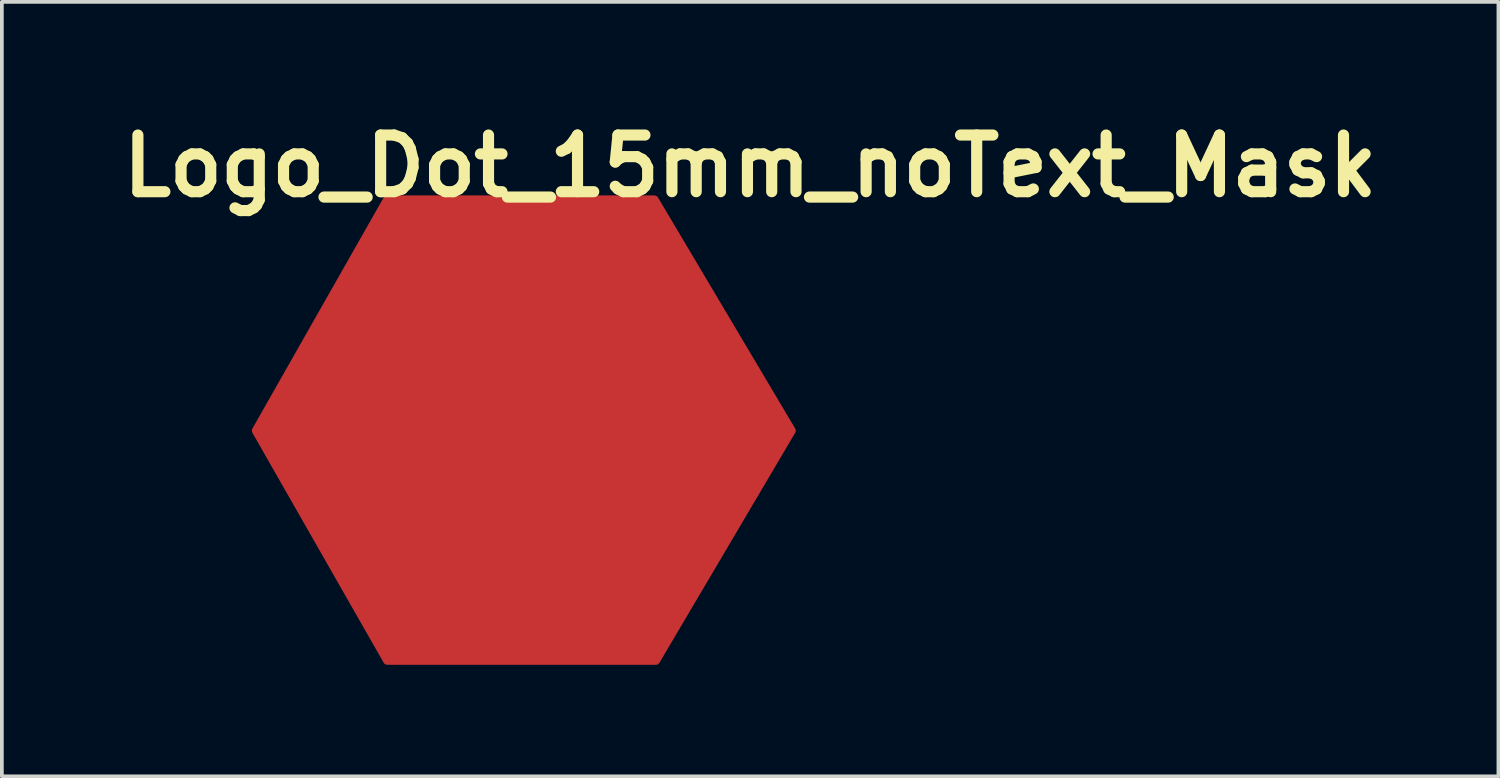
<source format=kicad_pcb>
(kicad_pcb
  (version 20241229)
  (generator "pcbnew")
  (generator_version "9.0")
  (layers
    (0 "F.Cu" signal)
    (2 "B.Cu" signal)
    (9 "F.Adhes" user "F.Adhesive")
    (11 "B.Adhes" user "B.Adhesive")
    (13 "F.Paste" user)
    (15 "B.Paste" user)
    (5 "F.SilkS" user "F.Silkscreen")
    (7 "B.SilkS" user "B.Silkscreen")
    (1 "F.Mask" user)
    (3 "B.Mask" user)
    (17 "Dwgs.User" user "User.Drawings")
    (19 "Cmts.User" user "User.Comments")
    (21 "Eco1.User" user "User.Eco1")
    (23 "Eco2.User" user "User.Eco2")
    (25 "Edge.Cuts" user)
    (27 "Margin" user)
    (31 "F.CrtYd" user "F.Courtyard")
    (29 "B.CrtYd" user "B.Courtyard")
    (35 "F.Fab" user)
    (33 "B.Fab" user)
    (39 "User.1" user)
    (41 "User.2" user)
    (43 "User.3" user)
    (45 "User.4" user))
  (footprint "Logo_Dot_15mm_noText_Mask"
    (layer "F.Cu")
    (at 11.054 8.358)
    (property "Reference" "Logo_Dot_15mm_noText_Mask" (at 6.08 -6.94 0) (layer "F.SilkS") (effects (font (size 1.524 1.524) (thickness 0.3))))
    (attr through_hole)
    (fp_poly (pts (xy 2.895 -0.122) (xy 2.949 -0.05) (xy 2.981 -0.003) (xy 3.078 0.144) (xy 2.991 0.296) (xy 2.931 0.387) (xy 2.88 0.442) (xy 2.863 0.449) (xy 2.823 0.419) (xy 2.766 0.344) (xy 2.738 0.298) (xy 2.653 0.146) (xy 2.75 -0.002) (xy 2.811 -0.089) (xy 2.855 -0.142) (xy 2.866 -0.15) (xy 2.895 -0.122)) (stroke (width 0.01) (type solid)) (fill yes) (layer "F.Mask"))
    (fp_poly (pts (xy 3.589 -0.494) (xy 3.648 -0.416) (xy 3.67 -0.376) (xy 3.746 -0.228) (xy 3.668 -0.095) (xy 3.607 -0.012) (xy 3.553 0.034) (xy 3.54 0.037) (xy 3.492 0.008) (xy 3.431 -0.066) (xy 3.413 -0.095) (xy 3.335 -0.228) (xy 3.41 -0.376) (xy 3.467 -0.467) (xy 3.523 -0.519) (xy 3.54 -0.524) (xy 3.589 -0.494)) (stroke (width 0.01) (type solid)) (fill yes) (layer "F.Mask"))
    (fp_poly (pts (xy 4.257 0.667) (xy 4.315 0.743) (xy 4.342 0.789) (xy 4.428 0.941) (xy 4.33 1.089) (xy 4.269 1.175) (xy 4.225 1.228) (xy 4.215 1.236) (xy 4.186 1.208) (xy 4.133 1.134) (xy 4.101 1.085) (xy 4.006 0.933) (xy 4.089 0.785) (xy 4.148 0.696) (xy 4.199 0.643) (xy 4.215 0.637) (xy 4.257 0.667)) (stroke (width 0.01) (type solid)) (fill yes) (layer "F.Mask"))
    (fp_poly (pts (xy 5.389 -1.281) (xy 5.446 -1.203) (xy 5.471 -1.159) (xy 5.548 -1.007) (xy 5.468 -0.878) (xy 5.393 -0.781) (xy 5.327 -0.758) (xy 5.262 -0.807) (xy 5.212 -0.89) (xy 5.168 -0.981) (xy 5.159 -1.043) (xy 5.186 -1.113) (xy 5.218 -1.171) (xy 5.276 -1.257) (xy 5.33 -1.307) (xy 5.345 -1.311) (xy 5.389 -1.281)) (stroke (width 0.01) (type solid)) (fill yes) (layer "F.Mask"))
    (fp_poly (pts (xy -1.483 4.875) (xy -1.413 4.895) (xy -1.366 4.943) (xy -1.339 4.986) (xy -1.284 5.1) (xy -1.281 5.168) (xy -1.337 5.199) (xy -1.452 5.207) (xy -1.563 5.202) (xy -1.63 5.176) (xy -1.683 5.111) (xy -1.714 5.059) (xy -1.765 4.966) (xy -1.795 4.903) (xy -1.798 4.891) (xy -1.764 4.879) (xy -1.678 4.872) (xy -1.602 4.87) (xy -1.483 4.875)) (stroke (width 0.01) (type solid)) (fill yes) (layer "F.Mask"))
    (fp_poly (pts (xy -0.12 4.088) (xy -0.053 4.113) (xy -0.001 4.174) (xy 0.03 4.228) (xy 0.074 4.32) (xy 0.09 4.384) (xy 0.087 4.396) (xy 0.038 4.411) (xy -0.058 4.419) (xy -0.109 4.42) (xy -0.221 4.414) (xy -0.287 4.386) (xy -0.337 4.322) (xy -0.347 4.305) (xy -0.402 4.191) (xy -0.405 4.123) (xy -0.349 4.091) (xy -0.232 4.083) (xy -0.12 4.088)) (stroke (width 0.01) (type solid)) (fill yes) (layer "F.Mask"))
    (fp_poly (pts (xy 5.156 0.667) (xy 5.214 0.743) (xy 5.242 0.789) (xy 5.327 0.941) (xy 5.229 1.089) (xy 5.168 1.175) (xy 5.125 1.228) (xy 5.114 1.236) (xy 5.084 1.208) (xy 5.044 1.152) (xy 4.973 1.033) (xy 4.94 0.952) (xy 4.942 0.885) (xy 4.975 0.809) (xy 4.992 0.778) (xy 5.05 0.691) (xy 5.1 0.641) (xy 5.114 0.637) (xy 5.156 0.667)) (stroke (width 0.01) (type solid)) (fill yes) (layer "F.Mask"))
    (fp_poly (pts (xy -1.24 6.036) (xy -1.177 6.062) (xy -1.133 6.123) (xy -1.112 6.164) (xy -1.064 6.276) (xy -1.061 6.337) (xy -1.112 6.363) (xy -1.226 6.369) (xy -1.229 6.369) (xy -1.342 6.364) (xy -1.408 6.339) (xy -1.46 6.278) (xy -1.491 6.224) (xy -1.535 6.132) (xy -1.551 6.068) (xy -1.548 6.056) (xy -1.499 6.041) (xy -1.403 6.033) (xy -1.349 6.032) (xy -1.24 6.036)) (stroke (width 0.01) (type solid)) (fill yes) (layer "F.Mask"))
    (fp_poly (pts (xy 1.903 6.036) (xy 1.97 6.061) (xy 2.022 6.123) (xy 2.053 6.176) (xy 2.097 6.268) (xy 2.113 6.332) (xy 2.11 6.344) (xy 2.061 6.359) (xy 1.964 6.368) (xy 1.911 6.369) (xy 1.802 6.364) (xy 1.739 6.339) (xy 1.694 6.277) (xy 1.674 6.236) (xy 1.626 6.124) (xy 1.623 6.063) (xy 1.674 6.037) (xy 1.788 6.032) (xy 1.791 6.032) (xy 1.903 6.036)) (stroke (width 0.01) (type solid)) (fill yes) (layer "F.Mask"))
    (fp_poly (pts (xy 6.741 -0.493) (xy 6.798 -0.417) (xy 6.846 -0.324) (xy 6.872 -0.24) (xy 6.869 -0.206) (xy 6.876 -0.158) (xy 6.907 -0.15) (xy 6.959 -0.119) (xy 7.02 -0.041) (xy 7.045 0.004) (xy 7.123 0.157) (xy 7.026 0.303) (xy 6.966 0.39) (xy 6.922 0.442) (xy 6.911 0.45) (xy 6.881 0.421) (xy 6.831 0.35) (xy 6.818 0.328) (xy 6.768 0.224) (xy 6.744 0.131) (xy 6.744 0.122) (xy 6.726 0.056) (xy 6.697 0.037) (xy 6.651 0.007) (xy 6.591 -0.068) (xy 6.569 -0.105) (xy 6.487 -0.247) (xy 6.567 -0.386) (xy 6.625 -0.472) (xy 6.677 -0.52) (xy 6.691 -0.524) (xy 6.741 -0.493)) (stroke (width 0.01) (type solid)) (fill yes) (layer "F.Mask"))
    (fp_poly (pts (xy -0.127 5.627) (xy -0.059 5.661) (xy -0.001 5.737) (xy 0.002 5.741) (xy 0.048 5.843) (xy 0.064 5.936) (xy 0.063 5.947) (xy 0.067 6.014) (xy 0.114 6.032) (xy 0.183 6.055) (xy 0.203 6.078) (xy 0.228 6.106) (xy 0.247 6.078) (xy 0.297 6.048) (xy 0.401 6.033) (xy 0.443 6.032) (xy 0.554 6.037) (xy 0.621 6.065) (xy 0.674 6.131) (xy 0.701 6.177) (xy 0.746 6.269) (xy 0.763 6.333) (xy 0.76 6.345) (xy 0.704 6.364) (xy 0.607 6.37) (xy 0.498 6.364) (xy 0.406 6.347) (xy 0.359 6.322) (xy 0.359 6.322) (xy 0.334 6.294) (xy 0.315 6.322) (xy 0.265 6.352) (xy 0.161 6.368) (xy 0.118 6.369) (xy 0.007 6.364) (xy -0.058 6.338) (xy -0.108 6.275) (xy -0.132 6.231) (xy -0.176 6.134) (xy -0.196 6.061) (xy -0.196 6.048) (xy -0.216 5.997) (xy -0.241 5.981) (xy -0.289 5.939) (xy -0.344 5.86) (xy -0.393 5.767) (xy -0.424 5.686) (xy -0.423 5.643) (xy -0.374 5.629) (xy -0.279 5.62) (xy -0.237 5.619) (xy -0.127 5.627)) (stroke (width 0.01) (type solid)) (fill yes) (layer "F.Mask"))
    (fp_poly (pts (xy 6.266 1.04) (xy 6.321 1.112) (xy 6.353 1.159) (xy 6.451 1.307) (xy 6.365 1.459) (xy 6.304 1.55) (xy 6.247 1.604) (xy 6.227 1.611) (xy 6.191 1.636) (xy 6.195 1.667) (xy 6.191 1.737) (xy 6.152 1.829) (xy 6.094 1.918) (xy 6.033 1.976) (xy 6.005 1.986) (xy 5.966 2.009) (xy 5.972 2.048) (xy 5.966 2.105) (xy 5.931 2.194) (xy 5.881 2.29) (xy 5.829 2.366) (xy 5.788 2.398) (xy 5.788 2.398) (xy 5.76 2.369) (xy 5.707 2.296) (xy 5.673 2.244) (xy 5.577 2.091) (xy 5.674 1.945) (xy 5.737 1.858) (xy 5.788 1.805) (xy 5.803 1.798) (xy 5.827 1.766) (xy 5.835 1.705) (xy 5.82 1.634) (xy 5.793 1.611) (xy 5.75 1.581) (xy 5.692 1.505) (xy 5.665 1.461) (xy 5.58 1.312) (xy 5.675 1.162) (xy 5.734 1.074) (xy 5.777 1.02) (xy 5.788 1.012) (xy 5.828 1.043) (xy 5.88 1.119) (xy 5.931 1.214) (xy 5.966 1.303) (xy 5.973 1.361) (xy 5.972 1.362) (xy 5.974 1.414) (xy 6.009 1.424) (xy 6.058 1.392) (xy 6.069 1.339) (xy 6.085 1.268) (xy 6.124 1.174) (xy 6.172 1.083) (xy 6.217 1.023) (xy 6.237 1.012) (xy 6.266 1.04)) (stroke (width 0.01) (type solid)) (fill yes) (layer "F.Mask"))
    (fp_poly (pts (xy 4.029 3.401) (xy 4.085 3.472) (xy 4.136 3.56) (xy 4.168 3.64) (xy 4.167 3.687) (xy 4.167 3.687) (xy 4.172 3.724) (xy 4.206 3.751) (xy 4.266 3.809) (xy 4.327 3.903) (xy 4.375 4.006) (xy 4.396 4.09) (xy 4.394 4.112) (xy 4.409 4.151) (xy 4.44 4.158) (xy 4.485 4.138) (xy 4.48 4.096) (xy 4.486 4.039) (xy 4.521 3.95) (xy 4.571 3.854) (xy 4.623 3.778) (xy 4.664 3.746) (xy 4.664 3.746) (xy 4.693 3.775) (xy 4.745 3.848) (xy 4.777 3.897) (xy 4.872 4.047) (xy 4.787 4.196) (xy 4.726 4.286) (xy 4.67 4.339) (xy 4.652 4.345) (xy 4.616 4.372) (xy 4.619 4.393) (xy 4.613 4.456) (xy 4.576 4.546) (xy 4.522 4.638) (xy 4.466 4.704) (xy 4.433 4.72) (xy 4.388 4.69) (xy 4.332 4.613) (xy 4.314 4.58) (xy 4.274 4.481) (xy 4.258 4.407) (xy 4.26 4.393) (xy 4.247 4.351) (xy 4.225 4.346) (xy 4.172 4.314) (xy 4.113 4.236) (xy 4.061 4.139) (xy 4.031 4.046) (xy 4.031 3.994) (xy 4.028 3.943) (xy 3.998 3.934) (xy 3.944 3.904) (xy 3.881 3.829) (xy 3.863 3.801) (xy 3.784 3.668) (xy 3.86 3.52) (xy 3.916 3.43) (xy 3.968 3.377) (xy 3.984 3.372) (xy 4.029 3.401)) (stroke (width 0.01) (type solid)) (fill yes) (layer "F.Mask"))
    (fp_poly (pts (xy -3.957 5.252) (xy -3.889 5.285) (xy -3.829 5.363) (xy -3.821 5.377) (xy -3.774 5.473) (xy -3.758 5.549) (xy -3.76 5.564) (xy -3.754 5.612) (xy -3.727 5.619) (xy -3.678 5.651) (xy -3.621 5.728) (xy -3.571 5.825) (xy -3.541 5.915) (xy -3.541 5.964) (xy -3.524 6.013) (xy -3.465 6.056) (xy -3.398 6.077) (xy -3.372 6.066) (xy -3.338 6.046) (xy -3.252 6.034) (xy -3.184 6.032) (xy -3.068 6.036) (xy -2.998 6.059) (xy -2.947 6.114) (xy -2.922 6.153) (xy -2.862 6.265) (xy -2.856 6.33) (xy -2.908 6.361) (xy -3.027 6.369) (xy -3.031 6.369) (xy -3.154 6.359) (xy -3.227 6.334) (xy -3.237 6.322) (xy -3.262 6.294) (xy -3.281 6.322) (xy -3.332 6.352) (xy -3.438 6.367) (xy -3.486 6.369) (xy -3.599 6.365) (xy -3.664 6.342) (xy -3.71 6.285) (xy -3.74 6.228) (xy -3.781 6.13) (xy -3.796 6.055) (xy -3.794 6.041) (xy -3.808 5.999) (xy -3.83 5.994) (xy -3.882 5.962) (xy -3.941 5.885) (xy -3.993 5.787) (xy -4.024 5.695) (xy -4.024 5.642) (xy -4.026 5.591) (xy -4.057 5.582) (xy -4.109 5.552) (xy -4.169 5.481) (xy -4.223 5.393) (xy -4.253 5.315) (xy -4.25 5.279) (xy -4.203 5.258) (xy -4.109 5.246) (xy -4.066 5.245) (xy -3.957 5.252)) (stroke (width 0.01) (type solid)) (fill yes) (layer "F.Mask"))
    (fp_poly (pts (xy -3.836 -3.735) (xy -3.761 -3.707) (xy -3.754 -3.701) (xy -3.703 -3.676) (xy -3.664 -3.701) (xy -3.594 -3.735) (xy -3.494 -3.746) (xy -3.394 -3.737) (xy -3.324 -3.709) (xy -3.311 -3.691) (xy -3.316 -3.625) (xy -3.355 -3.534) (xy -3.413 -3.444) (xy -3.472 -3.383) (xy -3.502 -3.372) (xy -3.537 -3.343) (xy -3.536 -3.306) (xy -3.544 -3.228) (xy -3.588 -3.134) (xy -3.649 -3.049) (xy -3.713 -3) (xy -3.73 -2.997) (xy -3.771 -2.976) (xy -3.765 -2.922) (xy -3.768 -2.844) (xy -3.805 -2.746) (xy -3.862 -2.654) (xy -3.923 -2.595) (xy -3.952 -2.585) (xy -3.986 -2.556) (xy -3.985 -2.519) (xy -3.993 -2.446) (xy -4.034 -2.35) (xy -4.045 -2.332) (xy -4.103 -2.253) (xy -4.17 -2.218) (xy -4.278 -2.21) (xy -4.281 -2.21) (xy -4.391 -2.219) (xy -4.47 -2.241) (xy -4.484 -2.251) (xy -4.529 -2.272) (xy -4.55 -2.251) (xy -4.599 -2.228) (xy -4.691 -2.214) (xy -4.797 -2.21) (xy -4.884 -2.219) (xy -4.919 -2.234) (xy -4.921 -2.282) (xy -4.888 -2.362) (xy -4.837 -2.45) (xy -4.78 -2.52) (xy -4.763 -2.53) (xy -4.435 -2.53) (xy -4.433 -2.525) (xy -4.396 -2.48) (xy -4.357 -2.479) (xy -4.346 -2.51) (xy -4.315 -2.543) (xy -4.286 -2.547) (xy -4.242 -2.567) (xy -4.241 -2.588) (xy -4.279 -2.62) (xy -4.29 -2.619) (xy -4.391 -2.591) (xy -4.434 -2.565) (xy -4.435 -2.53) (xy -4.763 -2.53) (xy -4.734 -2.547) (xy -4.693 -2.57) (xy -4.699 -2.61) (xy -4.693 -2.674) (xy -4.654 -2.766) (xy -4.597 -2.862) (xy -4.537 -2.934) (xy -4.536 -2.935) (xy -4.228 -2.935) (xy -4.208 -2.91) (xy -4.168 -2.888) (xy -4.113 -2.909) (xy -4.067 -2.942) (xy -4.017 -2.995) (xy -4.033 -3.023) (xy -4.111 -3.019) (xy -4.135 -3.014) (xy -4.218 -2.979) (xy -4.228 -2.935) (xy -4.536 -2.935) (xy -4.492 -2.96) (xy -4.466 -2.986) (xy -4.469 -3.006) (xy -4.463 -3.071) (xy -4.425 -3.162) (xy -4.369 -3.254) (xy -4.313 -3.317) (xy -3.985 -3.317) (xy -3.983 -3.312) (xy -3.946 -3.266) (xy -3.908 -3.266) (xy -3.896 -3.297) (xy -3.866 -3.329) (xy -3.837 -3.334) (xy -3.792 -3.354) (xy -3.791 -3.374) (xy -3.829 -3.407) (xy -3.841 -3.406) (xy -3.941 -3.378) (xy -3.984 -3.352) (xy -3.985 -3.317) (xy -4.313 -3.317) (xy -4.312 -3.319) (xy -4.279 -3.334) (xy -4.243 -3.359) (xy -4.248 -3.392) (xy -4.242 -3.456) (xy -4.203 -3.552) (xy -4.176 -3.598) (xy -4.109 -3.691) (xy -4.046 -3.734) (xy -3.958 -3.746) (xy -3.941 -3.746) (xy -3.836 -3.735)) (stroke (width 0.01) (type solid)) (fill yes) (layer "F.Mask"))
    (fp_poly (pts (xy -1.566 -3.73) (xy -1.507 -3.688) (xy -1.476 -3.648) (xy -1.44 -3.671) (xy -1.426 -3.688) (xy -1.358 -3.727) (xy -1.259 -3.745) (xy -1.158 -3.742) (xy -1.083 -3.716) (xy -1.064 -3.693) (xy -1.067 -3.617) (xy -1.108 -3.519) (xy -1.17 -3.431) (xy -1.237 -3.382) (xy -1.239 -3.382) (xy -1.287 -3.352) (xy -1.288 -3.327) (xy -1.285 -3.262) (xy -1.318 -3.169) (xy -1.372 -3.077) (xy -1.433 -3.012) (xy -1.469 -2.997) (xy -1.521 -2.981) (xy -1.517 -2.922) (xy -1.52 -2.844) (xy -1.558 -2.746) (xy -1.614 -2.654) (xy -1.675 -2.595) (xy -1.704 -2.585) (xy -1.739 -2.556) (xy -1.738 -2.519) (xy -1.746 -2.446) (xy -1.786 -2.35) (xy -1.797 -2.332) (xy -1.856 -2.253) (xy -1.923 -2.218) (xy -2.031 -2.21) (xy -2.034 -2.21) (xy -2.143 -2.219) (xy -2.222 -2.241) (xy -2.236 -2.251) (xy -2.281 -2.272) (xy -2.302 -2.251) (xy -2.351 -2.228) (xy -2.444 -2.214) (xy -2.549 -2.21) (xy -2.637 -2.219) (xy -2.671 -2.234) (xy -2.673 -2.282) (xy -2.641 -2.362) (xy -2.589 -2.45) (xy -2.533 -2.519) (xy -2.182 -2.519) (xy -2.147 -2.478) (xy -2.109 -2.481) (xy -2.098 -2.51) (xy -2.068 -2.543) (xy -2.042 -2.547) (xy -1.992 -2.577) (xy -1.986 -2.604) (xy -1.99 -2.648) (xy -2.018 -2.654) (xy -2.088 -2.622) (xy -2.106 -2.612) (xy -2.168 -2.563) (xy -2.182 -2.519) (xy -2.533 -2.519) (xy -2.532 -2.52) (xy -2.487 -2.547) (xy -2.445 -2.57) (xy -2.449 -2.605) (xy -2.445 -2.668) (xy -2.41 -2.755) (xy -2.356 -2.843) (xy -2.298 -2.912) (xy -2.25 -2.939) (xy -2.24 -2.936) (xy -2.213 -2.936) (xy -2.222 -2.971) (xy -1.98 -2.971) (xy -1.978 -2.942) (xy -1.947 -2.901) (xy -1.918 -2.886) (xy -1.871 -2.907) (xy -1.823 -2.94) (xy -1.773 -3) (xy -1.786 -3.04) (xy -1.845 -3.041) (xy -1.884 -3.024) (xy -1.952 -2.987) (xy -1.98 -2.971) (xy -2.222 -2.971) (xy -2.222 -2.974) (xy -2.222 -3.049) (xy -2.189 -3.148) (xy -2.136 -3.245) (xy -2.086 -3.305) (xy -1.732 -3.305) (xy -1.698 -3.264) (xy -1.659 -3.268) (xy -1.648 -3.297) (xy -1.618 -3.33) (xy -1.592 -3.334) (xy -1.543 -3.364) (xy -1.536 -3.39) (xy -1.541 -3.435) (xy -1.568 -3.44) (xy -1.639 -3.408) (xy -1.656 -3.399) (xy -1.718 -3.35) (xy -1.732 -3.305) (xy -2.086 -3.305) (xy -2.077 -3.315) (xy -2.037 -3.334) (xy -1.995 -3.357) (xy -2 -3.392) (xy -1.994 -3.456) (xy -1.955 -3.552) (xy -1.928 -3.598) (xy -1.862 -3.691) (xy -1.799 -3.734) (xy -1.711 -3.746) (xy -1.687 -3.746) (xy -1.566 -3.73)) (stroke (width 0.01) (type solid)) (fill yes) (layer "F.Mask"))
    (fp_poly (pts (xy 2.934 -6.059) (xy 3 -6.036) (xy 3.013 -6.022) (xy 3.037 -5.995) (xy 3.056 -6.022) (xy 3.105 -6.052) (xy 3.203 -6.068) (xy 3.236 -6.069) (xy 3.363 -6.058) (xy 3.476 -6.03) (xy 3.494 -6.022) (xy 3.577 -5.959) (xy 3.654 -5.861) (xy 3.709 -5.755) (xy 3.728 -5.665) (xy 3.724 -5.642) (xy 3.727 -5.591) (xy 3.758 -5.582) (xy 3.817 -5.551) (xy 3.88 -5.474) (xy 3.931 -5.38) (xy 3.953 -5.296) (xy 3.949 -5.268) (xy 3.951 -5.217) (xy 3.985 -5.207) (xy 4.037 -5.176) (xy 4.095 -5.099) (xy 4.144 -5.004) (xy 4.171 -4.918) (xy 4.169 -4.88) (xy 4.182 -4.837) (xy 4.202 -4.832) (xy 4.253 -4.801) (xy 4.312 -4.723) (xy 4.365 -4.626) (xy 4.397 -4.534) (xy 4.398 -4.479) (xy 4.402 -4.429) (xy 4.432 -4.421) (xy 4.488 -4.389) (xy 4.549 -4.313) (xy 4.6 -4.219) (xy 4.625 -4.134) (xy 4.621 -4.102) (xy 4.627 -4.054) (xy 4.653 -4.046) (xy 4.702 -4.016) (xy 4.764 -3.939) (xy 4.792 -3.894) (xy 4.877 -3.742) (xy 4.779 -3.593) (xy 4.716 -3.51) (xy 4.666 -3.465) (xy 4.65 -3.462) (xy 4.629 -3.444) (xy 4.62 -3.373) (xy 4.62 -3.37) (xy 4.635 -3.287) (xy 4.67 -3.259) (xy 4.715 -3.229) (xy 4.772 -3.151) (xy 4.794 -3.111) (xy 4.87 -2.963) (xy 4.791 -2.83) (xy 4.731 -2.747) (xy 4.674 -2.701) (xy 4.661 -2.697) (xy 4.614 -2.729) (xy 4.559 -2.805) (xy 4.511 -2.9) (xy 4.484 -2.986) (xy 4.485 -3.025) (xy 4.472 -3.067) (xy 4.451 -3.072) (xy 4.4 -3.104) (xy 4.343 -3.182) (xy 4.294 -3.282) (xy 4.266 -3.376) (xy 4.265 -3.42) (xy 4.26 -3.469) (xy 4.237 -3.468) (xy 4.194 -3.479) (xy 4.141 -3.54) (xy 4.089 -3.628) (xy 4.054 -3.72) (xy 4.05 -3.746) (xy 4.396 -3.746) (xy 4.411 -3.661) (xy 4.446 -3.634) (xy 4.483 -3.668) (xy 4.496 -3.746) (xy 4.481 -3.831) (xy 4.446 -3.859) (xy 4.408 -3.825) (xy 4.396 -3.746) (xy 4.05 -3.746) (xy 4.046 -3.774) (xy 4.023 -3.844) (xy 3.986 -3.859) (xy 3.944 -3.837) (xy 3.949 -3.797) (xy 3.945 -3.737) (xy 3.911 -3.651) (xy 3.859 -3.562) (xy 3.805 -3.49) (xy 3.76 -3.46) (xy 3.751 -3.462) (xy 3.73 -3.444) (xy 3.721 -3.373) (xy 3.721 -3.37) (xy 3.736 -3.287) (xy 3.771 -3.259) (xy 3.816 -3.229) (xy 3.873 -3.151) (xy 3.895 -3.111) (xy 3.971 -2.963) (xy 3.892 -2.83) (xy 3.833 -2.747) (xy 3.78 -2.701) (xy 3.768 -2.697) (xy 3.734 -2.664) (xy 3.721 -2.585) (xy 3.736 -2.501) (xy 3.771 -2.473) (xy 3.817 -2.442) (xy 3.873 -2.365) (xy 3.892 -2.332) (xy 3.935 -2.239) (xy 3.943 -2.175) (xy 3.917 -2.102) (xy 3.891 -2.051) (xy 3.835 -1.964) (xy 3.78 -1.915) (xy 3.765 -1.911) (xy 3.716 -1.942) (xy 3.66 -2.018) (xy 3.611 -2.113) (xy 3.585 -2.2) (xy 3.586 -2.238) (xy 3.573 -2.281) (xy 3.553 -2.286) (xy 3.502 -2.317) (xy 3.443 -2.395) (xy 3.39 -2.492) (xy 3.358 -2.584) (xy 3.357 -2.639) (xy 3.353 -2.688) (xy 3.315 -2.697) (xy 3.27 -2.677) (xy 3.274 -2.637) (xy 3.271 -2.572) (xy 3.237 -2.478) (xy 3.186 -2.382) (xy 3.131 -2.309) (xy 3.091 -2.285) (xy 3.043 -2.317) (xy 2.988 -2.394) (xy 2.938 -2.492) (xy 2.908 -2.583) (xy 2.907 -2.637) (xy 2.904 -2.687) (xy 2.866 -2.697) (xy 2.82 -2.677) (xy 2.825 -2.637) (xy 2.821 -2.572) (xy 2.787 -2.478) (xy 2.736 -2.382) (xy 2.681 -2.309) (xy 2.641 -2.285) (xy 2.594 -2.317) (xy 2.539 -2.394) (xy 2.489 -2.492) (xy 2.458 -2.583) (xy 2.458 -2.637) (xy 2.455 -2.688) (xy 2.421 -2.697) (xy 2.374 -2.668) (xy 2.368 -2.613) (xy 2.355 -2.528) (xy 2.314 -2.429) (xy 2.259 -2.341) (xy 2.205 -2.29) (xy 2.188 -2.285) (xy 2.156 -2.253) (xy 2.145 -2.192) (xy 2.159 -2.121) (xy 2.187 -2.098) (xy 2.234 -2.066) (xy 2.29 -1.989) (xy 2.341 -1.891) (xy 2.373 -1.8) (xy 2.375 -1.744) (xy 2.379 -1.695) (xy 2.416 -1.686) (xy 2.462 -1.707) (xy 2.458 -1.744) (xy 2.462 -1.808) (xy 2.496 -1.9) (xy 2.547 -1.997) (xy 2.601 -2.071) (xy 2.641 -2.097) (xy 2.68 -2.068) (xy 2.737 -1.992) (xy 2.766 -1.945) (xy 2.853 -1.792) (xy 2.756 -1.645) (xy 2.692 -1.558) (xy 2.641 -1.506) (xy 2.627 -1.499) (xy 2.602 -1.466) (xy 2.594 -1.405) (xy 2.61 -1.335) (xy 2.639 -1.311) (xy 2.689 -1.279) (xy 2.745 -1.201) (xy 2.794 -1.102) (xy 2.823 -1.008) (xy 2.822 -0.953) (xy 2.815 -0.907) (xy 2.839 -0.913) (xy 2.885 -0.9) (xy 2.949 -0.83) (xy 2.978 -0.786) (xy 3.075 -0.634) (xy 2.992 -0.485) (xy 2.933 -0.396) (xy 2.882 -0.343) (xy 2.866 -0.337) (xy 2.82 -0.368) (xy 2.764 -0.445) (xy 2.714 -0.541) (xy 2.682 -0.631) (xy 2.68 -0.683) (xy 2.672 -0.73) (xy 2.644 -0.737) (xy 2.599 -0.706) (xy 2.593 -0.658) (xy 2.58 -0.577) (xy 2.538 -0.479) (xy 2.483 -0.392) (xy 2.429 -0.341) (xy 2.413 -0.337) (xy 2.38 -0.305) (xy 2.37 -0.244) (xy 2.381 -0.173) (xy 2.402 -0.15) (xy 2.439 -0.121) (xy 2.497 -0.047) (xy 2.529 0.001) (xy 2.624 0.151) (xy 2.539 0.3) (xy 2.48 0.389) (xy 2.428 0.443) (xy 2.412 0.449) (xy 2.38 0.482) (xy 2.37 0.543) (xy 2.384 0.614) (xy 2.413 0.637) (xy 2.459 0.668) (xy 2.513 0.746) (xy 2.561 0.844) (xy 2.59 0.936) (xy 2.592 0.98) (xy 2.607 1.038) (xy 2.643 1.049) (xy 2.687 1.028) (xy 2.682 0.989) (xy 2.686 0.924) (xy 2.719 0.831) (xy 2.77 0.735) (xy 2.824 0.662) (xy 2.863 0.637) (xy 2.904 0.667) (xy 2.962 0.743) (xy 2.988 0.786) (xy 3.074 0.936) (xy 2.978 1.087) (xy 2.916 1.172) (xy 2.865 1.216) (xy 2.848 1.218) (xy 2.826 1.235) (xy 2.818 1.305) (xy 2.818 1.311) (xy 2.833 1.39) (xy 2.864 1.424) (xy 2.865 1.424) (xy 2.908 1.454) (xy 2.966 1.529) (xy 2.987 1.564) (xy 3.034 1.655) (xy 3.046 1.717) (xy 3.022 1.788) (xy 2.993 1.845) (xy 2.935 1.932) (xy 2.877 1.982) (xy 2.861 1.986) (xy 2.819 2.008) (xy 2.824 2.044) (xy 2.82 2.108) (xy 2.786 2.201) (xy 2.734 2.298) (xy 2.679 2.371) (xy 2.639 2.397) (xy 2.593 2.366) (xy 2.538 2.289) (xy 2.489 2.192) (xy 2.459 2.1) (xy 2.458 2.046) (xy 2.455 1.995) (xy 2.42 1.986) (xy 2.371 2.017) (xy 2.36 2.076) (xy 2.343 2.168) (xy 2.3 2.269) (xy 2.246 2.353) (xy 2.195 2.396) (xy 2.187 2.397) (xy 2.155 2.43) (xy 2.145 2.491) (xy 2.156 2.562) (xy 2.177 2.585) (xy 2.215 2.614) (xy 2.273 2.687) (xy 2.299 2.725) (xy 2.388 2.866) (xy 2.316 3.008) (xy 2.26 3.101) (xy 2.208 3.162) (xy 2.195 3.17) (xy 2.159 3.213) (xy 2.146 3.283) (xy 2.156 3.347) (xy 2.188 3.372) (xy 2.234 3.403) (xy 2.288 3.481) (xy 2.336 3.579) (xy 2.365 3.671) (xy 2.367 3.716) (xy 2.376 3.769) (xy 2.401 3.775) (xy 2.447 3.799) (xy 2.503 3.868) (xy 2.556 3.959) (xy 2.592 4.048) (xy 2.596 4.108) (xy 2.607 4.152) (xy 2.63 4.158) (xy 2.68 4.19) (xy 2.739 4.265) (xy 2.791 4.359) (xy 2.821 4.445) (xy 2.821 4.486) (xy 2.828 4.528) (xy 2.844 4.533) (xy 2.892 4.564) (xy 2.951 4.64) (xy 3.006 4.737) (xy 3.044 4.828) (xy 3.049 4.887) (xy 3.053 4.937) (xy 3.08 4.945) (xy 3.13 4.975) (xy 3.191 5.051) (xy 3.212 5.086) (xy 3.292 5.228) (xy 3.212 5.367) (xy 3.153 5.453) (xy 3.101 5.503) (xy 3.087 5.507) (xy 3.036 5.537) (xy 3.021 5.563) (xy 3.02 5.612) (xy 3.035 5.619) (xy 3.081 5.65) (xy 3.139 5.727) (xy 3.193 5.823) (xy 3.23 5.914) (xy 3.236 5.974) (xy 3.227 6.028) (xy 3.255 6.034) (xy 3.306 5.999) (xy 3.37 5.93) (xy 3.418 5.86) (xy 3.491 5.757) (xy 3.547 5.715) (xy 3.565 5.717) (xy 3.593 5.719) (xy 3.584 5.678) (xy 3.585 5.606) (xy 3.62 5.508) (xy 3.674 5.411) (xy 3.734 5.34) (xy 3.776 5.32) (xy 3.812 5.294) (xy 3.808 5.264) (xy 3.812 5.196) (xy 3.85 5.104) (xy 3.906 5.014) (xy 3.965 4.955) (xy 3.993 4.945) (xy 4.04 4.976) (xy 4.098 5.052) (xy 4.117 5.086) (xy 4.16 5.177) (xy 4.169 5.239) (xy 4.142 5.309) (xy 4.111 5.367) (xy 4.051 5.453) (xy 3.995 5.503) (xy 3.979 5.507) (xy 3.942 5.533) (xy 3.945 5.557) (xy 3.94 5.62) (xy 3.904 5.708) (xy 3.85 5.799) (xy 3.794 5.868) (xy 3.75 5.89) (xy 3.717 5.911) (xy 3.716 5.95) (xy 3.706 6.027) (xy 3.668 6.125) (xy 3.615 6.218) (xy 3.56 6.281) (xy 3.532 6.294) (xy 3.488 6.317) (xy 3.484 6.331) (xy 3.45 6.353) (xy 3.364 6.366) (xy 3.296 6.369) (xy 3.18 6.364) (xy 3.11 6.341) (xy 3.058 6.286) (xy 3.033 6.247) (xy 2.988 6.151) (xy 2.972 6.07) (xy 2.974 6.06) (xy 2.966 6.005) (xy 2.94 5.994) (xy 2.883 5.962) (xy 2.822 5.884) (xy 2.773 5.786) (xy 2.75 5.694) (xy 2.753 5.657) (xy 2.757 5.598) (xy 2.706 5.582) (xy 2.648 5.55) (xy 2.588 5.472) (xy 2.54 5.376) (xy 2.519 5.288) (xy 2.527 5.248) (xy 2.52 5.213) (xy 2.493 5.207) (xy 2.475 5.198) (xy 2.782 5.198) (xy 2.79 5.237) (xy 2.833 5.242) (xy 2.881 5.214) (xy 2.899 5.186) (xy 2.899 5.141) (xy 2.86 5.139) (xy 2.797 5.174) (xy 2.782 5.198) (xy 2.475 5.198) (xy 2.434 5.176) (xy 2.37 5.101) (xy 2.318 5.008) (xy 2.296 4.926) (xy 2.298 4.906) (xy 2.28 4.854) (xy 2.229 4.811) (xy 2.562 4.811) (xy 2.566 4.861) (xy 2.6 4.87) (xy 2.652 4.862) (xy 2.66 4.855) (xy 2.672 4.811) (xy 2.683 4.78) (xy 2.679 4.73) (xy 2.645 4.72) (xy 2.593 4.728) (xy 2.585 4.736) (xy 2.573 4.78) (xy 2.562 4.811) (xy 2.229 4.811) (xy 2.225 4.808) (xy 2.16 4.783) (xy 2.115 4.799) (xy 2.114 4.799) (xy 2.067 4.82) (xy 1.974 4.832) (xy 1.931 4.833) (xy 1.823 4.826) (xy 1.757 4.793) (xy 1.699 4.715) (xy 1.687 4.695) (xy 1.64 4.593) (xy 1.622 4.507) (xy 1.623 4.489) (xy 1.617 4.432) (xy 1.576 4.421) (xy 1.524 4.389) (xy 1.888 4.389) (xy 1.896 4.437) (xy 1.935 4.478) (xy 2.01 4.525) (xy 2.052 4.519) (xy 2.071 4.485) (xy 2.056 4.438) (xy 2.026 4.415) (xy 2.331 4.415) (xy 2.342 4.452) (xy 2.381 4.452) (xy 2.447 4.416) (xy 2.464 4.389) (xy 2.453 4.352) (xy 2.414 4.352) (xy 2.349 4.387) (xy 2.331 4.415) (xy 2.026 4.415) (xy 2 4.395) (xy 1.934 4.373) (xy 1.888 4.389) (xy 1.888 4.389) (xy 1.524 4.389) (xy 1.524 4.389) (xy 1.466 4.313) (xy 1.418 4.219) (xy 1.393 4.135) (xy 1.397 4.095) (xy 1.383 4.058) (xy 1.36 4.043) (xy 1.656 4.043) (xy 1.673 4.078) (xy 1.701 4.083) (xy 1.753 4.103) (xy 1.761 4.121) (xy 1.781 4.157) (xy 1.823 4.143) (xy 1.848 4.106) (xy 1.851 4.069) (xy 1.814 4.043) (xy 1.754 4.025) (xy 2.105 4.025) (xy 2.112 4.069) (xy 2.154 4.083) (xy 2.204 4.075) (xy 2.21 4.068) (xy 2.222 4.024) (xy 2.234 3.991) (xy 2.234 3.944) (xy 2.206 3.941) (xy 2.139 3.975) (xy 2.105 4.025) (xy 1.754 4.025) (xy 1.721 4.015) (xy 1.706 4.012) (xy 1.661 4.031) (xy 1.656 4.043) (xy 1.36 4.043) (xy 1.327 4.021) (xy 1.251 4) (xy 1.215 4.012) (xy 1.168 4.033) (xy 1.074 4.045) (xy 1.027 4.046) (xy 0.917 4.039) (xy 0.849 4.007) (xy 0.792 3.935) (xy 0.785 3.924) (xy 0.738 3.822) (xy 0.723 3.729) (xy 0.724 3.718) (xy 0.718 3.65) (xy 0.679 3.634) (xy 0.983 3.634) (xy 1.026 3.684) (xy 1.032 3.689) (xy 1.108 3.737) (xy 1.151 3.733) (xy 1.175 3.69) (xy 1.169 3.644) (xy 1.123 3.634) (xy 1.433 3.634) (xy 1.475 3.684) (xy 1.482 3.689) (xy 1.569 3.731) (xy 1.626 3.707) (xy 1.64 3.678) (xy 1.621 3.643) (xy 1.577 3.634) (xy 1.521 3.618) (xy 1.896 3.618) (xy 1.897 3.663) (xy 1.936 3.665) (xy 1.999 3.63) (xy 2.014 3.606) (xy 2.006 3.566) (xy 1.963 3.562) (xy 1.914 3.589) (xy 1.896 3.618) (xy 1.521 3.618) (xy 1.514 3.616) (xy 1.499 3.589) (xy 1.487 3.563) (xy 1.454 3.589) (xy 1.433 3.634) (xy 1.123 3.634) (xy 1.123 3.634) (xy 1.063 3.615) (xy 1.049 3.589) (xy 1.038 3.563) (xy 1.004 3.589) (xy 0.983 3.634) (xy 0.679 3.634) (xy 0.679 3.634) (xy 0.62 3.602) (xy 0.558 3.524) (xy 0.508 3.427) (xy 0.487 3.336) (xy 0.487 3.335) (xy 0.461 3.267) (xy 0.446 3.256) (xy 0.756 3.256) (xy 0.774 3.291) (xy 0.802 3.297) (xy 0.854 3.316) (xy 0.862 3.334) (xy 0.882 3.37) (xy 0.924 3.356) (xy 0.949 3.319) (xy 0.952 3.282) (xy 0.916 3.256) (xy 1.206 3.256) (xy 1.224 3.291) (xy 1.252 3.297) (xy 1.304 3.316) (xy 1.311 3.334) (xy 1.332 3.37) (xy 1.373 3.356) (xy 1.398 3.319) (xy 1.401 3.282) (xy 1.364 3.256) (xy 1.344 3.25) (xy 1.658 3.25) (xy 1.666 3.289) (xy 1.709 3.294) (xy 1.757 3.266) (xy 1.775 3.238) (xy 1.775 3.193) (xy 1.736 3.191) (xy 1.673 3.226) (xy 1.658 3.25) (xy 1.344 3.25) (xy 1.271 3.229) (xy 1.256 3.225) (xy 1.212 3.245) (xy 1.206 3.256) (xy 0.916 3.256) (xy 0.915 3.256) (xy 0.822 3.229) (xy 0.806 3.225) (xy 0.762 3.245) (xy 0.756 3.256) (xy 0.446 3.256) (xy 0.433 3.246) (xy 0.374 3.196) (xy 0.318 3.106) (xy 0.281 3.01) (xy 0.277 2.938) (xy 0.277 2.937) (xy 0.269 2.892) (xy 0.245 2.885) (xy 0.191 2.853) (xy 0.174 2.833) (xy 0.519 2.833) (xy 0.534 2.882) (xy 0.572 2.925) (xy 0.59 2.934) (xy 0.667 2.952) (xy 0.703 2.951) (xy 0.724 2.935) (xy 0.71 2.907) (xy 0.656 2.864) (xy 0.644 2.857) (xy 0.974 2.857) (xy 1.005 2.907) (xy 1.058 2.942) (xy 1.139 2.96) (xy 1.17 2.935) (xy 1.141 2.887) (xy 1.104 2.863) (xy 1.438 2.863) (xy 1.442 2.913) (xy 1.476 2.922) (xy 1.528 2.914) (xy 1.536 2.906) (xy 1.542 2.885) (xy 1.911 2.885) (xy 1.926 2.97) (xy 1.961 2.997) (xy 1.998 2.963) (xy 2.011 2.885) (xy 1.996 2.8) (xy 1.961 2.772) (xy 1.923 2.806) (xy 1.911 2.885) (xy 1.542 2.885) (xy 1.548 2.862) (xy 1.559 2.832) (xy 1.555 2.781) (xy 1.521 2.772) (xy 1.469 2.78) (xy 1.461 2.788) (xy 1.449 2.832) (xy 1.438 2.863) (xy 1.104 2.863) (xy 1.098 2.859) (xy 1.017 2.82) (xy 0.982 2.816) (xy 0.974 2.848) (xy 0.974 2.857) (xy 0.644 2.857) (xy 0.589 2.825) (xy 0.539 2.81) (xy 0.519 2.833) (xy 0.174 2.833) (xy 0.128 2.776) (xy 0.073 2.677) (xy 0.04 2.582) (xy 0.037 2.552) (xy 0.017 2.489) (xy -0.016 2.473) (xy 0.309 2.473) (xy 0.351 2.522) (xy 0.358 2.527) (xy 0.439 2.577) (xy 0.479 2.569) (xy 0.487 2.529) (xy 0.457 2.479) (xy 0.431 2.473) (xy 0.382 2.449) (xy 0.761 2.449) (xy 0.782 2.503) (xy 0.811 2.53) (xy 0.892 2.578) (xy 0.931 2.567) (xy 0.937 2.538) (xy 0.908 2.483) (xy 0.889 2.467) (xy 1.207 2.467) (xy 1.218 2.504) (xy 1.257 2.504) (xy 1.281 2.491) (xy 1.686 2.491) (xy 1.704 2.566) (xy 1.743 2.581) (xy 1.777 2.536) (xy 1.785 2.491) (xy 1.771 2.417) (xy 1.738 2.398) (xy 1.697 2.43) (xy 1.686 2.491) (xy 1.281 2.491) (xy 1.323 2.468) (xy 1.341 2.441) (xy 1.329 2.404) (xy 1.291 2.403) (xy 1.225 2.439) (xy 1.207 2.467) (xy 0.889 2.467) (xy 0.863 2.445) (xy 0.793 2.423) (xy 0.761 2.449) (xy 0.382 2.449) (xy 0.381 2.448) (xy 0.375 2.428) (xy 0.364 2.402) (xy 0.33 2.427) (xy 0.309 2.473) (xy -0.016 2.473) (xy -0.016 2.473) (xy -0.078 2.444) (xy -0.091 2.426) (xy -0.115 2.398) (xy -0.134 2.426) (xy -0.185 2.456) (xy -0.29 2.471) (xy -0.337 2.473) (xy -0.458 2.463) (xy -0.528 2.437) (xy -0.537 2.426) (xy -0.563 2.402) (xy -0.595 2.435) (xy -0.61 2.486) (xy -0.566 2.516) (xy -0.507 2.561) (xy -0.442 2.642) (xy -0.387 2.734) (xy -0.356 2.814) (xy -0.358 2.85) (xy -0.409 2.874) (xy -0.504 2.884) (xy -0.612 2.879) (xy -0.704 2.86) (xy -0.742 2.84) (xy -0.793 2.814) (xy -0.832 2.84) (xy -0.897 2.87) (xy -0.999 2.884) (xy -1.016 2.885) (xy -1.112 2.875) (xy -1.178 2.833) (xy -1.241 2.746) (xy -1.293 2.645) (xy -1.32 2.559) (xy -1.321 2.54) (xy -1.337 2.484) (xy -1.355 2.475) (xy -1.065 2.475) (xy -1.039 2.509) (xy -1.003 2.531) (xy -0.915 2.573) (xy -0.872 2.573) (xy -0.862 2.529) (xy -0.892 2.479) (xy -0.918 2.473) (xy -0.968 2.45) (xy -0.974 2.431) (xy -0.993 2.411) (xy -1.031 2.436) (xy -1.065 2.475) (xy -1.355 2.475) (xy -1.361 2.473) (xy -1.406 2.442) (xy -1.461 2.366) (xy -1.511 2.272) (xy -1.542 2.187) (xy -1.544 2.147) (xy -1.556 2.103) (xy -1.572 2.098) (xy -1.601 2.079) (xy -1.274 2.079) (xy -1.244 2.129) (xy -1.218 2.135) (xy -1.168 2.156) (xy -1.161 2.173) (xy -1.133 2.209) (xy -1.124 2.21) (xy -1.088 2.181) (xy -1.086 2.168) (xy -1.114 2.114) (xy -1.152 2.079) (xy -0.824 2.079) (xy -0.794 2.129) (xy -0.768 2.135) (xy -0.718 2.156) (xy -0.712 2.173) (xy -0.69 2.208) (xy -0.649 2.196) (xy -0.628 2.164) (xy -0.646 2.115) (xy -0.692 2.079) (xy -0.375 2.079) (xy -0.345 2.129) (xy -0.318 2.135) (xy -0.269 2.158) (xy -0.262 2.177) (xy -0.244 2.197) (xy -0.205 2.172) (xy -0.174 2.135) (xy -0.199 2.101) (xy -0.21 2.095) (xy 0.082 2.095) (xy 0.1 2.13) (xy 0.128 2.135) (xy 0.18 2.155) (xy 0.187 2.173) (xy 0.208 2.208) (xy 0.249 2.195) (xy 0.274 2.158) (xy 0.277 2.121) (xy 0.24 2.094) (xy 0.229 2.091) (xy 0.524 2.091) (xy 0.554 2.125) (xy 0.609 2.156) (xy 0.687 2.172) (xy 0.722 2.15) (xy 0.707 2.115) (xy 0.979 2.115) (xy 1.026 2.135) (xy 1.03 2.135) (xy 1.08 2.127) (xy 1.086 2.12) (xy 1.091 2.104) (xy 1.461 2.104) (xy 1.477 2.185) (xy 1.511 2.21) (xy 1.549 2.177) (xy 1.561 2.104) (xy 1.56 2.098) (xy 1.911 2.098) (xy 1.926 2.183) (xy 1.961 2.21) (xy 1.998 2.177) (xy 2.011 2.098) (xy 1.996 2.013) (xy 1.961 1.986) (xy 1.923 2.019) (xy 1.911 2.098) (xy 1.56 2.098) (xy 1.545 2.024) (xy 1.511 1.998) (xy 1.473 2.031) (xy 1.461 2.104) (xy 1.091 2.104) (xy 1.098 2.076) (xy 1.111 2.04) (xy 1.12 1.998) (xy 1.086 2.004) (xy 1.055 2.02) (xy 0.989 2.071) (xy 0.979 2.115) (xy 0.707 2.115) (xy 0.702 2.106) (xy 0.662 2.078) (xy 0.576 2.05) (xy 0.529 2.07) (xy 0.524 2.091) (xy 0.229 2.091) (xy 0.147 2.067) (xy 0.132 2.064) (xy 0.088 2.083) (xy 0.082 2.095) (xy -0.21 2.095) (xy -0.247 2.074) (xy -0.33 2.034) (xy -0.366 2.03) (xy -0.374 2.063) (xy -0.375 2.079) (xy -0.692 2.079) (xy -0.704 2.07) (xy -0.783 2.032) (xy -0.817 2.031) (xy -0.824 2.069) (xy -0.824 2.079) (xy -1.152 2.079) (xy -1.177 2.056) (xy -1.24 2.025) (xy -1.246 2.024) (xy -1.271 2.053) (xy -1.274 2.079) (xy -1.601 2.079) (xy -1.62 2.067) (xy -1.677 1.989) (xy -1.728 1.892) (xy -1.758 1.799) (xy -1.761 1.77) (xy -1.766 1.723) (xy -1.791 1.695) (xy -1.85 1.682) (xy -1.959 1.68) (xy -2.09 1.685) (xy -2.218 1.681) (xy -2.279 1.669) (xy -1.494 1.669) (xy -1.482 1.7) (xy -1.433 1.746) (xy -1.373 1.786) (xy -1.339 1.797) (xy -1.314 1.768) (xy -1.311 1.746) (xy -1.342 1.702) (xy -1.375 1.685) (xy -1.044 1.685) (xy -0.999 1.735) (xy -0.99 1.741) (xy -0.914 1.789) (xy -0.872 1.785) (xy -0.85 1.746) (xy -0.864 1.699) (xy -0.9 1.685) (xy -0.595 1.685) (xy -0.549 1.735) (xy -0.54 1.741) (xy -0.465 1.789) (xy -0.422 1.785) (xy -0.4 1.746) (xy -0.414 1.699) (xy -0.449 1.686) (xy -0.14 1.686) (xy -0.098 1.736) (xy -0.092 1.741) (xy -0.005 1.783) (xy 0.053 1.759) (xy 0.066 1.73) (xy 0.048 1.695) (xy 0.003 1.686) (xy 0.309 1.686) (xy 0.351 1.736) (xy 0.358 1.741) (xy 0.445 1.783) (xy 0.502 1.759) (xy 0.516 1.73) (xy 0.497 1.695) (xy 0.453 1.686) (xy 0.433 1.68) (xy 0.757 1.68) (xy 0.768 1.717) (xy 0.807 1.718) (xy 0.808 1.717) (xy 1.236 1.717) (xy 1.252 1.798) (xy 1.286 1.823) (xy 1.324 1.79) (xy 1.336 1.717) (xy 1.686 1.717) (xy 1.701 1.798) (xy 1.736 1.823) (xy 1.774 1.79) (xy 1.786 1.717) (xy 2.135 1.717) (xy 2.151 1.798) (xy 2.185 1.823) (xy 2.223 1.79) (xy 2.235 1.717) (xy 2.593 1.717) (xy 2.606 1.796) (xy 2.638 1.823) (xy 2.672 1.79) (xy 2.685 1.717) (xy 2.671 1.641) (xy 2.641 1.611) (xy 2.608 1.643) (xy 2.593 1.717) (xy 2.235 1.717) (xy 2.22 1.636) (xy 2.185 1.611) (xy 2.147 1.644) (xy 2.135 1.717) (xy 1.786 1.717) (xy 1.77 1.636) (xy 1.736 1.611) (xy 1.698 1.644) (xy 1.686 1.717) (xy 1.336 1.717) (xy 1.321 1.636) (xy 1.286 1.611) (xy 1.248 1.644) (xy 1.236 1.717) (xy 0.808 1.717) (xy 0.873 1.682) (xy 0.891 1.654) (xy 0.88 1.617) (xy 0.841 1.617) (xy 0.775 1.653) (xy 0.757 1.68) (xy 0.433 1.68) (xy 0.39 1.668) (xy 0.375 1.641) (xy 0.364 1.615) (xy 0.33 1.641) (xy 0.309 1.686) (xy 0.003 1.686) (xy 0.003 1.686) (xy -0.059 1.668) (xy -0.075 1.641) (xy -0.086 1.615) (xy -0.12 1.641) (xy -0.14 1.686) (xy -0.449 1.686) (xy -0.48 1.674) (xy -0.572 1.665) (xy -0.595 1.685) (xy -0.9 1.685) (xy -0.93 1.674) (xy -1.021 1.665) (xy -1.044 1.685) (xy -1.375 1.685) (xy -1.409 1.668) (xy -1.475 1.66) (xy -1.494 1.669) (xy -2.279 1.669) (xy -2.315 1.662) (xy -2.343 1.647) (xy -2.386 1.623) (xy -2.398 1.659) (xy -2.398 1.663) (xy -2.38 1.715) (xy -2.363 1.723) (xy -2.321 1.754) (xy -2.266 1.828) (xy -2.213 1.92) (xy -2.178 2.004) (xy -2.173 2.037) (xy -2.191 2.076) (xy -2.255 2.095) (xy -2.339 2.098) (xy -2.445 2.09) (xy -2.516 2.071) (xy -2.529 2.06) (xy -2.577 2.024) (xy -2.616 2.047) (xy -2.622 2.079) (xy -2.597 2.129) (xy -2.576 2.136) (xy -2.528 2.166) (xy -2.471 2.241) (xy -2.422 2.331) (xy -2.398 2.411) (xy -2.398 2.419) (xy -2.43 2.451) (xy -2.51 2.47) (xy -2.612 2.474) (xy -2.708 2.465) (xy -2.773 2.44) (xy -2.785 2.426) (xy -2.811 2.402) (xy -2.843 2.435) (xy -2.857 2.486) (xy -2.81 2.517) (xy -2.738 2.575) (xy -2.672 2.676) (xy -2.629 2.79) (xy -2.622 2.845) (xy -2.603 2.907) (xy -2.576 2.922) (xy -2.528 2.953) (xy -2.471 3.027) (xy -2.422 3.118) (xy -2.398 3.198) (xy -2.398 3.206) (xy -2.422 3.241) (xy -2.503 3.257) (xy -2.576 3.259) (xy -2.687 3.254) (xy -2.754 3.228) (xy -2.807 3.163) (xy -2.838 3.112) (xy -2.888 3) (xy -2.9 2.913) (xy -2.897 2.9) (xy -2.891 2.855) (xy -2.914 2.861) (xy -2.958 2.85) (xy -3.014 2.79) (xy -3.07 2.705) (xy -3.113 2.615) (xy -3.127 2.544) (xy -3.124 2.53) (xy -3.128 2.481) (xy -3.155 2.473) (xy -3.203 2.442) (xy -3.262 2.368) (xy -3.315 2.276) (xy -3.347 2.193) (xy -3.348 2.154) (xy -3.365 2.108) (xy -3.399 2.079) (xy -3.086 2.079) (xy -3.079 2.125) (xy -3.033 2.135) (xy -2.973 2.154) (xy -2.96 2.18) (xy -2.948 2.206) (xy -2.915 2.18) (xy -2.894 2.135) (xy -2.936 2.086) (xy -2.943 2.081) (xy -3.019 2.032) (xy -3.062 2.037) (xy -3.086 2.079) (xy -3.399 2.079) (xy -3.417 2.064) (xy -3.485 2.035) (xy -3.514 2.055) (xy -3.557 2.083) (xy -3.646 2.096) (xy -3.751 2.093) (xy -3.844 2.076) (xy -3.89 2.051) (xy -3.937 2.026) (xy -3.971 2.061) (xy -3.979 2.113) (xy -3.934 2.143) (xy -3.87 2.194) (xy -3.804 2.284) (xy -3.757 2.382) (xy -3.746 2.433) (xy -3.779 2.458) (xy -3.859 2.471) (xy -3.96 2.472) (xy -4.057 2.461) (xy -4.122 2.439) (xy -4.134 2.426) (xy -4.159 2.402) (xy -4.192 2.435) (xy -4.21 2.485) (xy -4.178 2.503) (xy -4.113 2.548) (xy -4.049 2.637) (xy -4.001 2.741) (xy -3.986 2.83) (xy -3.99 2.847) (xy -3.993 2.906) (xy -3.942 2.922) (xy -3.884 2.954) (xy -3.824 3.032) (xy -3.776 3.128) (xy -3.755 3.216) (xy -3.763 3.256) (xy -3.757 3.291) (xy -3.729 3.297) (xy -3.674 3.327) (xy -3.61 3.401) (xy -3.553 3.492) (xy -3.523 3.576) (xy -3.522 3.591) (xy -3.542 3.619) (xy -3.61 3.631) (xy -3.74 3.628) (xy -3.743 3.628) (xy -3.867 3.626) (xy -3.958 3.632) (xy -3.993 3.643) (xy -3.989 3.667) (xy -3.962 3.671) (xy -3.905 3.703) (xy -3.842 3.781) (xy -3.788 3.879) (xy -3.758 3.972) (xy -3.759 4.015) (xy -3.752 4.073) (xy -3.724 4.083) (xy -3.673 4.114) (xy -3.61 4.186) (xy -3.554 4.276) (xy -3.523 4.357) (xy -3.522 4.374) (xy -3.554 4.401) (xy -3.635 4.417) (xy -3.739 4.421) (xy -3.839 4.411) (xy -3.91 4.389) (xy -3.921 4.381) (xy -3.962 4.366) (xy -3.984 4.399) (xy -3.98 4.45) (xy -3.954 4.458) (xy -3.9 4.489) (xy -3.838 4.565) (xy -3.786 4.658) (xy -3.758 4.743) (xy -3.76 4.777) (xy -3.815 4.819) (xy -3.932 4.833) (xy -4.032 4.825) (xy -4.1 4.788) (xy -4.166 4.706) (xy -4.178 4.689) (xy -4.235 4.581) (xy -4.252 4.498) (xy -4.249 4.483) (xy -4.25 4.431) (xy -4.285 4.421) (xy -4.336 4.389) (xy -4.394 4.313) (xy -4.444 4.218) (xy -4.47 4.131) (xy -4.469 4.093) (xy -4.482 4.051) (xy -4.502 4.046) (xy -4.527 4.03) (xy -4.222 4.03) (xy -4.203 4.071) (xy -4.142 4.107) (xy -4.072 4.124) (xy -4.029 4.114) (xy -4.027 4.071) (xy -4.067 4.029) (xy -4.153 3.986) (xy -4.21 4.007) (xy -4.222 4.03) (xy -4.527 4.03) (xy -4.553 4.014) (xy -4.612 3.936) (xy -4.665 3.839) (xy -4.697 3.747) (xy -4.697 3.693) (xy -4.701 3.643) (xy -4.731 3.634) (xy -4.761 3.617) (xy -4.436 3.617) (xy -4.409 3.666) (xy -4.367 3.693) (xy -4.284 3.72) (xy -4.238 3.699) (xy -4.234 3.679) (xy -4.264 3.646) (xy -4.326 3.61) (xy -4.405 3.592) (xy -4.436 3.617) (xy -4.761 3.617) (xy -4.787 3.603) (xy -4.849 3.526) (xy -4.9 3.432) (xy -4.924 3.347) (xy -4.921 3.315) (xy -4.927 3.271) (xy -4.652 3.271) (xy -4.597 3.316) (xy -4.596 3.317) (xy -4.508 3.345) (xy -4.463 3.32) (xy -4.458 3.295) (xy -4.48 3.271) (xy -4.202 3.271) (xy -4.148 3.316) (xy -4.146 3.317) (xy -4.058 3.345) (xy -4.013 3.32) (xy -4.009 3.295) (xy -4.039 3.263) (xy -4.062 3.259) (xy -4.122 3.231) (xy -4.134 3.212) (xy -4.159 3.188) (xy -4.19 3.22) (xy -4.202 3.271) (xy -4.48 3.271) (xy -4.488 3.263) (xy -4.511 3.259) (xy -4.571 3.231) (xy -4.583 3.212) (xy -4.609 3.188) (xy -4.64 3.22) (xy -4.652 3.271) (xy -4.927 3.271) (xy -4.927 3.267) (xy -4.957 3.259) (xy -5.021 3.233) (xy -5.036 3.212) (xy -5.06 3.185) (xy -5.079 3.212) (xy -5.13 3.242) (xy -5.236 3.258) (xy -5.285 3.259) (xy -5.397 3.255) (xy -5.463 3.232) (xy -5.51 3.174) (xy -5.543 3.112) (xy -5.586 3.004) (xy -5.598 2.917) (xy -5.594 2.899) (xy -5.592 2.887) (xy -5.35 2.887) (xy -5.349 2.899) (xy -5.312 2.919) (xy -5.264 2.945) (xy -5.185 2.961) (xy -5.139 2.913) (xy -5.134 2.878) (xy -4.908 2.878) (xy -4.878 2.912) (xy -4.823 2.942) (xy -4.737 2.956) (xy -4.69 2.909) (xy -4.686 2.887) (xy -4.458 2.887) (xy -4.427 2.916) (xy -4.383 2.922) (xy -4.322 2.942) (xy -4.308 2.969) (xy -4.294 2.983) (xy -4.266 2.953) (xy -4.241 2.903) (xy -4.234 2.869) (xy -4.251 2.854) (xy -4.258 2.859) (xy -4.303 2.861) (xy -4.331 2.844) (xy -4.396 2.823) (xy -4.448 2.852) (xy -4.458 2.887) (xy -4.686 2.887) (xy -4.683 2.869) (xy -4.701 2.854) (xy -4.708 2.859) (xy -4.753 2.861) (xy -4.781 2.844) (xy -4.843 2.823) (xy -4.896 2.847) (xy -4.908 2.878) (xy -5.134 2.878) (xy -5.133 2.869) (xy -5.15 2.854) (xy -5.158 2.86) (xy -5.201 2.858) (xy -5.247 2.827) (xy -5.298 2.789) (xy -5.324 2.808) (xy -5.335 2.832) (xy -5.35 2.887) (xy -5.592 2.887) (xy -5.588 2.855) (xy -5.612 2.861) (xy -5.654 2.849) (xy -5.713 2.791) (xy -5.772 2.709) (xy -5.816 2.625) (xy -5.831 2.561) (xy -5.827 2.55) (xy -5.776 2.524) (xy -5.681 2.512) (xy -5.575 2.513) (xy -5.487 2.527) (xy -5.451 2.548) (xy -5.408 2.568) (xy -5.366 2.54) (xy -5.357 2.508) (xy -5.388 2.476) (xy -5.413 2.473) (xy -5.438 2.456) (xy -5.111 2.456) (xy -5.083 2.504) (xy -5.042 2.532) (xy -4.958 2.559) (xy -4.912 2.538) (xy -4.908 2.517) (xy -4.938 2.484) (xy -4.652 2.484) (xy -4.597 2.529) (xy -4.596 2.53) (xy -4.508 2.559) (xy -4.463 2.533) (xy -4.458 2.508) (xy -4.488 2.476) (xy -4.511 2.473) (xy -4.571 2.444) (xy -4.583 2.426) (xy -4.609 2.401) (xy -4.64 2.433) (xy -4.652 2.484) (xy -4.938 2.484) (xy -4.938 2.484) (xy -5 2.449) (xy -5.08 2.431) (xy -5.111 2.456) (xy -5.438 2.456) (xy -5.461 2.441) (xy -5.518 2.365) (xy -5.57 2.271) (xy -5.601 2.184) (xy -5.6 2.134) (xy -5.609 2.103) (xy -5.633 2.098) (xy -5.668 2.082) (xy -5.346 2.082) (xy -5.327 2.123) (xy -5.266 2.159) (xy -5.196 2.176) (xy -5.153 2.166) (xy -5.15 2.123) (xy -5.189 2.082) (xy -4.896 2.082) (xy -4.877 2.123) (xy -4.816 2.159) (xy -4.746 2.176) (xy -4.704 2.166) (xy -4.701 2.123) (xy -4.741 2.081) (xy -4.774 2.064) (xy -4.423 2.064) (xy -4.419 2.118) (xy -4.371 2.155) (xy -4.285 2.184) (xy -4.238 2.164) (xy -4.233 2.142) (xy -4.261 2.105) (xy -4.313 2.066) (xy -4.379 2.036) (xy -4.417 2.055) (xy -4.423 2.064) (xy -4.774 2.064) (xy -4.827 2.038) (xy -4.884 2.059) (xy -4.896 2.082) (xy -5.189 2.082) (xy -5.191 2.081) (xy -5.277 2.038) (xy -5.334 2.059) (xy -5.346 2.082) (xy -5.668 2.082) (xy -5.693 2.071) (xy -5.705 2.051) (xy -5.73 2.023) (xy -5.772 2.051) (xy -5.839 2.081) (xy -5.945 2.097) (xy -5.976 2.098) (xy -6.077 2.091) (xy -6.14 2.058) (xy -6.197 1.979) (xy -6.212 1.952) (xy -6.258 1.85) (xy -6.274 1.767) (xy -6.271 1.746) (xy -6.274 1.695) (xy -6.305 1.686) (xy -6.329 1.672) (xy -6.011 1.672) (xy -5.986 1.727) (xy -5.96 1.75) (xy -5.882 1.784) (xy -5.827 1.758) (xy -5.819 1.74) (xy -5.84 1.7) (xy -5.888 1.669) (xy -5.56 1.669) (xy -5.532 1.718) (xy -5.491 1.745) (xy -5.408 1.772) (xy -5.362 1.751) (xy -5.358 1.73) (xy -5.388 1.697) (xy -5.449 1.662) (xy -5.529 1.644) (xy -5.56 1.669) (xy -5.888 1.669) (xy -5.899 1.662) (xy -5.978 1.645) (xy -6.011 1.672) (xy -6.329 1.672) (xy -6.361 1.654) (xy -6.422 1.578) (xy -6.473 1.484) (xy -6.498 1.399) (xy -6.495 1.367) (xy -6.501 1.319) (xy -6.533 1.311) (xy -6.544 1.305) (xy -6.256 1.305) (xy -6.226 1.339) (xy -6.158 1.376) (xy -6.089 1.397) (xy -6.06 1.396) (xy -6.032 1.351) (xy -6.032 1.346) (xy -6.054 1.323) (xy -5.775 1.323) (xy -5.721 1.368) (xy -5.72 1.369) (xy -5.632 1.397) (xy -5.586 1.372) (xy -5.582 1.346) (xy -5.604 1.323) (xy -5.334 1.323) (xy -5.302 1.342) (xy -5.246 1.381) (xy -5.183 1.462) (xy -5.129 1.555) (xy -5.103 1.635) (xy -5.104 1.658) (xy -5.088 1.707) (xy -5.031 1.75) (xy -4.963 1.767) (xy -4.928 1.755) (xy -4.871 1.735) (xy -4.771 1.724) (xy -4.734 1.723) (xy -4.63 1.732) (xy -4.562 1.752) (xy -4.551 1.761) (xy -4.508 1.782) (xy -4.467 1.753) (xy -4.458 1.721) (xy -4.488 1.689) (xy -4.511 1.686) (xy -4.532 1.673) (xy -4.206 1.673) (xy -4.203 1.703) (xy -4.152 1.74) (xy -4.062 1.771) (xy -4.014 1.751) (xy -4.009 1.725) (xy -4.04 1.693) (xy -4.099 1.673) (xy -3.756 1.673) (xy -3.754 1.703) (xy -3.703 1.743) (xy -3.613 1.786) (xy -3.57 1.787) (xy -3.559 1.746) (xy -3.591 1.7) (xy -3.659 1.669) (xy -3.292 1.669) (xy -3.28 1.7) (xy -3.231 1.746) (xy -3.171 1.786) (xy -3.138 1.797) (xy -3.112 1.768) (xy -3.109 1.746) (xy -3.14 1.702) (xy -3.208 1.668) (xy -3.273 1.66) (xy -3.292 1.669) (xy -3.659 1.669) (xy -3.661 1.668) (xy -3.735 1.665) (xy -3.756 1.673) (xy -4.099 1.673) (xy -4.11 1.67) (xy -4.181 1.665) (xy -4.206 1.673) (xy -4.532 1.673) (xy -4.565 1.654) (xy -4.581 1.634) (xy -2.845 1.634) (xy -2.834 1.687) (xy -2.782 1.746) (xy -2.704 1.792) (xy -2.666 1.779) (xy -2.66 1.742) (xy -2.69 1.692) (xy -2.716 1.686) (xy -2.766 1.666) (xy -2.772 1.648) (xy -2.801 1.612) (xy -2.81 1.611) (xy -2.845 1.634) (xy -4.581 1.634) (xy -4.625 1.578) (xy -4.675 1.485) (xy -4.699 1.4) (xy -4.696 1.367) (xy -4.702 1.323) (xy -4.427 1.323) (xy -4.373 1.368) (xy -4.371 1.369) (xy -4.283 1.397) (xy -4.238 1.372) (xy -4.233 1.346) (xy -4.256 1.323) (xy -3.977 1.323) (xy -3.923 1.368) (xy -3.922 1.369) (xy -3.833 1.397) (xy -3.788 1.372) (xy -3.784 1.346) (xy -3.806 1.323) (xy -3.528 1.323) (xy -3.473 1.37) (xy -3.472 1.371) (xy -3.385 1.413) (xy -3.344 1.41) (xy -3.334 1.367) (xy -3.359 1.323) (xy -3.078 1.323) (xy -3.024 1.37) (xy -3.022 1.371) (xy -2.935 1.413) (xy -2.894 1.41) (xy -2.885 1.367) (xy -2.913 1.318) (xy -2.938 1.311) (xy -2.998 1.283) (xy -3.001 1.278) (xy -2.625 1.278) (xy -2.621 1.332) (xy -2.573 1.371) (xy -2.485 1.413) (xy -2.444 1.411) (xy -2.435 1.376) (xy -2.464 1.322) (xy -2.515 1.279) (xy -2.519 1.278) (xy -2.175 1.278) (xy -2.172 1.332) (xy -2.123 1.371) (xy -2.036 1.413) (xy -1.994 1.411) (xy -1.986 1.376) (xy -2.013 1.324) (xy -1.731 1.324) (xy -1.685 1.342) (xy -1.624 1.367) (xy -1.611 1.389) (xy -1.582 1.423) (xy -1.573 1.424) (xy -1.539 1.394) (xy -1.536 1.376) (xy -1.565 1.322) (xy -1.6 1.292) (xy -1.274 1.292) (xy -1.244 1.342) (xy -1.218 1.349) (xy -1.168 1.369) (xy -1.161 1.386) (xy -1.133 1.423) (xy -1.124 1.424) (xy -1.088 1.394) (xy -1.086 1.381) (xy -1.114 1.327) (xy -1.152 1.292) (xy -0.824 1.292) (xy -0.794 1.342) (xy -0.768 1.349) (xy -0.718 1.369) (xy -0.712 1.386) (xy -0.683 1.423) (xy -0.674 1.424) (xy -0.639 1.394) (xy -0.637 1.381) (xy -0.665 1.327) (xy -0.685 1.308) (xy -0.367 1.308) (xy -0.35 1.343) (xy -0.322 1.349) (xy -0.27 1.368) (xy -0.262 1.386) (xy -0.242 1.422) (xy -0.2 1.408) (xy -0.175 1.371) (xy -0.172 1.334) (xy -0.208 1.308) (xy 0.082 1.308) (xy 0.1 1.343) (xy 0.128 1.349) (xy 0.18 1.368) (xy 0.187 1.386) (xy 0.208 1.422) (xy 0.249 1.408) (xy 0.274 1.371) (xy 0.277 1.334) (xy 0.24 1.308) (xy 0.22 1.302) (xy 0.534 1.302) (xy 0.542 1.341) (xy 0.585 1.346) (xy 0.613 1.33) (xy 1.012 1.33) (xy 1.03 1.403) (xy 1.064 1.424) (xy 1.104 1.391) (xy 1.11 1.334) (xy 1.461 1.334) (xy 1.479 1.403) (xy 1.511 1.424) (xy 1.549 1.39) (xy 1.558 1.334) (xy 1.911 1.334) (xy 1.928 1.403) (xy 1.961 1.424) (xy 1.998 1.39) (xy 2.01 1.317) (xy 2.36 1.317) (xy 2.376 1.398) (xy 2.41 1.424) (xy 2.448 1.39) (xy 2.46 1.317) (xy 2.444 1.237) (xy 2.41 1.211) (xy 2.372 1.244) (xy 2.36 1.317) (xy 2.01 1.317) (xy 2.011 1.315) (xy 1.999 1.237) (xy 1.961 1.225) (xy 1.961 1.225) (xy 1.922 1.273) (xy 1.911 1.334) (xy 1.558 1.334) (xy 1.561 1.315) (xy 1.549 1.237) (xy 1.511 1.225) (xy 1.511 1.225) (xy 1.472 1.273) (xy 1.461 1.334) (xy 1.11 1.334) (xy 1.111 1.33) (xy 1.088 1.255) (xy 1.048 1.24) (xy 1.017 1.285) (xy 1.012 1.33) (xy 0.613 1.33) (xy 0.633 1.318) (xy 0.651 1.29) (xy 0.651 1.245) (xy 0.612 1.243) (xy 0.549 1.278) (xy 0.534 1.302) (xy 0.22 1.302) (xy 0.147 1.281) (xy 0.132 1.277) (xy 0.088 1.297) (xy 0.082 1.308) (xy -0.208 1.308) (xy -0.209 1.308) (xy -0.302 1.281) (xy -0.318 1.277) (xy -0.362 1.297) (xy -0.367 1.308) (xy -0.685 1.308) (xy -0.727 1.27) (xy -0.79 1.238) (xy -0.796 1.237) (xy -0.821 1.267) (xy -0.824 1.292) (xy -1.152 1.292) (xy -1.177 1.27) (xy -1.24 1.238) (xy -1.246 1.237) (xy -1.271 1.267) (xy -1.274 1.292) (xy -1.6 1.292) (xy -1.616 1.279) (xy -1.681 1.249) (xy -1.719 1.267) (xy -1.727 1.28) (xy -1.731 1.324) (xy -2.013 1.324) (xy -2.014 1.322) (xy -2.065 1.279) (xy -2.131 1.249) (xy -2.169 1.268) (xy -2.175 1.278) (xy -2.519 1.278) (xy -2.581 1.249) (xy -2.619 1.268) (xy -2.625 1.278) (xy -3.001 1.278) (xy -3.01 1.264) (xy -3.035 1.24) (xy -3.066 1.272) (xy -3.078 1.323) (xy -3.359 1.323) (xy -3.363 1.318) (xy -3.387 1.311) (xy -3.448 1.283) (xy -3.459 1.264) (xy -3.485 1.24) (xy -3.516 1.272) (xy -3.528 1.323) (xy -3.806 1.323) (xy -3.814 1.315) (xy -3.837 1.311) (xy -3.897 1.283) (xy -3.909 1.264) (xy -3.934 1.24) (xy -3.966 1.272) (xy -3.977 1.323) (xy -4.256 1.323) (xy -4.263 1.315) (xy -4.286 1.311) (xy -4.347 1.283) (xy -4.358 1.264) (xy -4.384 1.24) (xy -4.415 1.272) (xy -4.427 1.323) (xy -4.702 1.323) (xy -4.703 1.319) (xy -4.732 1.311) (xy -4.796 1.284) (xy -4.811 1.264) (xy -4.835 1.237) (xy -4.855 1.264) (xy -4.905 1.294) (xy -5.011 1.31) (xy -5.058 1.311) (xy -5.179 1.302) (xy -5.249 1.276) (xy -5.258 1.264) (xy -5.283 1.241) (xy -5.316 1.274) (xy -5.334 1.323) (xy -5.604 1.323) (xy -5.612 1.315) (xy -5.635 1.311) (xy -5.695 1.283) (xy -5.707 1.264) (xy -5.732 1.24) (xy -5.764 1.272) (xy -5.775 1.323) (xy -6.054 1.323) (xy -6.062 1.315) (xy -6.085 1.311) (xy -6.142 1.285) (xy -6.152 1.267) (xy -6.187 1.246) (xy -6.235 1.265) (xy -6.256 1.305) (xy -6.544 1.305) (xy -6.586 1.279) (xy -6.645 1.201) (xy -6.695 1.102) (xy -6.723 1.009) (xy -6.72 0.957) (xy -6.723 0.93) (xy -6.481 0.93) (xy -6.451 0.964) (xy -6.397 0.994) (xy -6.311 1.008) (xy -6.263 0.961) (xy -6.258 0.93) (xy -6.032 0.93) (xy -6.002 0.964) (xy -5.947 0.994) (xy -5.861 1.008) (xy -5.814 0.961) (xy -5.81 0.939) (xy -5.575 0.939) (xy -5.574 0.951) (xy -5.537 0.97) (xy -5.488 0.997) (xy -5.41 1.013) (xy -5.364 0.965) (xy -5.36 0.933) (xy -5.124 0.933) (xy -5.076 0.958) (xy -5.066 0.961) (xy -5.001 0.994) (xy -4.982 1.025) (xy -4.968 1.036) (xy -4.94 1.003) (xy -4.915 0.953) (xy -4.912 0.939) (xy -4.683 0.939) (xy -4.651 0.967) (xy -4.608 0.974) (xy -4.547 0.991) (xy -4.533 1.014) (xy -4.51 1.036) (xy -4.496 1.03) (xy -4.462 0.976) (xy -4.458 0.947) (xy -4.463 0.931) (xy -4.218 0.931) (xy -4.165 0.967) (xy -4.155 0.971) (xy -4.063 1.003) (xy -4.02 1) (xy -4.009 0.958) (xy -4.009 0.949) (xy -4.018 0.915) (xy -3.746 0.915) (xy -3.714 0.968) (xy -3.614 1.002) (xy -3.587 1.007) (xy -3.563 0.981) (xy -3.559 0.953) (xy -3.575 0.915) (xy -3.297 0.915) (xy -3.265 0.968) (xy -3.165 1.002) (xy -3.138 1.007) (xy -3.113 0.981) (xy -3.109 0.953) (xy -3.125 0.918) (xy -2.847 0.918) (xy -2.817 0.968) (xy -2.791 0.974) (xy -2.741 0.995) (xy -2.735 1.014) (xy -2.712 1.036) (xy -2.697 1.03) (xy -2.663 0.976) (xy -2.66 0.951) (xy -2.677 0.913) (xy -2.695 0.916) (xy -2.743 0.912) (xy -2.753 0.9) (xy -2.762 0.893) (xy -2.398 0.893) (xy -2.376 0.959) (xy -2.341 0.974) (xy -2.292 0.995) (xy -2.285 1.014) (xy -2.262 1.036) (xy -2.248 1.03) (xy -2.214 0.976) (xy -2.21 0.947) (xy -2.219 0.918) (xy -1.948 0.918) (xy -1.918 0.968) (xy -1.892 0.974) (xy -1.842 0.995) (xy -1.836 1.014) (xy -1.813 1.036) (xy -1.798 1.03) (xy -1.764 0.976) (xy -1.761 0.951) (xy -1.776 0.918) (xy -1.499 0.918) (xy -1.469 0.968) (xy -1.442 0.974) (xy -1.392 0.994) (xy -1.386 1.012) (xy -1.358 1.048) (xy -1.349 1.049) (xy -1.313 1.02) (xy -1.311 1.006) (xy -1.339 0.953) (xy -1.38 0.915) (xy -1.049 0.915) (xy -1.018 0.969) (xy -0.983 0.985) (xy -0.892 0.996) (xy -0.859 0.964) (xy -0.859 0.954) (xy -0.889 0.919) (xy -0.896 0.918) (xy -0.953 0.895) (xy -0.958 0.89) (xy -0.968 0.885) (xy -0.605 0.885) (xy -0.59 0.934) (xy -0.552 0.977) (xy -0.534 0.986) (xy -0.457 1.004) (xy -0.421 1.003) (xy -0.4 0.987) (xy -0.414 0.959) (xy -0.468 0.916) (xy -0.521 0.885) (xy -0.156 0.885) (xy -0.141 0.934) (xy -0.103 0.977) (xy -0.084 0.986) (xy -0.007 1.004) (xy 0.028 1.003) (xy 0.049 0.987) (xy 0.035 0.959) (xy -0.018 0.916) (xy -0.02 0.915) (xy 0.314 0.915) (xy 0.318 0.965) (xy 0.352 0.974) (xy 0.404 0.966) (xy 0.412 0.958) (xy 0.418 0.937) (xy 0.787 0.937) (xy 0.802 1.022) (xy 0.837 1.049) (xy 0.874 1.015) (xy 0.887 0.937) (xy 0.872 0.852) (xy 0.837 0.824) (xy 0.799 0.858) (xy 0.787 0.937) (xy 0.418 0.937) (xy 0.424 0.914) (xy 0.435 0.883) (xy 0.431 0.833) (xy 0.397 0.824) (xy 0.345 0.832) (xy 0.337 0.84) (xy 0.326 0.884) (xy 0.314 0.915) (xy -0.02 0.915) (xy -0.085 0.877) (xy -0.135 0.862) (xy -0.156 0.885) (xy -0.521 0.885) (xy -0.535 0.877) (xy -0.585 0.862) (xy -0.605 0.885) (xy -0.968 0.885) (xy -1.014 0.863) (xy -1.047 0.897) (xy -1.049 0.915) (xy -1.38 0.915) (xy -1.401 0.895) (xy -1.465 0.863) (xy -1.47 0.863) (xy -1.495 0.892) (xy -1.499 0.918) (xy -1.776 0.918) (xy -1.778 0.913) (xy -1.796 0.916) (xy -1.844 0.912) (xy -1.854 0.9) (xy -1.902 0.863) (xy -1.941 0.885) (xy -1.948 0.918) (xy -2.219 0.918) (xy -2.222 0.908) (xy -2.235 0.912) (xy -2.278 0.909) (xy -2.329 0.875) (xy -2.38 0.835) (xy -2.396 0.852) (xy -2.398 0.893) (xy -2.762 0.893) (xy -2.801 0.863) (xy -2.841 0.885) (xy -2.847 0.918) (xy -3.125 0.918) (xy -3.126 0.914) (xy -3.144 0.916) (xy -3.192 0.912) (xy -3.203 0.9) (xy -3.251 0.863) (xy -3.29 0.884) (xy -3.297 0.915) (xy -3.575 0.915) (xy -3.576 0.914) (xy -3.594 0.916) (xy -3.642 0.912) (xy -3.652 0.9) (xy -3.7 0.863) (xy -3.74 0.884) (xy -3.746 0.915) (xy -4.018 0.915) (xy -4.02 0.908) (xy -4.033 0.911) (xy -4.078 0.912) (xy -4.11 0.893) (xy -4.168 0.87) (xy -4.204 0.892) (xy -4.218 0.931) (xy -4.463 0.931) (xy -4.47 0.907) (xy -4.483 0.911) (xy -4.528 0.913) (xy -4.556 0.896) (xy -4.621 0.875) (xy -4.673 0.904) (xy -4.683 0.939) (xy -4.912 0.939) (xy -4.908 0.921) (xy -4.926 0.906) (xy -4.932 0.911) (xy -4.977 0.912) (xy -5.009 0.893) (xy -5.067 0.87) (xy -5.105 0.894) (xy -5.124 0.933) (xy -5.36 0.933) (xy -5.358 0.921) (xy -5.375 0.906) (xy -5.382 0.912) (xy -5.425 0.91) (xy -5.471 0.879) (xy -5.522 0.841) (xy -5.549 0.86) (xy -5.56 0.884) (xy -5.575 0.939) (xy -5.81 0.939) (xy -5.807 0.921) (xy -5.825 0.906) (xy -5.831 0.911) (xy -5.877 0.913) (xy -5.905 0.896) (xy -5.967 0.875) (xy -6.02 0.899) (xy -6.032 0.93) (xy -6.258 0.93) (xy -6.257 0.921) (xy -6.274 0.906) (xy -6.281 0.911) (xy -6.326 0.913) (xy -6.354 0.896) (xy -6.417 0.875) (xy -6.47 0.899) (xy -6.481 0.93) (xy -6.723 0.93) (xy -6.724 0.908) (xy -6.755 0.899) (xy -6.814 0.868) (xy -6.877 0.791) (xy -6.928 0.697) (xy -6.95 0.613) (xy -6.946 0.585) (xy -6.948 0.536) (xy -6.675 0.536) (xy -6.62 0.581) (xy -6.619 0.582) (xy -6.531 0.611) (xy -6.486 0.585) (xy -6.481 0.56) (xy -6.511 0.528) (xy -6.534 0.524) (xy -6.569 0.508) (xy -6.235 0.508) (xy -6.207 0.556) (xy -6.166 0.584) (xy -6.082 0.611) (xy -6.036 0.59) (xy -6.032 0.569) (xy -6.062 0.536) (xy -5.775 0.536) (xy -5.721 0.581) (xy -5.72 0.582) (xy -5.632 0.611) (xy -5.586 0.585) (xy -5.582 0.56) (xy -5.604 0.536) (xy -5.326 0.536) (xy -5.272 0.581) (xy -5.27 0.582) (xy -5.182 0.611) (xy -5.137 0.585) (xy -5.132 0.56) (xy -5.155 0.536) (xy -4.876 0.536) (xy -4.822 0.581) (xy -4.821 0.582) (xy -4.733 0.611) (xy -4.687 0.585) (xy -4.683 0.56) (xy -4.705 0.536) (xy -4.427 0.536) (xy -4.373 0.581) (xy -4.371 0.582) (xy -4.283 0.611) (xy -4.238 0.585) (xy -4.233 0.56) (xy -4.256 0.536) (xy -3.977 0.536) (xy -3.923 0.581) (xy -3.922 0.582) (xy -3.833 0.611) (xy -3.788 0.585) (xy -3.784 0.56) (xy -3.806 0.537) (xy -3.528 0.537) (xy -3.473 0.583) (xy -3.472 0.584) (xy -3.385 0.626) (xy -3.344 0.623) (xy -3.334 0.581) (xy -3.359 0.537) (xy -3.078 0.537) (xy -3.024 0.583) (xy -3.022 0.584) (xy -2.935 0.626) (xy -2.894 0.623) (xy -2.885 0.581) (xy -2.91 0.537) (xy -2.629 0.537) (xy -2.574 0.583) (xy -2.573 0.584) (xy -2.486 0.626) (xy -2.445 0.623) (xy -2.435 0.581) (xy -2.46 0.537) (xy -2.179 0.537) (xy -2.125 0.583) (xy -2.123 0.584) (xy -2.036 0.626) (xy -1.995 0.623) (xy -1.986 0.581) (xy -2.014 0.531) (xy -2.039 0.525) (xy -1.714 0.525) (xy -1.672 0.574) (xy -1.665 0.579) (xy -1.584 0.629) (xy -1.544 0.621) (xy -1.536 0.581) (xy -1.566 0.531) (xy -1.592 0.525) (xy -1.264 0.525) (xy -1.222 0.574) (xy -1.216 0.579) (xy -1.134 0.629) (xy -1.094 0.621) (xy -1.086 0.581) (xy -1.116 0.531) (xy -1.143 0.524) (xy -1.191 0.501) (xy -0.812 0.501) (xy -0.791 0.555) (xy -0.762 0.582) (xy -0.681 0.63) (xy -0.642 0.619) (xy -0.637 0.59) (xy -0.666 0.534) (xy -0.705 0.501) (xy -0.363 0.501) (xy -0.342 0.555) (xy -0.313 0.582) (xy -0.232 0.63) (xy -0.192 0.619) (xy -0.187 0.59) (xy -0.216 0.534) (xy -0.235 0.519) (xy 0.083 0.519) (xy 0.094 0.556) (xy 0.133 0.556) (xy 0.157 0.543) (xy 0.562 0.543) (xy 0.578 0.614) (xy 0.609 0.637) (xy 0.644 0.605) (xy 0.656 0.543) (xy 1.021 0.543) (xy 1.032 0.614) (xy 1.054 0.637) (xy 1.099 0.668) (xy 1.153 0.745) (xy 1.202 0.842) (xy 1.232 0.933) (xy 1.236 0.965) (xy 1.259 1.034) (xy 1.296 1.049) (xy 1.339 1.027) (xy 1.334 0.989) (xy 1.336 0.937) (xy 1.686 0.937) (xy 1.701 1.022) (xy 1.736 1.049) (xy 1.774 1.015) (xy 1.786 0.937) (xy 2.135 0.937) (xy 2.15 1.022) (xy 2.185 1.049) (xy 2.223 1.015) (xy 2.235 0.937) (xy 2.22 0.852) (xy 2.185 0.824) (xy 2.148 0.858) (xy 2.135 0.937) (xy 1.786 0.937) (xy 1.771 0.852) (xy 1.736 0.824) (xy 1.698 0.858) (xy 1.686 0.937) (xy 1.336 0.937) (xy 1.337 0.924) (xy 1.371 0.831) (xy 1.421 0.734) (xy 1.475 0.661) (xy 1.515 0.637) (xy 1.547 0.605) (xy 1.56 0.543) (xy 1.92 0.543) (xy 1.936 0.614) (xy 1.967 0.637) (xy 2.002 0.605) (xy 2.014 0.543) (xy 1.998 0.473) (xy 1.967 0.45) (xy 1.932 0.482) (xy 1.92 0.543) (xy 1.56 0.543) (xy 1.56 0.543) (xy 1.549 0.473) (xy 1.52 0.45) (xy 1.471 0.418) (xy 1.415 0.34) (xy 1.365 0.243) (xy 1.334 0.151) (xy 1.334 0.15) (xy 1.686 0.15) (xy 1.701 0.235) (xy 1.736 0.262) (xy 1.774 0.229) (xy 1.786 0.15) (xy 2.135 0.15) (xy 2.15 0.235) (xy 2.185 0.262) (xy 2.223 0.229) (xy 2.235 0.15) (xy 2.22 0.065) (xy 2.185 0.037) (xy 2.148 0.071) (xy 2.135 0.15) (xy 1.786 0.15) (xy 1.771 0.065) (xy 1.736 0.037) (xy 1.698 0.071) (xy 1.686 0.15) (xy 1.334 0.15) (xy 1.334 0.097) (xy 1.331 0.047) (xy 1.296 0.037) (xy 1.247 0.069) (xy 1.236 0.128) (xy 1.219 0.22) (xy 1.176 0.321) (xy 1.123 0.405) (xy 1.071 0.448) (xy 1.063 0.449) (xy 1.031 0.482) (xy 1.021 0.543) (xy 0.656 0.543) (xy 0.64 0.473) (xy 0.609 0.45) (xy 0.574 0.482) (xy 0.562 0.543) (xy 0.157 0.543) (xy 0.199 0.52) (xy 0.217 0.493) (xy 0.206 0.456) (xy 0.167 0.455) (xy 0.101 0.491) (xy 0.083 0.519) (xy -0.235 0.519) (xy -0.261 0.497) (xy -0.331 0.474) (xy -0.363 0.501) (xy -0.705 0.501) (xy -0.71 0.497) (xy -0.781 0.474) (xy -0.812 0.501) (xy -1.191 0.501) (xy -1.192 0.5) (xy -1.199 0.48) (xy -1.21 0.454) (xy -1.244 0.479) (xy -1.264 0.525) (xy -1.592 0.525) (xy -1.592 0.524) (xy -1.642 0.5) (xy -1.648 0.48) (xy -1.66 0.454) (xy -1.693 0.479) (xy -1.714 0.525) (xy -2.039 0.525) (xy -2.039 0.524) (xy -2.099 0.496) (xy -2.111 0.478) (xy -2.136 0.453) (xy -2.167 0.485) (xy -2.179 0.537) (xy -2.46 0.537) (xy -2.463 0.531) (xy -2.488 0.524) (xy -2.548 0.496) (xy -2.56 0.478) (xy -2.586 0.453) (xy -2.617 0.485) (xy -2.629 0.537) (xy -2.91 0.537) (xy -2.913 0.531) (xy -2.938 0.524) (xy -2.998 0.496) (xy -3.01 0.478) (xy -3.035 0.453) (xy -3.066 0.485) (xy -3.078 0.537) (xy -3.359 0.537) (xy -3.363 0.531) (xy -3.387 0.524) (xy -3.448 0.496) (xy -3.459 0.478) (xy -3.485 0.453) (xy -3.516 0.485) (xy -3.528 0.537) (xy -3.806 0.537) (xy -3.814 0.528) (xy -3.837 0.524) (xy -3.897 0.496) (xy -3.909 0.478) (xy -3.934 0.453) (xy -3.966 0.485) (xy -3.977 0.536) (xy -4.256 0.536) (xy -4.263 0.528) (xy -4.286 0.524) (xy -4.347 0.496) (xy -4.358 0.478) (xy -4.384 0.453) (xy -4.415 0.485) (xy -4.427 0.536) (xy -4.705 0.536) (xy -4.713 0.528) (xy -4.736 0.524) (xy -4.796 0.496) (xy -4.808 0.478) (xy -4.833 0.453) (xy -4.865 0.485) (xy -4.876 0.536) (xy -5.155 0.536) (xy -5.163 0.528) (xy -5.186 0.524) (xy -5.246 0.496) (xy -5.258 0.478) (xy -5.283 0.453) (xy -5.314 0.485) (xy -5.326 0.536) (xy -5.604 0.536) (xy -5.612 0.528) (xy -5.635 0.524) (xy -5.695 0.496) (xy -5.707 0.478) (xy -5.732 0.453) (xy -5.764 0.485) (xy -5.775 0.536) (xy -6.062 0.536) (xy -6.062 0.536) (xy -6.124 0.501) (xy -6.203 0.483) (xy -6.235 0.508) (xy -6.569 0.508) (xy -6.594 0.496) (xy -6.606 0.478) (xy -6.632 0.453) (xy -6.663 0.485) (xy -6.675 0.536) (xy -6.948 0.536) (xy -6.948 0.534) (xy -6.979 0.524) (xy -7.042 0.491) (xy -7.104 0.407) (xy -7.153 0.296) (xy -7.177 0.181) (xy -7.177 0.147) (xy -6.85 0.147) (xy -6.827 0.196) (xy -6.819 0.206) (xy -6.776 0.247) (xy -6.746 0.228) (xy -6.733 0.205) (xy -6.724 0.166) (xy -6.387 0.166) (xy -6.363 0.213) (xy -6.322 0.247) (xy -6.289 0.214) (xy -6.285 0.208) (xy -6.275 0.166) (xy -5.937 0.166) (xy -5.913 0.213) (xy -5.872 0.247) (xy -5.839 0.214) (xy -5.836 0.208) (xy -5.826 0.168) (xy -5.488 0.168) (xy -5.465 0.211) (xy -5.414 0.243) (xy -5.371 0.22) (xy -5.339 0.169) (xy -5.34 0.168) (xy -5.038 0.168) (xy -5.016 0.211) (xy -4.965 0.243) (xy -4.921 0.22) (xy -4.89 0.169) (xy -4.893 0.162) (xy -4.585 0.162) (xy -4.56 0.206) (xy -4.502 0.233) (xy -4.455 0.21) (xy -4.448 0.171) (xy -4.132 0.171) (xy -4.109 0.209) (xy -4.049 0.257) (xy -4.009 0.235) (xy -3.996 0.209) (xy -3.998 0.171) (xy -3.682 0.171) (xy -3.659 0.209) (xy -3.6 0.257) (xy -3.559 0.235) (xy -3.547 0.209) (xy -3.547 0.189) (xy -3.204 0.189) (xy -3.2 0.201) (xy -3.168 0.242) (xy -3.123 0.221) (xy -3.103 0.189) (xy -2.754 0.189) (xy -2.75 0.201) (xy -2.718 0.242) (xy -2.674 0.221) (xy -2.642 0.17) (xy -2.646 0.162) (xy -2.337 0.162) (xy -2.312 0.206) (xy -2.254 0.233) (xy -2.207 0.21) (xy -2.199 0.167) (xy -1.859 0.167) (xy -1.836 0.232) (xy -1.798 0.262) (xy -1.761 0.233) (xy -1.748 0.209) (xy -1.751 0.167) (xy -1.409 0.167) (xy -1.387 0.232) (xy -1.349 0.262) (xy -1.311 0.233) (xy -1.299 0.209) (xy -1.302 0.16) (xy -0.96 0.16) (xy -0.941 0.226) (xy -0.904 0.262) (xy -0.899 0.262) (xy -0.863 0.232) (xy -0.846 0.2) (xy -0.847 0.167) (xy -0.51 0.167) (xy -0.488 0.232) (xy -0.45 0.262) (xy -0.412 0.233) (xy -0.4 0.209) (xy -0.403 0.153) (xy -0.405 0.15) (xy -0.094 0.15) (xy -0.091 0.184) (xy -0.077 0.187) (xy -0.039 0.16) (xy -0.037 0.15) (xy 0.337 0.15) (xy 0.352 0.235) (xy 0.387 0.262) (xy 0.425 0.229) (xy 0.437 0.15) (xy 0.787 0.15) (xy 0.802 0.235) (xy 0.837 0.262) (xy 0.874 0.229) (xy 0.887 0.15) (xy 0.872 0.065) (xy 0.837 0.037) (xy 0.799 0.071) (xy 0.787 0.15) (xy 0.437 0.15) (xy 0.422 0.065) (xy 0.387 0.037) (xy 0.349 0.071) (xy 0.337 0.15) (xy -0.037 0.15) (xy -0.05 0.113) (xy -0.054 0.112) (xy -0.086 0.139) (xy -0.094 0.15) (xy -0.405 0.15) (xy -0.439 0.106) (xy -0.483 0.092) (xy -0.503 0.107) (xy -0.51 0.167) (xy -0.847 0.167) (xy -0.848 0.138) (xy -0.888 0.097) (xy -0.94 0.102) (xy -0.947 0.108) (xy -0.96 0.16) (xy -1.302 0.16) (xy -1.302 0.153) (xy -1.338 0.106) (xy -1.382 0.092) (xy -1.402 0.107) (xy -1.409 0.167) (xy -1.751 0.167) (xy -1.752 0.153) (xy -1.787 0.106) (xy -1.832 0.092) (xy -1.851 0.107) (xy -1.859 0.167) (xy -2.199 0.167) (xy -2.197 0.158) (xy -2.215 0.126) (xy -2.267 0.095) (xy -2.307 0.115) (xy -2.337 0.162) (xy -2.646 0.162) (xy -2.665 0.125) (xy -2.717 0.096) (xy -2.753 0.123) (xy -2.754 0.189) (xy -3.103 0.189) (xy -3.091 0.17) (xy -3.115 0.125) (xy -3.167 0.096) (xy -3.203 0.123) (xy -3.204 0.189) (xy -3.547 0.189) (xy -3.55 0.144) (xy -3.593 0.104) (xy -3.65 0.108) (xy -3.662 0.118) (xy -3.682 0.171) (xy -3.998 0.171) (xy -3.999 0.144) (xy -4.043 0.104) (xy -4.1 0.108) (xy -4.111 0.118) (xy -4.132 0.171) (xy -4.448 0.171) (xy -4.445 0.158) (xy -4.463 0.126) (xy -4.515 0.095) (xy -4.555 0.115) (xy -4.585 0.162) (xy -4.893 0.162) (xy -4.912 0.126) (xy -4.963 0.094) (xy -5.007 0.117) (xy -5.038 0.168) (xy -5.34 0.168) (xy -5.362 0.126) (xy -5.413 0.094) (xy -5.456 0.117) (xy -5.488 0.168) (xy -5.826 0.168) (xy -5.819 0.138) (xy -5.827 0.11) (xy -5.87 0.094) (xy -5.904 0.116) (xy -5.937 0.166) (xy -6.275 0.166) (xy -6.269 0.138) (xy -6.276 0.11) (xy -6.319 0.094) (xy -6.354 0.116) (xy -6.387 0.166) (xy -6.724 0.166) (xy -6.718 0.137) (xy -6.73 0.11) (xy -6.786 0.099) (xy -6.816 0.111) (xy -6.85 0.147) (xy -7.177 0.147) (xy -7.177 0.14) (xy -7.152 0.024) (xy -7.104 -0.091) (xy -7.044 -0.181) (xy -6.985 -0.224) (xy -6.976 -0.225) (xy -6.959 -0.237) (xy -6.7 -0.237) (xy -6.699 -0.207) (xy -6.667 -0.166) (xy -6.638 -0.151) (xy -6.59 -0.172) (xy -6.553 -0.198) (xy -6.522 -0.237) (xy -6.251 -0.237) (xy -6.249 -0.207) (xy -6.218 -0.166) (xy -6.189 -0.151) (xy -6.141 -0.172) (xy -6.103 -0.198) (xy -6.072 -0.237) (xy -5.801 -0.237) (xy -5.8 -0.207) (xy -5.768 -0.166) (xy -5.739 -0.151) (xy -5.692 -0.172) (xy -5.644 -0.205) (xy -5.618 -0.237) (xy -5.352 -0.237) (xy -5.35 -0.207) (xy -5.319 -0.166) (xy -5.289 -0.151) (xy -5.242 -0.172) (xy -5.194 -0.205) (xy -5.168 -0.237) (xy -4.902 -0.237) (xy -4.901 -0.207) (xy -4.869 -0.166) (xy -4.84 -0.151) (xy -4.793 -0.172) (xy -4.745 -0.205) (xy -4.719 -0.237) (xy -4.452 -0.237) (xy -4.451 -0.207) (xy -4.42 -0.166) (xy -4.39 -0.151) (xy -4.343 -0.172) (xy -4.305 -0.198) (xy -3.982 -0.198) (xy -3.981 -0.198) (xy -3.951 -0.156) (xy -3.9 -0.167) (xy -3.846 -0.205) (xy -3.819 -0.237) (xy -3.553 -0.237) (xy -3.552 -0.207) (xy -3.52 -0.166) (xy -3.491 -0.151) (xy -3.444 -0.172) (xy -3.396 -0.205) (xy -3.37 -0.237) (xy -3.104 -0.237) (xy -3.102 -0.207) (xy -3.071 -0.166) (xy -3.042 -0.151) (xy -2.994 -0.172) (xy -2.956 -0.198) (xy -2.633 -0.198) (xy -2.633 -0.198) (xy -2.603 -0.156) (xy -2.552 -0.167) (xy -2.507 -0.198) (xy -2.183 -0.198) (xy -2.183 -0.198) (xy -2.153 -0.156) (xy -2.102 -0.167) (xy -2.057 -0.198) (xy -1.734 -0.198) (xy -1.734 -0.198) (xy -1.704 -0.156) (xy -1.653 -0.167) (xy -1.608 -0.198) (xy -1.284 -0.198) (xy -1.284 -0.198) (xy -1.254 -0.156) (xy -1.203 -0.167) (xy -1.148 -0.205) (xy -1.115 -0.244) (xy -0.839 -0.244) (xy -0.838 -0.206) (xy -0.807 -0.159) (xy -0.76 -0.164) (xy -0.709 -0.198) (xy -0.385 -0.198) (xy -0.385 -0.198) (xy -0.355 -0.156) (xy -0.304 -0.167) (xy -0.249 -0.205) (xy -0.218 -0.242) (xy 0.062 -0.242) (xy 0.063 -0.19) (xy 0.11 -0.131) (xy 0.154 -0.123) (xy 0.212 -0.131) (xy 0.225 -0.136) (xy 0.197 -0.211) (xy 0.17 -0.231) (xy 0.562 -0.231) (xy 0.578 -0.15) (xy 0.612 -0.125) (xy 0.65 -0.158) (xy 0.662 -0.231) (xy 1.012 -0.231) (xy 1.027 -0.15) (xy 1.061 -0.125) (xy 1.099 -0.158) (xy 1.111 -0.231) (xy 1.461 -0.231) (xy 1.477 -0.15) (xy 1.511 -0.125) (xy 1.549 -0.158) (xy 1.561 -0.231) (xy 1.558 -0.245) (xy 1.922 -0.245) (xy 1.944 -0.173) (xy 1.986 -0.121) (xy 2.007 -0.113) (xy 2.01 -0.145) (xy 2.011 -0.224) (xy 2.011 -0.225) (xy 1.996 -0.307) (xy 1.963 -0.337) (xy 1.927 -0.309) (xy 1.922 -0.245) (xy 1.558 -0.245) (xy 1.545 -0.312) (xy 1.511 -0.337) (xy 1.473 -0.304) (xy 1.461 -0.231) (xy 1.111 -0.231) (xy 1.096 -0.312) (xy 1.061 -0.337) (xy 1.024 -0.304) (xy 1.012 -0.231) (xy 0.662 -0.231) (xy 0.646 -0.312) (xy 0.612 -0.337) (xy 0.574 -0.304) (xy 0.562 -0.231) (xy 0.17 -0.231) (xy 0.134 -0.258) (xy 0.112 -0.262) (xy 0.062 -0.242) (xy -0.218 -0.242) (xy -0.204 -0.259) (xy -0.202 -0.294) (xy -0.248 -0.309) (xy -0.314 -0.288) (xy -0.37 -0.245) (xy -0.385 -0.198) (xy -0.709 -0.198) (xy -0.695 -0.207) (xy -0.647 -0.258) (xy -0.663 -0.303) (xy -0.667 -0.307) (xy -0.704 -0.333) (xy -0.712 -0.307) (xy -0.743 -0.271) (xy -0.786 -0.262) (xy -0.839 -0.244) (xy -1.115 -0.244) (xy -1.103 -0.259) (xy -1.101 -0.294) (xy -1.147 -0.309) (xy -1.213 -0.288) (xy -1.27 -0.245) (xy -1.284 -0.198) (xy -1.608 -0.198) (xy -1.598 -0.205) (xy -1.552 -0.259) (xy -1.551 -0.294) (xy -1.597 -0.309) (xy -1.663 -0.288) (xy -1.719 -0.245) (xy -1.734 -0.198) (xy -2.057 -0.198) (xy -2.047 -0.205) (xy -2.002 -0.259) (xy -2.001 -0.294) (xy -2.046 -0.309) (xy -2.113 -0.288) (xy -2.169 -0.245) (xy -2.183 -0.198) (xy -2.507 -0.198) (xy -2.497 -0.205) (xy -2.452 -0.259) (xy -2.45 -0.294) (xy -2.496 -0.309) (xy -2.562 -0.288) (xy -2.618 -0.245) (xy -2.633 -0.198) (xy -2.956 -0.198) (xy -2.946 -0.205) (xy -2.897 -0.265) (xy -2.909 -0.305) (xy -2.969 -0.307) (xy -3.008 -0.29) (xy -3.076 -0.252) (xy -3.104 -0.237) (xy -3.37 -0.237) (xy -3.347 -0.265) (xy -3.359 -0.305) (xy -3.419 -0.307) (xy -3.458 -0.29) (xy -3.525 -0.252) (xy -3.553 -0.237) (xy -3.819 -0.237) (xy -3.8 -0.259) (xy -3.799 -0.294) (xy -3.844 -0.309) (xy -3.911 -0.288) (xy -3.967 -0.245) (xy -3.982 -0.198) (xy -4.305 -0.198) (xy -4.295 -0.205) (xy -4.246 -0.265) (xy -4.258 -0.305) (xy -4.318 -0.307) (xy -4.357 -0.29) (xy -4.424 -0.252) (xy -4.452 -0.237) (xy -4.719 -0.237) (xy -4.696 -0.265) (xy -4.708 -0.305) (xy -4.767 -0.307) (xy -4.806 -0.29) (xy -4.874 -0.252) (xy -4.902 -0.237) (xy -5.168 -0.237) (xy -5.145 -0.265) (xy -5.157 -0.305) (xy -5.217 -0.307) (xy -5.256 -0.29) (xy -5.323 -0.252) (xy -5.352 -0.237) (xy -5.618 -0.237) (xy -5.595 -0.265) (xy -5.607 -0.305) (xy -5.667 -0.307) (xy -5.705 -0.29) (xy -5.773 -0.252) (xy -5.801 -0.237) (xy -6.072 -0.237) (xy -6.055 -0.259) (xy -6.065 -0.301) (xy -6.122 -0.304) (xy -6.156 -0.289) (xy -6.223 -0.252) (xy -6.251 -0.237) (xy -6.522 -0.237) (xy -6.504 -0.259) (xy -6.515 -0.301) (xy -6.572 -0.304) (xy -6.606 -0.289) (xy -6.673 -0.252) (xy -6.7 -0.237) (xy -6.959 -0.237) (xy -6.939 -0.25) (xy -6.941 -0.272) (xy -6.937 -0.34) (xy -6.9 -0.433) (xy -6.845 -0.524) (xy -6.792 -0.582) (xy -6.458 -0.582) (xy -6.456 -0.577) (xy -6.419 -0.532) (xy -6.38 -0.531) (xy -6.369 -0.562) (xy -6.357 -0.574) (xy -6.005 -0.574) (xy -5.977 -0.547) (xy -5.915 -0.568) (xy -5.906 -0.573) (xy -5.89 -0.582) (xy -5.559 -0.582) (xy -5.557 -0.577) (xy -5.52 -0.532) (xy -5.481 -0.531) (xy -5.47 -0.562) (xy -5.451 -0.582) (xy -5.109 -0.582) (xy -5.107 -0.577) (xy -5.07 -0.532) (xy -5.032 -0.531) (xy -5.02 -0.562) (xy -5.001 -0.582) (xy -4.659 -0.582) (xy -4.658 -0.577) (xy -4.621 -0.532) (xy -4.582 -0.531) (xy -4.571 -0.562) (xy -4.552 -0.582) (xy -4.21 -0.582) (xy -4.208 -0.577) (xy -4.171 -0.532) (xy -4.133 -0.531) (xy -4.121 -0.562) (xy -4.102 -0.582) (xy -3.76 -0.582) (xy -3.758 -0.577) (xy -3.722 -0.532) (xy -3.683 -0.531) (xy -3.671 -0.562) (xy -3.652 -0.582) (xy -3.311 -0.582) (xy -3.309 -0.577) (xy -3.272 -0.532) (xy -3.233 -0.531) (xy -3.222 -0.562) (xy -3.203 -0.582) (xy -2.861 -0.582) (xy -2.859 -0.577) (xy -2.823 -0.532) (xy -2.784 -0.531) (xy -2.772 -0.562) (xy -2.753 -0.582) (xy -2.412 -0.582) (xy -2.41 -0.577) (xy -2.373 -0.532) (xy -2.334 -0.531) (xy -2.323 -0.562) (xy -2.304 -0.582) (xy -1.962 -0.582) (xy -1.96 -0.577) (xy -1.923 -0.532) (xy -1.885 -0.531) (xy -1.873 -0.562) (xy -1.854 -0.582) (xy -1.513 -0.582) (xy -1.511 -0.577) (xy -1.474 -0.532) (xy -1.435 -0.531) (xy -1.424 -0.562) (xy -1.405 -0.582) (xy -1.063 -0.582) (xy -1.061 -0.577) (xy -1.024 -0.532) (xy -0.986 -0.531) (xy -0.974 -0.562) (xy -0.955 -0.582) (xy -0.613 -0.582) (xy -0.612 -0.577) (xy -0.575 -0.532) (xy -0.536 -0.531) (xy -0.524 -0.562) (xy -0.506 -0.582) (xy -0.164 -0.582) (xy -0.162 -0.577) (xy -0.125 -0.532) (xy -0.087 -0.531) (xy -0.075 -0.562) (xy -0.054 -0.584) (xy 0.285 -0.584) (xy 0.285 -0.583) (xy 0.325 -0.542) (xy 0.384 -0.525) (xy 0.431 -0.536) (xy 0.44 -0.571) (xy 0.395 -0.614) (xy 0.394 -0.614) (xy 0.787 -0.614) (xy 0.805 -0.545) (xy 0.837 -0.524) (xy 0.875 -0.558) (xy 0.886 -0.631) (xy 1.245 -0.631) (xy 1.26 -0.554) (xy 1.292 -0.524) (xy 1.324 -0.557) (xy 1.336 -0.631) (xy 1.694 -0.631) (xy 1.71 -0.554) (xy 1.741 -0.524) (xy 1.773 -0.557) (xy 1.786 -0.631) (xy 2.135 -0.631) (xy 2.151 -0.55) (xy 2.185 -0.524) (xy 2.223 -0.558) (xy 2.235 -0.631) (xy 2.22 -0.711) (xy 2.185 -0.737) (xy 2.147 -0.704) (xy 2.135 -0.631) (xy 1.786 -0.631) (xy 1.771 -0.709) (xy 1.738 -0.737) (xy 1.704 -0.704) (xy 1.694 -0.631) (xy 1.336 -0.631) (xy 1.322 -0.709) (xy 1.289 -0.737) (xy 1.255 -0.704) (xy 1.245 -0.631) (xy 0.886 -0.631) (xy 0.887 -0.633) (xy 0.875 -0.711) (xy 0.837 -0.723) (xy 0.837 -0.723) (xy 0.798 -0.675) (xy 0.787 -0.614) (xy 0.394 -0.614) (xy 0.344 -0.63) (xy 0.286 -0.627) (xy 0.285 -0.584) (xy -0.054 -0.584) (xy -0.044 -0.595) (xy -0.016 -0.599) (xy 0.029 -0.619) (xy 0.03 -0.64) (xy -0.008 -0.672) (xy -0.02 -0.671) (xy -0.12 -0.643) (xy -0.163 -0.617) (xy -0.164 -0.582) (xy -0.506 -0.582) (xy -0.494 -0.595) (xy -0.465 -0.599) (xy -0.421 -0.619) (xy -0.419 -0.64) (xy -0.457 -0.672) (xy -0.469 -0.671) (xy -0.57 -0.643) (xy -0.612 -0.617) (xy -0.613 -0.582) (xy -0.955 -0.582) (xy -0.943 -0.595) (xy -0.915 -0.599) (xy -0.87 -0.619) (xy -0.869 -0.64) (xy -0.907 -0.672) (xy -0.919 -0.671) (xy -1.019 -0.643) (xy -1.062 -0.617) (xy -1.063 -0.582) (xy -1.405 -0.582) (xy -1.393 -0.595) (xy -1.364 -0.599) (xy -1.32 -0.619) (xy -1.318 -0.64) (xy -1.357 -0.672) (xy -1.368 -0.671) (xy -1.469 -0.643) (xy -1.512 -0.617) (xy -1.513 -0.582) (xy -1.854 -0.582) (xy -1.843 -0.595) (xy -1.814 -0.599) (xy -1.769 -0.619) (xy -1.768 -0.64) (xy -1.806 -0.672) (xy -1.818 -0.671) (xy -1.918 -0.643) (xy -1.961 -0.617) (xy -1.962 -0.582) (xy -2.304 -0.582) (xy -2.292 -0.595) (xy -2.263 -0.599) (xy -2.219 -0.619) (xy -2.218 -0.64) (xy -2.256 -0.672) (xy -2.267 -0.671) (xy -2.368 -0.643) (xy -2.411 -0.617) (xy -2.412 -0.582) (xy -2.753 -0.582) (xy -2.742 -0.595) (xy -2.713 -0.599) (xy -2.669 -0.619) (xy -2.667 -0.64) (xy -2.705 -0.672) (xy -2.717 -0.671) (xy -2.818 -0.643) (xy -2.86 -0.617) (xy -2.861 -0.582) (xy -3.203 -0.582) (xy -3.191 -0.595) (xy -3.163 -0.599) (xy -3.118 -0.619) (xy -3.117 -0.64) (xy -3.155 -0.672) (xy -3.167 -0.671) (xy -3.267 -0.643) (xy -3.31 -0.617) (xy -3.311 -0.582) (xy -3.652 -0.582) (xy -3.641 -0.595) (xy -3.612 -0.599) (xy -3.568 -0.619) (xy -3.566 -0.64) (xy -3.604 -0.672) (xy -3.616 -0.671) (xy -3.717 -0.643) (xy -3.759 -0.617) (xy -3.76 -0.582) (xy -4.102 -0.582) (xy -4.09 -0.595) (xy -4.062 -0.599) (xy -4.017 -0.619) (xy -4.016 -0.64) (xy -4.054 -0.672) (xy -4.066 -0.671) (xy -4.166 -0.643) (xy -4.209 -0.617) (xy -4.21 -0.582) (xy -4.552 -0.582) (xy -4.54 -0.595) (xy -4.511 -0.599) (xy -4.467 -0.619) (xy -4.465 -0.64) (xy -4.504 -0.672) (xy -4.515 -0.671) (xy -4.616 -0.643) (xy -4.658 -0.617) (xy -4.659 -0.582) (xy -5.001 -0.582) (xy -4.99 -0.595) (xy -4.961 -0.599) (xy -4.916 -0.619) (xy -4.915 -0.64) (xy -4.953 -0.672) (xy -4.965 -0.671) (xy -5.065 -0.643) (xy -5.108 -0.617) (xy -5.109 -0.582) (xy -5.451 -0.582) (xy -5.439 -0.595) (xy -5.41 -0.599) (xy -5.366 -0.619) (xy -5.364 -0.64) (xy -5.403 -0.672) (xy -5.414 -0.671) (xy -5.515 -0.643) (xy -5.558 -0.617) (xy -5.559 -0.582) (xy -5.89 -0.582) (xy -5.84 -0.61) (xy -5.812 -0.625) (xy -5.815 -0.657) (xy -5.822 -0.668) (xy -5.867 -0.684) (xy -5.934 -0.662) (xy -5.991 -0.62) (xy -6.005 -0.574) (xy -6.357 -0.574) (xy -6.338 -0.595) (xy -6.309 -0.599) (xy -6.265 -0.619) (xy -6.264 -0.64) (xy -6.302 -0.672) (xy -6.313 -0.671) (xy -6.414 -0.643) (xy -6.457 -0.617) (xy -6.458 -0.582) (xy -6.792 -0.582) (xy -6.788 -0.587) (xy -6.757 -0.599) (xy -6.716 -0.621) (xy -6.722 -0.661) (xy -6.718 -0.726) (xy -6.682 -0.813) (xy -6.628 -0.9) (xy -6.569 -0.967) (xy -6.52 -0.991) (xy -6.511 -0.988) (xy -6.484 -0.988) (xy -6.493 -1.023) (xy -6.251 -1.023) (xy -6.249 -0.994) (xy -6.218 -0.953) (xy -6.189 -0.938) (xy -6.141 -0.959) (xy -6.103 -0.985) (xy -6.072 -1.023) (xy -5.801 -1.023) (xy -5.8 -0.994) (xy -5.768 -0.953) (xy -5.739 -0.938) (xy -5.691 -0.959) (xy -5.654 -0.985) (xy -5.62 -1.026) (xy -5.348 -1.026) (xy -5.346 -0.978) (xy -5.332 -0.962) (xy -5.291 -0.94) (xy -5.234 -0.963) (xy -5.196 -0.99) (xy -5.169 -1.023) (xy -4.902 -1.023) (xy -4.901 -0.994) (xy -4.869 -0.953) (xy -4.84 -0.938) (xy -4.792 -0.959) (xy -4.756 -0.984) (xy -4.451 -0.984) (xy -4.433 -0.962) (xy -4.391 -0.94) (xy -4.334 -0.964) (xy -4.299 -0.989) (xy -4.274 -1.017) (xy -4.006 -1.017) (xy -3.995 -0.983) (xy -3.991 -0.977) (xy -3.951 -0.941) (xy -3.892 -0.959) (xy -3.856 -0.984) (xy -3.552 -0.984) (xy -3.534 -0.962) (xy -3.492 -0.94) (xy -3.434 -0.964) (xy -3.407 -0.984) (xy -3.102 -0.984) (xy -3.084 -0.962) (xy -3.044 -0.94) (xy -2.99 -0.961) (xy -2.957 -0.984) (xy -2.653 -0.984) (xy -2.635 -0.962) (xy -2.593 -0.94) (xy -2.535 -0.964) (xy -2.501 -0.988) (xy -2.469 -1.023) (xy -2.205 -1.023) (xy -2.203 -0.994) (xy -2.172 -0.953) (xy -2.143 -0.938) (xy -2.095 -0.959) (xy -2.059 -0.984) (xy -1.753 -0.984) (xy -1.736 -0.962) (xy -1.696 -0.94) (xy -1.641 -0.961) (xy -1.594 -0.994) (xy -1.573 -1.017) (xy -1.308 -1.017) (xy -1.298 -0.983) (xy -1.294 -0.977) (xy -1.253 -0.941) (xy -1.194 -0.959) (xy -1.152 -0.989) (xy -1.123 -1.017) (xy -0.859 -1.017) (xy -0.848 -0.983) (xy -0.844 -0.977) (xy -0.804 -0.941) (xy -0.745 -0.959) (xy -0.71 -0.984) (xy -0.405 -0.984) (xy -0.387 -0.962) (xy -0.347 -0.94) (xy -0.292 -0.961) (xy -0.246 -0.994) (xy -0.225 -1.017) (xy 0.04 -1.017) (xy 0.051 -0.983) (xy 0.055 -0.977) (xy 0.095 -0.941) (xy 0.154 -0.959) (xy 0.197 -0.989) (xy 0.217 -1.008) (xy 0.493 -1.008) (xy 0.51 -0.958) (xy 0.548 -0.921) (xy 0.61 -0.898) (xy 0.662 -0.898) (xy 0.674 -0.915) (xy 0.646 -0.997) (xy 0.627 -1.012) (xy 1.012 -1.012) (xy 1.026 -0.927) (xy 1.061 -0.899) (xy 1.099 -0.933) (xy 1.111 -1.012) (xy 1.461 -1.012) (xy 1.476 -0.927) (xy 1.511 -0.899) (xy 1.549 -0.933) (xy 1.561 -1.012) (xy 1.56 -1.018) (xy 1.919 -1.018) (xy 1.931 -0.938) (xy 1.963 -0.912) (xy 1.998 -0.944) (xy 2.011 -1.018) (xy 2.369 -1.018) (xy 2.381 -0.938) (xy 2.413 -0.912) (xy 2.448 -0.944) (xy 2.46 -1.018) (xy 2.447 -1.094) (xy 2.416 -1.124) (xy 2.383 -1.091) (xy 2.369 -1.018) (xy 2.011 -1.018) (xy 1.997 -1.094) (xy 1.966 -1.124) (xy 1.934 -1.091) (xy 1.919 -1.018) (xy 1.56 -1.018) (xy 1.546 -1.096) (xy 1.511 -1.124) (xy 1.473 -1.09) (xy 1.461 -1.012) (xy 1.111 -1.012) (xy 1.096 -1.096) (xy 1.061 -1.124) (xy 1.024 -1.09) (xy 1.012 -1.012) (xy 0.627 -1.012) (xy 0.581 -1.046) (xy 0.558 -1.049) (xy 0.499 -1.043) (xy 0.493 -1.008) (xy 0.217 -1.008) (xy 0.255 -1.045) (xy 0.245 -1.072) (xy 0.168 -1.065) (xy 0.159 -1.063) (xy 0.071 -1.039) (xy 0.04 -1.017) (xy -0.225 -1.017) (xy -0.198 -1.045) (xy -0.213 -1.09) (xy -0.217 -1.094) (xy -0.254 -1.12) (xy -0.262 -1.094) (xy -0.294 -1.057) (xy -0.337 -1.049) (xy -0.402 -1.03) (xy -0.405 -0.984) (xy -0.71 -0.984) (xy -0.702 -0.989) (xy -0.644 -1.045) (xy -0.654 -1.072) (xy -0.731 -1.065) (xy -0.74 -1.063) (xy -0.828 -1.039) (xy -0.859 -1.017) (xy -1.123 -1.017) (xy -1.094 -1.045) (xy -1.104 -1.072) (xy -1.18 -1.065) (xy -1.189 -1.063) (xy -1.278 -1.039) (xy -1.308 -1.017) (xy -1.573 -1.017) (xy -1.546 -1.045) (xy -1.562 -1.09) (xy -1.566 -1.094) (xy -1.603 -1.12) (xy -1.611 -1.094) (xy -1.642 -1.057) (xy -1.686 -1.049) (xy -1.751 -1.03) (xy -1.753 -0.984) (xy -2.059 -0.984) (xy -2.047 -0.991) (xy -1.998 -1.052) (xy -2.01 -1.092) (xy -2.07 -1.093) (xy -2.109 -1.076) (xy -2.176 -1.039) (xy -2.205 -1.023) (xy -2.469 -1.023) (xy -2.455 -1.039) (xy -2.477 -1.064) (xy -2.562 -1.059) (xy -2.567 -1.058) (xy -2.646 -1.028) (xy -2.653 -0.984) (xy -2.957 -0.984) (xy -2.943 -0.994) (xy -2.895 -1.045) (xy -2.911 -1.09) (xy -2.915 -1.094) (xy -2.952 -1.12) (xy -2.96 -1.094) (xy -2.991 -1.057) (xy -3.035 -1.049) (xy -3.1 -1.03) (xy -3.102 -0.984) (xy -3.407 -0.984) (xy -3.4 -0.988) (xy -3.354 -1.039) (xy -3.376 -1.064) (xy -3.462 -1.059) (xy -3.466 -1.058) (xy -3.545 -1.028) (xy -3.552 -0.984) (xy -3.856 -0.984) (xy -3.849 -0.989) (xy -3.791 -1.045) (xy -3.801 -1.072) (xy -3.878 -1.065) (xy -3.887 -1.063) (xy -3.975 -1.039) (xy -4.006 -1.017) (xy -4.274 -1.017) (xy -4.246 -1.048) (xy -4.236 -1.101) (xy -4.271 -1.124) (xy -4.307 -1.095) (xy -4.308 -1.086) (xy -4.34 -1.056) (xy -4.383 -1.049) (xy -4.448 -1.03) (xy -4.451 -0.984) (xy -4.756 -0.984) (xy -4.755 -0.985) (xy -4.706 -1.045) (xy -4.716 -1.088) (xy -4.774 -1.091) (xy -4.807 -1.076) (xy -4.874 -1.039) (xy -4.902 -1.023) (xy -5.169 -1.023) (xy -5.156 -1.04) (xy -5.179 -1.068) (xy -5.256 -1.066) (xy -5.276 -1.062) (xy -5.348 -1.026) (xy -5.62 -1.026) (xy -5.605 -1.045) (xy -5.616 -1.088) (xy -5.673 -1.091) (xy -5.706 -1.076) (xy -5.773 -1.039) (xy -5.801 -1.023) (xy -6.072 -1.023) (xy -6.055 -1.045) (xy -6.065 -1.088) (xy -6.122 -1.091) (xy -6.156 -1.076) (xy -6.223 -1.039) (xy -6.251 -1.023) (xy -6.493 -1.023) (xy -6.494 -1.028) (xy -6.492 -1.1) (xy -6.457 -1.198) (xy -6.403 -1.295) (xy -6.343 -1.366) (xy -6.337 -1.369) (xy -6.008 -1.369) (xy -6.006 -1.364) (xy -5.969 -1.318) (xy -5.931 -1.318) (xy -5.919 -1.349) (xy -5.9 -1.369) (xy -5.559 -1.369) (xy -5.557 -1.364) (xy -5.52 -1.318) (xy -5.481 -1.318) (xy -5.47 -1.349) (xy -5.458 -1.361) (xy -5.106 -1.361) (xy -5.077 -1.334) (xy -5.016 -1.355) (xy -5.007 -1.36) (xy -4.991 -1.369) (xy -4.659 -1.369) (xy -4.658 -1.364) (xy -4.621 -1.318) (xy -4.582 -1.318) (xy -4.571 -1.349) (xy -4.562 -1.357) (xy -4.205 -1.357) (xy -4.17 -1.316) (xy -4.132 -1.32) (xy -4.121 -1.349) (xy -4.102 -1.369) (xy -3.76 -1.369) (xy -3.758 -1.364) (xy -3.722 -1.318) (xy -3.683 -1.318) (xy -3.671 -1.349) (xy -3.652 -1.369) (xy -3.311 -1.369) (xy -3.309 -1.364) (xy -3.272 -1.318) (xy -3.233 -1.318) (xy -3.222 -1.349) (xy -3.203 -1.369) (xy -2.861 -1.369) (xy -2.859 -1.364) (xy -2.823 -1.318) (xy -2.784 -1.318) (xy -2.772 -1.349) (xy -2.753 -1.369) (xy -2.412 -1.369) (xy -2.41 -1.364) (xy -2.373 -1.318) (xy -2.334 -1.318) (xy -2.323 -1.349) (xy -2.315 -1.357) (xy -1.957 -1.357) (xy -1.923 -1.316) (xy -1.884 -1.32) (xy -1.873 -1.349) (xy -1.861 -1.362) (xy -1.51 -1.362) (xy -1.509 -1.359) (xy -1.472 -1.317) (xy -1.434 -1.32) (xy -1.424 -1.349) (xy -1.402 -1.369) (xy -1.063 -1.369) (xy -1.061 -1.364) (xy -1.024 -1.318) (xy -0.986 -1.318) (xy -0.974 -1.349) (xy -0.955 -1.369) (xy -0.613 -1.369) (xy -0.612 -1.364) (xy -0.575 -1.318) (xy -0.536 -1.318) (xy -0.524 -1.349) (xy -0.506 -1.369) (xy -0.164 -1.369) (xy -0.162 -1.364) (xy -0.125 -1.318) (xy -0.087 -1.318) (xy -0.075 -1.349) (xy -0.067 -1.357) (xy 0.291 -1.357) (xy 0.325 -1.316) (xy 0.364 -1.32) (xy 0.375 -1.349) (xy 0.395 -1.371) (xy 0.734 -1.371) (xy 0.735 -1.37) (xy 0.775 -1.328) (xy 0.833 -1.312) (xy 0.881 -1.322) (xy 0.89 -1.358) (xy 0.844 -1.401) (xy 0.831 -1.405) (xy 1.246 -1.405) (xy 1.262 -1.335) (xy 1.292 -1.311) (xy 1.328 -1.343) (xy 1.339 -1.405) (xy 1.695 -1.405) (xy 1.711 -1.335) (xy 1.742 -1.311) (xy 1.777 -1.343) (xy 1.789 -1.405) (xy 2.145 -1.405) (xy 2.161 -1.335) (xy 2.192 -1.311) (xy 2.227 -1.343) (xy 2.238 -1.405) (xy 2.222 -1.475) (xy 2.192 -1.499) (xy 2.156 -1.467) (xy 2.145 -1.405) (xy 1.789 -1.405) (xy 1.773 -1.475) (xy 1.742 -1.499) (xy 1.707 -1.467) (xy 1.695 -1.405) (xy 1.339 -1.405) (xy 1.323 -1.475) (xy 1.292 -1.499) (xy 1.257 -1.467) (xy 1.246 -1.405) (xy 0.831 -1.405) (xy 0.793 -1.417) (xy 0.735 -1.413) (xy 0.734 -1.371) (xy 0.395 -1.371) (xy 0.405 -1.382) (xy 0.431 -1.386) (xy 0.48 -1.416) (xy 0.487 -1.442) (xy 0.482 -1.487) (xy 0.455 -1.492) (xy 0.384 -1.46) (xy 0.367 -1.451) (xy 0.305 -1.402) (xy 0.291 -1.357) (xy -0.067 -1.357) (xy -0.044 -1.381) (xy -0.016 -1.386) (xy 0.029 -1.406) (xy 0.03 -1.426) (xy -0.008 -1.459) (xy -0.02 -1.458) (xy -0.12 -1.43) (xy -0.163 -1.404) (xy -0.164 -1.369) (xy -0.506 -1.369) (xy -0.494 -1.381) (xy -0.465 -1.386) (xy -0.421 -1.406) (xy -0.419 -1.426) (xy -0.457 -1.459) (xy -0.469 -1.458) (xy -0.57 -1.43) (xy -0.612 -1.404) (xy -0.613 -1.369) (xy -0.955 -1.369) (xy -0.943 -1.381) (xy -0.915 -1.386) (xy -0.87 -1.406) (xy -0.869 -1.426) (xy -0.907 -1.459) (xy -0.919 -1.458) (xy -1.019 -1.43) (xy -1.062 -1.404) (xy -1.063 -1.369) (xy -1.402 -1.369) (xy -1.392 -1.379) (xy -1.344 -1.386) (xy -1.29 -1.395) (xy -1.301 -1.43) (xy -1.308 -1.438) (xy -1.365 -1.464) (xy -1.438 -1.452) (xy -1.496 -1.414) (xy -1.51 -1.362) (xy -1.861 -1.362) (xy -1.843 -1.382) (xy -1.817 -1.386) (xy -1.767 -1.416) (xy -1.761 -1.442) (xy -1.766 -1.487) (xy -1.793 -1.492) (xy -1.863 -1.46) (xy -1.881 -1.451) (xy -1.943 -1.402) (xy -1.957 -1.357) (xy -2.315 -1.357) (xy -2.292 -1.381) (xy -2.263 -1.386) (xy -2.219 -1.406) (xy -2.218 -1.426) (xy -2.256 -1.459) (xy -2.267 -1.458) (xy -2.368 -1.43) (xy -2.411 -1.404) (xy -2.412 -1.369) (xy -2.753 -1.369) (xy -2.742 -1.381) (xy -2.713 -1.386) (xy -2.669 -1.406) (xy -2.667 -1.426) (xy -2.705 -1.459) (xy -2.717 -1.458) (xy -2.818 -1.43) (xy -2.86 -1.404) (xy -2.861 -1.369) (xy -3.203 -1.369) (xy -3.191 -1.381) (xy -3.163 -1.386) (xy -3.118 -1.406) (xy -3.117 -1.426) (xy -3.155 -1.459) (xy -3.167 -1.458) (xy -3.267 -1.43) (xy -3.31 -1.404) (xy -3.311 -1.369) (xy -3.652 -1.369) (xy -3.641 -1.381) (xy -3.612 -1.386) (xy -3.568 -1.406) (xy -3.566 -1.426) (xy -3.604 -1.459) (xy -3.616 -1.458) (xy -3.717 -1.43) (xy -3.759 -1.404) (xy -3.76 -1.369) (xy -4.102 -1.369) (xy -4.091 -1.382) (xy -4.065 -1.386) (xy -4.015 -1.416) (xy -4.009 -1.442) (xy -4.013 -1.487) (xy -4.041 -1.492) (xy -4.111 -1.46) (xy -4.129 -1.451) (xy -4.191 -1.402) (xy -4.205 -1.357) (xy -4.562 -1.357) (xy -4.54 -1.381) (xy -4.511 -1.386) (xy -4.467 -1.406) (xy -4.465 -1.426) (xy -4.504 -1.459) (xy -4.515 -1.458) (xy -4.616 -1.43) (xy -4.658 -1.404) (xy -4.659 -1.369) (xy -4.991 -1.369) (xy -4.941 -1.397) (xy -4.913 -1.412) (xy -4.916 -1.443) (xy -4.923 -1.455) (xy -4.968 -1.47) (xy -5.035 -1.449) (xy -5.091 -1.407) (xy -5.106 -1.361) (xy -5.458 -1.361) (xy -5.439 -1.381) (xy -5.41 -1.386) (xy -5.366 -1.406) (xy -5.364 -1.426) (xy -5.403 -1.459) (xy -5.414 -1.458) (xy -5.515 -1.43) (xy -5.558 -1.404) (xy -5.559 -1.369) (xy -5.9 -1.369) (xy -5.889 -1.381) (xy -5.86 -1.386) (xy -5.815 -1.406) (xy -5.814 -1.426) (xy -5.852 -1.459) (xy -5.864 -1.458) (xy -5.964 -1.43) (xy -6.007 -1.404) (xy -6.008 -1.369) (xy -6.337 -1.369) (xy -6.302 -1.386) (xy -6.265 -1.411) (xy -6.27 -1.442) (xy -6.266 -1.512) (xy -6.227 -1.604) (xy -6.169 -1.693) (xy -6.108 -1.752) (xy -6.08 -1.761) (xy -6.061 -1.773) (xy -5.784 -1.773) (xy -5.782 -1.739) (xy -5.746 -1.706) (xy -5.718 -1.719) (xy -5.668 -1.731) (xy -5.556 -1.741) (xy -5.397 -1.749) (xy -5.202 -1.754) (xy -5.048 -1.755) (xy -4.841 -1.753) (xy -4.662 -1.749) (xy -4.525 -1.741) (xy -4.441 -1.732) (xy -4.421 -1.724) (xy -4.392 -1.715) (xy -4.327 -1.736) (xy -4.327 -1.736) (xy -3.982 -1.736) (xy -3.944 -1.717) (xy -3.926 -1.722) (xy -1.268 -1.722) (xy -1.214 -1.723) (xy -1.18 -1.736) (xy -1.111 -1.783) (xy -1.111 -1.784) (xy -0.85 -1.784) (xy -0.849 -1.77) (xy -0.805 -1.758) (xy -0.702 -1.751) (xy -0.554 -1.749) (xy -0.377 -1.752) (xy -0.23 -1.758) (xy -0.199 -1.785) (xy 0.047 -1.785) (xy 0.053 -1.77) (xy 0.103 -1.757) (xy 0.203 -1.752) (xy 0.303 -1.755) (xy 0.429 -1.756) (xy 0.507 -1.745) (xy 0.524 -1.73) (xy 0.553 -1.715) (xy 0.618 -1.736) (xy 0.661 -1.766) (xy 0.979 -1.766) (xy 0.986 -1.713) (xy 1.044 -1.686) (xy 1.049 -1.686) (xy 1.11 -1.692) (xy 1.124 -1.702) (xy 1.102 -1.774) (xy 1.071 -1.798) (xy 1.461 -1.798) (xy 1.476 -1.713) (xy 1.511 -1.686) (xy 1.549 -1.719) (xy 1.561 -1.798) (xy 1.919 -1.798) (xy 1.934 -1.719) (xy 1.966 -1.686) (xy 1.966 -1.686) (xy 1.997 -1.718) (xy 2.011 -1.797) (xy 2.011 -1.798) (xy 1.997 -1.881) (xy 1.963 -1.911) (xy 1.929 -1.877) (xy 1.919 -1.798) (xy 1.561 -1.798) (xy 1.546 -1.883) (xy 1.511 -1.911) (xy 1.473 -1.877) (xy 1.461 -1.798) (xy 1.071 -1.798) (xy 1.053 -1.812) (xy 1.027 -1.811) (xy 0.979 -1.766) (xy 0.661 -1.766) (xy 0.682 -1.78) (xy 0.698 -1.817) (xy 0.706 -1.879) (xy 0.745 -1.973) (xy 0.801 -2.071) (xy 0.86 -2.146) (xy 0.885 -2.166) (xy 0.906 -2.191) (xy 1.183 -2.191) (xy 1.185 -2.154) (xy 1.236 -2.106) (xy 1.277 -2.098) (xy 1.327 -2.117) (xy 1.325 -2.154) (xy 1.285 -2.192) (xy 1.695 -2.192) (xy 1.711 -2.121) (xy 1.742 -2.098) (xy 1.777 -2.13) (xy 1.789 -2.192) (xy 1.773 -2.262) (xy 1.742 -2.285) (xy 1.707 -2.253) (xy 1.695 -2.192) (xy 1.285 -2.192) (xy 1.274 -2.202) (xy 1.233 -2.21) (xy 1.183 -2.191) (xy 0.906 -2.191) (xy 0.925 -2.215) (xy 0.919 -2.246) (xy 0.88 -2.271) (xy 0.85 -2.251) (xy 0.79 -2.225) (xy 0.694 -2.213) (xy 0.591 -2.214) (xy 0.51 -2.228) (xy 0.48 -2.25) (xy 0.445 -2.269) (xy 0.385 -2.248) (xy 0.325 -2.203) (xy 0.292 -2.15) (xy 0.291 -2.131) (xy 0.281 -2.056) (xy 0.237 -1.96) (xy 0.176 -1.869) (xy 0.114 -1.809) (xy 0.084 -1.798) (xy 0.047 -1.785) (xy -0.199 -1.785) (xy -0.197 -1.787) (xy -0.202 -1.819) (xy -0.198 -1.887) (xy -0.162 -1.981) (xy -0.107 -2.077) (xy -0.048 -2.149) (xy -0.006 -2.173) (xy 0.029 -2.199) (xy 0.027 -2.22) (xy 0.032 -2.288) (xy 0.068 -2.381) (xy 0.123 -2.472) (xy 0.165 -2.519) (xy 0.515 -2.519) (xy 0.55 -2.478) (xy 0.589 -2.481) (xy 0.599 -2.51) (xy 0.607 -2.519) (xy 0.965 -2.519) (xy 1 -2.478) (xy 1.038 -2.481) (xy 1.049 -2.51) (xy 1.079 -2.543) (xy 1.105 -2.547) (xy 1.126 -2.56) (xy 1.413 -2.56) (xy 1.419 -2.511) (xy 1.471 -2.476) (xy 1.503 -2.473) (xy 1.561 -2.479) (xy 1.573 -2.488) (xy 1.547 -2.566) (xy 1.523 -2.579) (xy 1.919 -2.579) (xy 1.935 -2.503) (xy 1.966 -2.473) (xy 1.998 -2.505) (xy 2.011 -2.579) (xy 1.996 -2.657) (xy 1.963 -2.685) (xy 1.929 -2.652) (xy 1.919 -2.579) (xy 1.523 -2.579) (xy 1.485 -2.599) (xy 1.461 -2.596) (xy 1.413 -2.56) (xy 1.126 -2.56) (xy 1.155 -2.577) (xy 1.161 -2.604) (xy 1.157 -2.648) (xy 1.129 -2.654) (xy 1.059 -2.622) (xy 1.041 -2.612) (xy 0.979 -2.563) (xy 0.965 -2.519) (xy 0.607 -2.519) (xy 0.63 -2.543) (xy 0.656 -2.547) (xy 0.705 -2.577) (xy 0.712 -2.604) (xy 0.707 -2.648) (xy 0.679 -2.654) (xy 0.609 -2.622) (xy 0.591 -2.612) (xy 0.53 -2.563) (xy 0.515 -2.519) (xy 0.165 -2.519) (xy 0.18 -2.535) (xy 0.21 -2.547) (xy 0.252 -2.571) (xy 0.252 -2.594) (xy 0.257 -2.667) (xy 0.299 -2.767) (xy 0.361 -2.866) (xy 0.429 -2.939) (xy 0.458 -2.955) (xy 0.495 -2.979) (xy 0.734 -2.979) (xy 0.736 -2.941) (xy 0.767 -2.893) (xy 0.817 -2.9) (xy 0.871 -2.937) (xy 0.908 -2.979) (xy 1.184 -2.979) (xy 1.185 -2.941) (xy 1.204 -2.898) (xy 1.231 -2.891) (xy 1.291 -2.917) (xy 1.326 -2.936) (xy 1.391 -2.976) (xy 1.391 -2.977) (xy 1.636 -2.977) (xy 1.637 -2.925) (xy 1.684 -2.866) (xy 1.727 -2.858) (xy 1.786 -2.866) (xy 1.798 -2.871) (xy 1.77 -2.946) (xy 1.744 -2.966) (xy 2.144 -2.966) (xy 2.156 -2.887) (xy 2.188 -2.86) (xy 2.223 -2.892) (xy 2.235 -2.966) (xy 2.593 -2.966) (xy 2.607 -2.884) (xy 2.641 -2.86) (xy 2.68 -2.893) (xy 2.689 -2.966) (xy 2.686 -2.981) (xy 3.046 -2.981) (xy 3.068 -2.909) (xy 3.109 -2.857) (xy 3.135 -2.848) (xy 3.139 -2.88) (xy 3.139 -2.958) (xy 3.139 -2.96) (xy 3.138 -2.963) (xy 3.497 -2.963) (xy 3.509 -2.885) (xy 3.546 -2.873) (xy 3.547 -2.874) (xy 3.585 -2.922) (xy 3.596 -2.982) (xy 3.579 -3.051) (xy 3.547 -3.072) (xy 3.509 -3.039) (xy 3.497 -2.963) (xy 3.138 -2.963) (xy 3.122 -3.041) (xy 3.087 -3.072) (xy 3.051 -3.044) (xy 3.046 -2.981) (xy 2.686 -2.981) (xy 2.673 -3.042) (xy 2.641 -3.072) (xy 2.608 -3.04) (xy 2.593 -2.966) (xy 2.235 -2.966) (xy 2.222 -3.042) (xy 2.191 -3.072) (xy 2.158 -3.04) (xy 2.144 -2.966) (xy 1.744 -2.966) (xy 1.708 -2.993) (xy 1.685 -2.997) (xy 1.636 -2.977) (xy 1.391 -2.977) (xy 1.394 -3.009) (xy 1.368 -3.034) (xy 1.321 -3.059) (xy 1.311 -3.039) (xy 1.28 -3.005) (xy 1.237 -2.997) (xy 1.184 -2.979) (xy 0.908 -2.979) (xy 0.923 -2.996) (xy 0.934 -3.049) (xy 0.899 -3.072) (xy 0.863 -3.043) (xy 0.862 -3.035) (xy 0.83 -3.004) (xy 0.788 -2.997) (xy 0.734 -2.979) (xy 0.495 -2.979) (xy 0.508 -2.987) (xy 0.494 -3.012) (xy 0.483 -3.057) (xy 0.508 -3.135) (xy 0.554 -3.223) (xy 0.599 -3.282) (xy 0.976 -3.282) (xy 1.012 -3.259) (xy 1.048 -3.288) (xy 1.049 -3.293) (xy 1.423 -3.293) (xy 1.447 -3.261) (xy 1.461 -3.259) (xy 1.497 -3.286) (xy 1.499 -3.294) (xy 1.521 -3.318) (xy 1.873 -3.318) (xy 1.905 -3.27) (xy 1.951 -3.259) (xy 2.008 -3.277) (xy 2.014 -3.306) (xy 1.973 -3.353) (xy 1.972 -3.353) (xy 2.37 -3.353) (xy 2.386 -3.283) (xy 2.416 -3.259) (xy 2.452 -3.291) (xy 2.462 -3.347) (xy 2.82 -3.347) (xy 2.833 -3.283) (xy 2.865 -3.259) (xy 2.898 -3.292) (xy 2.914 -3.37) (xy 2.914 -3.371) (xy 3.268 -3.371) (xy 3.268 -3.37) (xy 3.286 -3.289) (xy 3.321 -3.261) (xy 3.353 -3.29) (xy 3.362 -3.351) (xy 3.345 -3.428) (xy 3.313 -3.461) (xy 3.277 -3.449) (xy 3.268 -3.371) (xy 2.914 -3.371) (xy 2.905 -3.448) (xy 2.869 -3.461) (xy 2.868 -3.461) (xy 2.832 -3.418) (xy 2.82 -3.347) (xy 2.462 -3.347) (xy 2.463 -3.353) (xy 2.447 -3.423) (xy 2.416 -3.447) (xy 2.381 -3.415) (xy 2.37 -3.353) (xy 1.972 -3.353) (xy 1.917 -3.364) (xy 1.877 -3.338) (xy 1.873 -3.318) (xy 1.521 -3.318) (xy 1.53 -3.328) (xy 1.572 -3.341) (xy 1.623 -3.366) (xy 1.615 -3.403) (xy 1.58 -3.434) (xy 1.525 -3.416) (xy 1.504 -3.404) (xy 1.445 -3.348) (xy 1.423 -3.293) (xy 1.049 -3.293) (xy 1.049 -3.297) (xy 1.079 -3.33) (xy 1.105 -3.334) (xy 1.155 -3.364) (xy 1.161 -3.39) (xy 1.145 -3.44) (xy 1.091 -3.429) (xy 1.04 -3.394) (xy 0.987 -3.335) (xy 0.976 -3.282) (xy 0.599 -3.282) (xy 0.61 -3.297) (xy 0.663 -3.333) (xy 0.669 -3.334) (xy 0.704 -3.361) (xy 0.7 -3.385) (xy 0.706 -3.446) (xy 0.742 -3.54) (xy 0.763 -3.581) (xy 0.826 -3.677) (xy 0.894 -3.723) (xy 0.987 -3.739) (xy 1.094 -3.736) (xy 1.174 -3.713) (xy 1.183 -3.707) (xy 1.243 -3.682) (xy 1.292 -3.709) (xy 1.343 -3.728) (xy 1.648 -3.728) (xy 1.671 -3.677) (xy 1.719 -3.683) (xy 1.742 -3.709) (xy 2.098 -3.709) (xy 2.124 -3.646) (xy 2.173 -3.634) (xy 2.234 -3.641) (xy 2.248 -3.65) (xy 2.236 -3.694) (xy 2.225 -3.725) (xy 2.206 -3.746) (xy 2.597 -3.746) (xy 2.61 -3.667) (xy 2.641 -3.634) (xy 2.641 -3.634) (xy 2.672 -3.666) (xy 2.685 -3.745) (xy 2.685 -3.746) (xy 3.047 -3.746) (xy 3.061 -3.664) (xy 3.094 -3.634) (xy 3.129 -3.667) (xy 3.139 -3.746) (xy 3.497 -3.746) (xy 3.511 -3.661) (xy 3.547 -3.634) (xy 3.584 -3.668) (xy 3.596 -3.746) (xy 3.582 -3.831) (xy 3.547 -3.859) (xy 3.509 -3.825) (xy 3.497 -3.746) (xy 3.139 -3.746) (xy 3.124 -3.825) (xy 3.092 -3.859) (xy 3.091 -3.859) (xy 3.06 -3.826) (xy 3.047 -3.748) (xy 3.047 -3.746) (xy 2.685 -3.746) (xy 2.672 -3.825) (xy 2.642 -3.859) (xy 2.641 -3.859) (xy 2.61 -3.826) (xy 2.597 -3.748) (xy 2.597 -3.746) (xy 2.206 -3.746) (xy 2.18 -3.777) (xy 2.127 -3.774) (xy 2.098 -3.719) (xy 2.098 -3.709) (xy 1.742 -3.709) (xy 1.742 -3.709) (xy 1.787 -3.731) (xy 1.801 -3.726) (xy 1.83 -3.737) (xy 1.836 -3.767) (xy 1.814 -3.811) (xy 1.776 -3.807) (xy 1.705 -3.786) (xy 1.683 -3.784) (xy 1.652 -3.753) (xy 1.648 -3.728) (xy 1.343 -3.728) (xy 1.368 -3.737) (xy 1.462 -3.738) (xy 1.54 -3.734) (xy 1.561 -3.758) (xy 1.556 -3.776) (xy 1.561 -3.838) (xy 1.597 -3.936) (xy 1.626 -3.994) (xy 1.673 -4.089) (xy 1.873 -4.089) (xy 1.894 -4.05) (xy 1.958 -4.072) (xy 1.995 -4.098) (xy 2.045 -4.154) (xy 2.045 -4.156) (xy 2.299 -4.156) (xy 2.301 -4.13) (xy 2.32 -4.106) (xy 2.378 -4.06) (xy 2.435 -4.047) (xy 2.466 -4.07) (xy 2.463 -4.093) (xy 2.418 -4.134) (xy 2.4 -4.14) (xy 2.819 -4.14) (xy 2.835 -4.069) (xy 2.866 -4.046) (xy 2.901 -4.078) (xy 2.913 -4.14) (xy 3.269 -4.14) (xy 3.285 -4.069) (xy 3.315 -4.046) (xy 3.351 -4.078) (xy 3.362 -4.14) (xy 3.718 -4.14) (xy 3.734 -4.069) (xy 3.765 -4.046) (xy 3.8 -4.078) (xy 3.812 -4.14) (xy 3.804 -4.175) (xy 4.166 -4.175) (xy 4.167 -4.156) (xy 4.186 -4.076) (xy 4.224 -4.046) (xy 4.259 -4.071) (xy 4.271 -4.136) (xy 4.251 -4.213) (xy 4.217 -4.246) (xy 4.178 -4.24) (xy 4.166 -4.175) (xy 3.804 -4.175) (xy 3.796 -4.21) (xy 3.765 -4.233) (xy 3.73 -4.201) (xy 3.718 -4.14) (xy 3.362 -4.14) (xy 3.346 -4.21) (xy 3.315 -4.233) (xy 3.28 -4.201) (xy 3.269 -4.14) (xy 2.913 -4.14) (xy 2.897 -4.21) (xy 2.866 -4.233) (xy 2.831 -4.201) (xy 2.819 -4.14) (xy 2.4 -4.14) (xy 2.359 -4.153) (xy 2.299 -4.156) (xy 2.045 -4.156) (xy 2.061 -4.208) (xy 2.035 -4.232) (xy 2.032 -4.232) (xy 1.971 -4.205) (xy 1.907 -4.149) (xy 1.874 -4.094) (xy 1.873 -4.089) (xy 1.673 -4.089) (xy 1.678 -4.098) (xy 1.685 -4.149) (xy 1.668 -4.158) (xy 1.607 -4.188) (xy 1.595 -4.205) (xy 1.571 -4.233) (xy 1.552 -4.205) (xy 1.502 -4.176) (xy 1.408 -4.161) (xy 1.296 -4.161) (xy 1.194 -4.175) (xy 1.131 -4.203) (xy 1.094 -4.229) (xy 1.086 -4.203) (xy 1.054 -4.175) (xy 0.974 -4.161) (xy 0.872 -4.158) (xy 0.775 -4.169) (xy 0.709 -4.192) (xy 0.696 -4.205) (xy 0.672 -4.233) (xy 0.652 -4.205) (xy 0.602 -4.175) (xy 0.496 -4.16) (xy 0.45 -4.158) (xy 0.329 -4.168) (xy 0.257 -4.193) (xy 0.247 -4.205) (xy 0.222 -4.233) (xy 0.203 -4.205) (xy 0.154 -4.175) (xy 0.06 -4.159) (xy 0.03 -4.158) (xy -0.066 -4.153) (xy -0.102 -4.131) (xy -0.098 -4.101) (xy -0.103 -4.035) (xy -0.142 -3.94) (xy -0.162 -3.904) (xy -0.214 -3.815) (xy -0.226 -3.763) (xy -0.203 -3.722) (xy -0.183 -3.702) (xy -0.128 -3.661) (xy -0.088 -3.676) (xy -0.073 -3.693) (xy -0.008 -3.729) (xy 0.091 -3.745) (xy 0.192 -3.74) (xy 0.266 -3.715) (xy 0.285 -3.693) (xy 0.281 -3.621) (xy 0.244 -3.525) (xy 0.187 -3.435) (xy 0.129 -3.384) (xy 0.128 -3.384) (xy 0.085 -3.342) (xy 0.084 -3.318) (xy 0.073 -3.247) (xy 0.03 -3.154) (xy -0.03 -3.065) (xy -0.09 -3.007) (xy -0.117 -2.997) (xy -0.163 -2.975) (xy -0.161 -2.924) (xy -0.168 -2.846) (xy -0.208 -2.748) (xy -0.268 -2.656) (xy -0.331 -2.595) (xy -0.361 -2.585) (xy -0.396 -2.565) (xy -0.391 -2.544) (xy -0.388 -2.479) (xy -0.418 -2.387) (xy -0.47 -2.294) (xy -0.527 -2.227) (xy -0.564 -2.21) (xy -0.612 -2.19) (xy -0.611 -2.137) (xy -0.617 -2.059) (xy -0.658 -1.961) (xy -0.717 -1.869) (xy -0.78 -1.808) (xy -0.811 -1.798) (xy -0.85 -1.784) (xy -1.111 -1.784) (xy -1.087 -1.826) (xy -1.106 -1.869) (xy -1.166 -1.85) (xy -1.208 -1.821) (xy -1.267 -1.76) (xy -1.268 -1.722) (xy -3.926 -1.722) (xy -3.88 -1.734) (xy -3.855 -1.749) (xy -3.522 -1.749) (xy -3.492 -1.738) (xy -3.483 -1.739) (xy -1.729 -1.739) (xy -1.686 -1.732) (xy -1.657 -1.741) (xy -1.587 -1.759) (xy -1.57 -1.761) (xy -1.54 -1.791) (xy -1.536 -1.817) (xy -1.541 -1.861) (xy -1.567 -1.867) (xy -1.635 -1.837) (xy -1.662 -1.823) (xy -1.722 -1.776) (xy -1.729 -1.739) (xy -3.483 -1.739) (xy -3.427 -1.746) (xy -3.362 -1.768) (xy -3.34 -1.782) (xy -3.343 -1.818) (xy -3.351 -1.832) (xy -3.394 -1.845) (xy -3.459 -1.821) (xy -3.51 -1.778) (xy -3.522 -1.749) (xy -3.855 -1.749) (xy -3.817 -1.773) (xy -3.784 -1.821) (xy -3.784 -1.826) (xy -3.789 -1.864) (xy -3.819 -1.866) (xy -3.892 -1.832) (xy -3.904 -1.826) (xy -3.966 -1.778) (xy -3.982 -1.736) (xy -4.327 -1.736) (xy -4.261 -1.787) (xy -4.253 -1.832) (xy -4.246 -1.893) (xy -4.204 -1.985) (xy -4.178 -2.029) (xy -4.11 -2.119) (xy -4.046 -2.161) (xy -3.952 -2.173) (xy -3.917 -2.173) (xy -3.807 -2.163) (xy -3.739 -2.136) (xy -3.731 -2.126) (xy -3.706 -2.098) (xy -3.687 -2.126) (xy -3.635 -2.169) (xy -3.609 -2.173) (xy -3.596 -2.181) (xy -3.308 -2.181) (xy -3.297 -2.135) (xy -3.258 -2.1) (xy -3.216 -2.126) (xy -3.151 -2.158) (xy -3.056 -2.173) (xy -2.956 -2.171) (xy -2.878 -2.152) (xy -2.847 -2.12) (xy -2.87 -2.034) (xy -2.925 -1.933) (xy -2.993 -1.849) (xy -3.044 -1.814) (xy -3.101 -1.788) (xy -3.083 -1.768) (xy -2.992 -1.755) (xy -2.827 -1.749) (xy -2.587 -1.749) (xy -2.579 -1.749) (xy -2.39 -1.752) (xy -2.225 -1.754) (xy -2.101 -1.757) (xy -2.034 -1.758) (xy -2.028 -1.758) (xy -1.995 -1.786) (xy -2.001 -1.823) (xy -1.996 -1.895) (xy -1.949 -1.999) (xy -1.93 -2.029) (xy -1.863 -2.119) (xy -1.798 -2.161) (xy -1.704 -2.173) (xy -1.67 -2.173) (xy -1.559 -2.163) (xy -1.491 -2.136) (xy -1.483 -2.126) (xy -1.458 -2.098) (xy -1.439 -2.126) (xy -1.414 -2.146) (xy -1.059 -2.146) (xy -1.059 -2.146) (xy -1.029 -2.104) (xy -0.978 -2.115) (xy -0.923 -2.153) (xy -0.878 -2.207) (xy -0.877 -2.242) (xy -0.922 -2.258) (xy -0.989 -2.236) (xy -1.045 -2.193) (xy -1.059 -2.146) (xy -1.414 -2.146) (xy -1.387 -2.169) (xy -1.361 -2.173) (xy -1.321 -2.197) (xy -1.322 -2.22) (xy -1.316 -2.285) (xy -1.278 -2.376) (xy -1.222 -2.467) (xy -1.173 -2.523) (xy -0.835 -2.523) (xy -0.798 -2.504) (xy -0.733 -2.521) (xy -0.67 -2.56) (xy -0.638 -2.608) (xy -0.637 -2.613) (xy -0.642 -2.651) (xy -0.672 -2.653) (xy -0.745 -2.619) (xy -0.757 -2.612) (xy -0.82 -2.564) (xy -0.835 -2.523) (xy -1.173 -2.523) (xy -1.165 -2.532) (xy -1.132 -2.547) (xy -1.096 -2.573) (xy -1.101 -2.605) (xy -1.095 -2.668) (xy -1.056 -2.759) (xy -1.001 -2.855) (xy -0.942 -2.93) (xy -0.896 -2.96) (xy -0.876 -2.979) (xy -0.614 -2.979) (xy -0.613 -2.941) (xy -0.583 -2.893) (xy -0.535 -2.899) (xy -0.47 -2.942) (xy -0.423 -2.993) (xy -0.438 -3.038) (xy -0.442 -3.042) (xy -0.479 -3.068) (xy -0.487 -3.042) (xy -0.518 -3.005) (xy -0.561 -2.997) (xy -0.614 -2.979) (xy -0.876 -2.979) (xy -0.869 -2.986) (xy -0.873 -3.006) (xy -0.867 -3.071) (xy -0.829 -3.162) (xy -0.773 -3.254) (xy -0.748 -3.282) (xy -0.372 -3.282) (xy -0.337 -3.259) (xy -0.301 -3.288) (xy -0.3 -3.297) (xy -0.269 -3.33) (xy -0.244 -3.334) (xy -0.194 -3.364) (xy -0.187 -3.39) (xy -0.204 -3.44) (xy -0.257 -3.429) (xy -0.309 -3.394) (xy -0.362 -3.335) (xy -0.372 -3.282) (xy -0.748 -3.282) (xy -0.715 -3.319) (xy -0.682 -3.334) (xy -0.645 -3.36) (xy -0.648 -3.385) (xy -0.643 -3.446) (xy -0.607 -3.535) (xy -0.555 -3.626) (xy -0.499 -3.695) (xy -0.456 -3.718) (xy -0.416 -3.739) (xy -0.412 -3.76) (xy -0.432 -3.789) (xy -0.501 -3.798) (xy -0.598 -3.792) (xy -0.752 -3.783) (xy -0.84 -3.795) (xy -0.87 -3.834) (xy -0.849 -3.907) (xy -0.816 -3.97) (xy -0.756 -4.06) (xy -0.721 -4.094) (xy -0.385 -4.094) (xy -0.385 -4.094) (xy -0.355 -4.052) (xy -0.304 -4.063) (xy -0.249 -4.101) (xy -0.204 -4.155) (xy -0.202 -4.19) (xy -0.248 -4.206) (xy -0.314 -4.184) (xy -0.37 -4.141) (xy -0.385 -4.094) (xy -0.721 -4.094) (xy -0.701 -4.114) (xy -0.684 -4.121) (xy -0.642 -4.151) (xy -0.637 -4.177) (xy -0.66 -4.227) (xy -0.707 -4.222) (xy -0.731 -4.196) (xy -0.782 -4.17) (xy -0.874 -4.159) (xy -0.977 -4.163) (xy -1.062 -4.18) (xy -1.097 -4.205) (xy -1.122 -4.233) (xy -1.164 -4.205) (xy -1.229 -4.177) (xy -1.33 -4.162) (xy -1.438 -4.16) (xy -1.523 -4.174) (xy -1.553 -4.192) (xy -1.597 -4.207) (xy -1.663 -4.184) (xy -1.718 -4.14) (xy -1.733 -4.093) (xy -1.733 -4.092) (xy -1.737 -4.029) (xy -1.771 -3.936) (xy -1.784 -3.91) (xy -1.829 -3.835) (xy -1.875 -3.796) (xy -1.948 -3.784) (xy -2.06 -3.786) (xy -2.22 -3.79) (xy -2.32 -3.787) (xy -2.373 -3.772) (xy -2.394 -3.743) (xy -2.398 -3.699) (xy -2.416 -3.616) (xy -2.46 -3.518) (xy -2.515 -3.43) (xy -2.568 -3.377) (xy -2.584 -3.372) (xy -2.616 -3.34) (xy -2.622 -3.3) (xy -2.643 -3.203) (xy -2.695 -3.104) (xy -2.761 -3.027) (xy -2.822 -2.997) (xy -2.87 -2.98) (xy -2.866 -2.922) (xy -2.869 -2.843) (xy -2.907 -2.745) (xy -2.964 -2.653) (xy -3.026 -2.594) (xy -3.055 -2.585) (xy -3.09 -2.559) (xy -3.087 -2.532) (xy -3.09 -2.456) (xy -3.131 -2.358) (xy -3.194 -2.268) (xy -3.26 -2.217) (xy -3.308 -2.181) (xy -3.596 -2.181) (xy -3.569 -2.197) (xy -3.57 -2.22) (xy -3.564 -2.285) (xy -3.526 -2.376) (xy -3.47 -2.467) (xy -3.413 -2.532) (xy -3.38 -2.547) (xy -3.343 -2.573) (xy -3.348 -2.605) (xy -3.343 -2.674) (xy -3.301 -2.769) (xy -3.237 -2.865) (xy -3.17 -2.937) (xy -3.12 -2.96) (xy -3.08 -2.97) (xy -3.1 -3.003) (xy -3.11 -3.059) (xy -3.083 -3.145) (xy -3.035 -3.237) (xy -2.977 -3.309) (xy -2.927 -3.334) (xy -2.894 -3.36) (xy -2.899 -3.392) (xy -2.894 -3.452) (xy -2.859 -3.538) (xy -2.807 -3.628) (xy -2.752 -3.699) (xy -2.706 -3.729) (xy -2.696 -3.727) (xy -2.665 -3.736) (xy -2.66 -3.761) (xy -2.682 -3.825) (xy -2.697 -3.84) (xy -2.732 -3.837) (xy -2.735 -3.823) (xy -2.769 -3.8) (xy -2.861 -3.786) (xy -2.941 -3.784) (xy -3.054 -3.787) (xy -3.129 -3.796) (xy -3.147 -3.804) (xy -3.127 -3.863) (xy -3.079 -3.948) (xy -3.018 -4.035) (xy -2.969 -4.092) (xy -2.632 -4.092) (xy -2.597 -4.051) (xy -2.558 -4.055) (xy -2.547 -4.083) (xy -2.54 -4.092) (xy -2.182 -4.092) (xy -2.147 -4.051) (xy -2.109 -4.055) (xy -2.098 -4.083) (xy -2.068 -4.117) (xy -2.042 -4.121) (xy -1.992 -4.151) (xy -1.986 -4.177) (xy -1.99 -4.222) (xy -2.018 -4.227) (xy -2.088 -4.195) (xy -2.106 -4.186) (xy -2.168 -4.137) (xy -2.182 -4.092) (xy -2.54 -4.092) (xy -2.517 -4.117) (xy -2.491 -4.121) (xy -2.442 -4.151) (xy -2.435 -4.177) (xy -2.44 -4.222) (xy -2.468 -4.227) (xy -2.538 -4.195) (xy -2.555 -4.186) (xy -2.617 -4.137) (xy -2.632 -4.092) (xy -2.969 -4.092) (xy -2.962 -4.1) (xy -2.931 -4.121) (xy -2.888 -4.143) (xy -2.885 -4.156) (xy -2.909 -4.205) (xy -2.956 -4.215) (xy -2.978 -4.196) (xy -3.029 -4.171) (xy -3.124 -4.16) (xy -3.23 -4.162) (xy -3.318 -4.178) (xy -3.355 -4.199) (xy -3.392 -4.22) (xy -3.421 -4.199) (xy -3.482 -4.174) (xy -3.584 -4.159) (xy -3.62 -4.158) (xy -3.724 -4.167) (xy -3.794 -4.189) (xy -3.805 -4.199) (xy -3.842 -4.22) (xy -3.87 -4.199) (xy -3.931 -4.174) (xy -4.029 -4.161) (xy -4.136 -4.161) (xy -4.22 -4.174) (xy -4.25 -4.192) (xy -4.295 -4.207) (xy -4.36 -4.184) (xy -4.415 -4.14) (xy -4.431 -4.093) (xy -4.43 -4.092) (xy -4.434 -4.02) (xy -4.474 -3.927) (xy -4.533 -3.841) (xy -4.596 -3.789) (xy -4.617 -3.784) (xy -4.665 -3.766) (xy -4.664 -3.701) (xy -4.664 -3.699) (xy -4.669 -3.612) (xy -4.71 -3.511) (xy -4.77 -3.423) (xy -4.835 -3.375) (xy -4.853 -3.372) (xy -4.892 -3.352) (xy -4.887 -3.331) (xy -4.882 -3.264) (xy -4.914 -3.17) (xy -4.968 -3.077) (xy -5.029 -3.012) (xy -5.066 -2.997) (xy -5.117 -2.981) (xy -5.114 -2.922) (xy -5.117 -2.844) (xy -5.154 -2.746) (xy -5.211 -2.654) (xy -5.271 -2.595) (xy -5.301 -2.585) (xy -5.335 -2.556) (xy -5.334 -2.519) (xy -5.342 -2.443) (xy -5.385 -2.349) (xy -5.445 -2.263) (xy -5.506 -2.214) (xy -5.524 -2.21) (xy -5.562 -2.186) (xy -5.557 -2.152) (xy -5.56 -2.077) (xy -5.6 -1.977) (xy -5.66 -1.882) (xy -5.725 -1.821) (xy -5.739 -1.815) (xy -5.784 -1.773) (xy -6.061 -1.773) (xy -6.041 -1.785) (xy -6.046 -1.819) (xy -6.042 -1.887) (xy -6.006 -1.981) (xy -5.951 -2.077) (xy -5.893 -2.149) (xy -5.85 -2.173) (xy -5.815 -2.199) (xy -5.817 -2.22) (xy -5.813 -2.288) (xy -5.776 -2.381) (xy -5.721 -2.472) (xy -5.664 -2.535) (xy -5.633 -2.547) (xy -5.592 -2.57) (xy -5.596 -2.605) (xy -5.592 -2.665) (xy -5.557 -2.751) (xy -5.505 -2.841) (xy -5.449 -2.912) (xy -5.404 -2.942) (xy -5.394 -2.94) (xy -5.369 -2.953) (xy -5.365 -3.005) (xy -5.351 -3.095) (xy -5.308 -3.196) (xy -5.25 -3.284) (xy -5.191 -3.331) (xy -5.177 -3.334) (xy -5.142 -3.36) (xy -5.147 -3.392) (xy -5.142 -3.453) (xy -5.107 -3.539) (xy -5.054 -3.629) (xy -4.997 -3.699) (xy -4.951 -3.727) (xy -4.941 -3.725) (xy -4.914 -3.733) (xy -4.914 -3.773) (xy -4.905 -3.853) (xy -4.866 -3.953) (xy -4.812 -4.047) (xy -4.756 -4.109) (xy -4.727 -4.121) (xy -4.691 -4.147) (xy -4.693 -4.168) (xy -4.69 -4.245) (xy -4.648 -4.341) (xy -4.586 -4.431) (xy -4.519 -4.488) (xy -4.49 -4.496) (xy -4.437 -4.504) (xy -4.445 -4.528) (xy -4.227 -4.528) (xy -4.212 -4.484) (xy -4.183 -4.45) (xy -4.122 -4.462) (xy -4.1 -4.472) (xy -4.032 -4.519) (xy -4.03 -4.524) (xy -3.746 -4.524) (xy -3.746 -4.462) (xy -3.718 -4.451) (xy -3.653 -4.471) (xy -3.592 -4.513) (xy -3.324 -4.513) (xy -3.295 -4.482) (xy -3.233 -4.475) (xy -3.209 -4.48) (xy -3.14 -4.504) (xy -3.115 -4.516) (xy -3.117 -4.531) (xy -2.879 -4.531) (xy -2.862 -4.48) (xy -2.825 -4.43) (xy -2.786 -4.425) (xy -2.772 -4.458) (xy -2.742 -4.491) (xy -2.716 -4.496) (xy -2.685 -4.513) (xy -2.426 -4.513) (xy -2.397 -4.484) (xy -2.329 -4.476) (xy -2.292 -4.482) (xy -2.216 -4.501) (xy -2.184 -4.511) (xy -2.185 -4.513) (xy -1.976 -4.513) (xy -1.947 -4.484) (xy -1.88 -4.476) (xy -1.843 -4.482) (xy -1.767 -4.501) (xy -1.75 -4.506) (xy -1.523 -4.506) (xy -1.516 -4.493) (xy -1.465 -4.469) (xy -1.435 -4.474) (xy -1.365 -4.494) (xy -1.346 -4.496) (xy -1.317 -4.524) (xy -1.049 -4.524) (xy -1.049 -4.458) (xy -1.02 -4.422) (xy -1.012 -4.421) (xy -0.975 -4.449) (xy -0.974 -4.458) (xy -0.944 -4.491) (xy -0.918 -4.496) (xy -0.9 -4.506) (xy -0.624 -4.506) (xy -0.617 -4.493) (xy -0.566 -4.469) (xy -0.536 -4.474) (xy -0.466 -4.494) (xy -0.446 -4.496) (xy -0.418 -4.524) (xy -0.15 -4.524) (xy -0.15 -4.458) (xy -0.121 -4.422) (xy -0.112 -4.421) (xy -0.076 -4.447) (xy -0.075 -4.456) (xy -0.043 -4.489) (xy -0.001 -4.502) (xy 0.022 -4.513) (xy 0.271 -4.513) (xy 0.3 -4.484) (xy 0.368 -4.476) (xy 0.405 -4.482) (xy 0.481 -4.501) (xy 0.513 -4.511) (xy 0.51 -4.52) (xy 0.749 -4.52) (xy 0.765 -4.477) (xy 0.824 -4.475) (xy 0.852 -4.481) (xy 0.933 -4.504) (xy 0.972 -4.52) (xy 0.971 -4.524) (xy 1.199 -4.524) (xy 1.199 -4.454) (xy 1.216 -4.432) (xy 1.246 -4.449) (xy 1.324 -4.491) (xy 1.357 -4.501) (xy 1.386 -4.52) (xy 1.648 -4.52) (xy 1.664 -4.477) (xy 1.723 -4.475) (xy 1.751 -4.481) (xy 1.832 -4.504) (xy 1.855 -4.513) (xy 2.07 -4.513) (xy 2.099 -4.484) (xy 2.166 -4.476) (xy 2.203 -4.482) (xy 2.252 -4.496) (xy 2.547 -4.496) (xy 2.574 -4.433) (xy 2.622 -4.421) (xy 2.683 -4.432) (xy 2.697 -4.449) (xy 2.674 -4.514) (xy 2.648 -4.533) (xy 3.047 -4.533) (xy 3.06 -4.454) (xy 3.09 -4.421) (xy 3.091 -4.421) (xy 3.121 -4.453) (xy 3.134 -4.532) (xy 3.134 -4.533) (xy 3.122 -4.612) (xy 3.091 -4.645) (xy 3.091 -4.645) (xy 3.06 -4.613) (xy 3.047 -4.535) (xy 3.047 -4.533) (xy 2.648 -4.533) (xy 2.624 -4.55) (xy 2.574 -4.55) (xy 2.548 -4.504) (xy 2.547 -4.496) (xy 2.252 -4.496) (xy 2.283 -4.504) (xy 2.32 -4.52) (xy 2.313 -4.554) (xy 2.294 -4.577) (xy 2.241 -4.599) (xy 2.193 -4.572) (xy 2.147 -4.544) (xy 2.135 -4.549) (xy 2.112 -4.558) (xy 2.097 -4.551) (xy 2.07 -4.513) (xy 1.855 -4.513) (xy 1.871 -4.52) (xy 1.863 -4.554) (xy 1.844 -4.577) (xy 1.791 -4.6) (xy 1.75 -4.577) (xy 1.694 -4.552) (xy 1.673 -4.558) (xy 1.652 -4.55) (xy 1.648 -4.52) (xy 1.386 -4.52) (xy 1.4 -4.53) (xy 1.389 -4.566) (xy 1.337 -4.597) (xy 1.306 -4.585) (xy 1.245 -4.556) (xy 1.227 -4.552) (xy 1.199 -4.524) (xy 1.199 -4.524) (xy 0.971 -4.524) (xy 0.964 -4.554) (xy 0.945 -4.577) (xy 0.892 -4.6) (xy 0.85 -4.577) (xy 0.795 -4.552) (xy 0.774 -4.558) (xy 0.753 -4.55) (xy 0.749 -4.52) (xy 0.51 -4.52) (xy 0.503 -4.542) (xy 0.488 -4.569) (xy 0.451 -4.603) (xy 0.4 -4.576) (xy 0.396 -4.573) (xy 0.349 -4.544) (xy 0.337 -4.549) (xy 0.313 -4.558) (xy 0.299 -4.551) (xy 0.271 -4.513) (xy 0.022 -4.513) (xy 0.05 -4.527) (xy 0.041 -4.566) (xy -0.012 -4.597) (xy -0.043 -4.585) (xy -0.104 -4.556) (xy -0.122 -4.552) (xy -0.15 -4.524) (xy -0.15 -4.524) (xy -0.418 -4.524) (xy -0.416 -4.526) (xy -0.412 -4.552) (xy -0.434 -4.603) (xy -0.486 -4.594) (xy -0.503 -4.58) (xy -0.559 -4.548) (xy -0.565 -4.547) (xy -0.623 -4.534) (xy -0.624 -4.506) (xy -0.9 -4.506) (xy -0.868 -4.526) (xy -0.862 -4.552) (xy -0.884 -4.603) (xy -0.936 -4.594) (xy -0.952 -4.58) (xy -1.008 -4.552) (xy -1.015 -4.552) (xy -1.048 -4.529) (xy -1.049 -4.524) (xy -1.317 -4.524) (xy -1.315 -4.526) (xy -1.311 -4.552) (xy -1.333 -4.603) (xy -1.386 -4.594) (xy -1.402 -4.58) (xy -1.459 -4.548) (xy -1.464 -4.547) (xy -1.522 -4.534) (xy -1.523 -4.506) (xy -1.75 -4.506) (xy -1.735 -4.511) (xy -1.745 -4.542) (xy -1.76 -4.569) (xy -1.796 -4.603) (xy -1.848 -4.576) (xy -1.852 -4.573) (xy -1.898 -4.544) (xy -1.911 -4.549) (xy -1.934 -4.558) (xy -1.949 -4.551) (xy -1.976 -4.513) (xy -2.185 -4.513) (xy -2.194 -4.542) (xy -2.21 -4.569) (xy -2.246 -4.603) (xy -2.297 -4.576) (xy -2.301 -4.573) (xy -2.348 -4.544) (xy -2.36 -4.549) (xy -2.384 -4.558) (xy -2.398 -4.551) (xy -2.426 -4.513) (xy -2.685 -4.513) (xy -2.666 -4.524) (xy -2.66 -4.55) (xy -2.679 -4.611) (xy -2.718 -4.625) (xy -2.748 -4.59) (xy -2.795 -4.552) (xy -2.827 -4.556) (xy -2.875 -4.566) (xy -2.879 -4.531) (xy -3.117 -4.531) (xy -3.119 -4.553) (xy -3.128 -4.57) (xy -3.167 -4.591) (xy -3.206 -4.568) (xy -3.25 -4.543) (xy -3.259 -4.549) (xy -3.283 -4.558) (xy -3.297 -4.551) (xy -3.324 -4.513) (xy -3.592 -4.513) (xy -3.584 -4.518) (xy -3.559 -4.561) (xy -3.582 -4.605) (xy -3.635 -4.593) (xy -3.65 -4.58) (xy -3.706 -4.552) (xy -3.712 -4.552) (xy -3.746 -4.529) (xy -3.746 -4.524) (xy -4.03 -4.524) (xy -4.009 -4.561) (xy -4.032 -4.604) (xy -4.08 -4.596) (xy -4.101 -4.572) (xy -4.15 -4.552) (xy -4.178 -4.557) (xy -4.225 -4.566) (xy -4.227 -4.528) (xy -4.445 -4.528) (xy -4.448 -4.54) (xy -4.456 -4.549) (xy -4.475 -4.597) (xy -4.455 -4.665) (xy -4.404 -4.755) (xy -4.335 -4.845) (xy -4.292 -4.881) (xy -3.982 -4.881) (xy -3.981 -4.881) (xy -3.951 -4.839) (xy -3.9 -4.85) (xy -3.846 -4.888) (xy -3.844 -4.889) (xy -3.522 -4.889) (xy -3.506 -4.84) (xy -3.454 -4.849) (xy -3.394 -4.889) (xy -3.072 -4.889) (xy -3.067 -4.845) (xy -3.04 -4.839) (xy -2.972 -4.87) (xy -2.948 -4.882) (xy -2.886 -4.927) (xy -2.637 -4.927) (xy -2.636 -4.889) (xy -2.606 -4.841) (xy -2.558 -4.847) (xy -2.495 -4.889) (xy -2.173 -4.889) (xy -2.168 -4.845) (xy -2.141 -4.839) (xy -2.073 -4.87) (xy -2.049 -4.882) (xy -2.039 -4.889) (xy -1.723 -4.889) (xy -1.719 -4.845) (xy -1.692 -4.839) (xy -1.623 -4.87) (xy -1.599 -4.882) (xy -1.59 -4.889) (xy -1.274 -4.889) (xy -1.258 -4.84) (xy -1.207 -4.849) (xy -1.145 -4.89) (xy -1.111 -4.926) (xy -0.84 -4.926) (xy -0.838 -4.889) (xy -0.819 -4.846) (xy -0.791 -4.839) (xy -0.73 -4.866) (xy -0.7 -4.882) (xy -0.691 -4.889) (xy -0.375 -4.889) (xy -0.37 -4.845) (xy -0.343 -4.839) (xy -0.274 -4.87) (xy -0.251 -4.882) (xy -0.189 -4.927) (xy 0.06 -4.927) (xy 0.061 -4.889) (xy 0.08 -4.846) (xy 0.107 -4.839) (xy 0.167 -4.865) (xy 0.202 -4.884) (xy 0.21 -4.889) (xy 0.524 -4.889) (xy 0.529 -4.845) (xy 0.556 -4.839) (xy 0.625 -4.87) (xy 0.648 -4.882) (xy 0.658 -4.889) (xy 0.974 -4.889) (xy 0.979 -4.845) (xy 1.006 -4.839) (xy 1.074 -4.87) (xy 1.098 -4.882) (xy 1.107 -4.889) (xy 1.424 -4.889) (xy 1.428 -4.845) (xy 1.455 -4.839) (xy 1.524 -4.87) (xy 1.548 -4.882) (xy 1.557 -4.889) (xy 1.873 -4.889) (xy 1.878 -4.845) (xy 1.905 -4.839) (xy 1.973 -4.87) (xy 1.997 -4.882) (xy 2.007 -4.889) (xy 2.323 -4.889) (xy 2.327 -4.845) (xy 2.354 -4.839) (xy 2.423 -4.87) (xy 2.447 -4.882) (xy 2.459 -4.891) (xy 2.784 -4.891) (xy 2.792 -4.863) (xy 2.834 -4.817) (xy 2.889 -4.812) (xy 2.921 -4.848) (xy 2.922 -4.859) (xy 2.895 -4.909) (xy 2.865 -4.926) (xy 3.273 -4.926) (xy 3.29 -4.856) (xy 3.315 -4.832) (xy 3.361 -4.801) (xy 3.415 -4.723) (xy 3.464 -4.626) (xy 3.496 -4.535) (xy 3.499 -4.479) (xy 3.503 -4.43) (xy 3.536 -4.421) (xy 3.586 -4.452) (xy 3.597 -4.505) (xy 3.602 -4.533) (xy 3.946 -4.533) (xy 3.961 -4.448) (xy 3.996 -4.421) (xy 4.034 -4.454) (xy 4.046 -4.533) (xy 4.031 -4.618) (xy 3.996 -4.645) (xy 3.958 -4.612) (xy 3.946 -4.533) (xy 3.602 -4.533) (xy 3.613 -4.586) (xy 3.654 -4.679) (xy 3.706 -4.761) (xy 3.755 -4.812) (xy 3.782 -4.815) (xy 3.805 -4.832) (xy 3.813 -4.901) (xy 3.813 -4.907) (xy 3.799 -4.986) (xy 3.769 -5.02) (xy 3.769 -5.02) (xy 3.72 -5.052) (xy 3.666 -5.131) (xy 3.62 -5.231) (xy 3.597 -5.326) (xy 3.596 -5.342) (xy 3.575 -5.416) (xy 3.536 -5.432) (xy 3.494 -5.41) (xy 3.499 -5.372) (xy 3.496 -5.306) (xy 3.461 -5.211) (xy 3.409 -5.115) (xy 3.353 -5.043) (xy 3.313 -5.02) (xy 3.28 -4.988) (xy 3.273 -4.926) (xy 2.865 -4.926) (xy 2.838 -4.942) (xy 2.789 -4.937) (xy 2.789 -4.936) (xy 2.784 -4.891) (xy 2.459 -4.891) (xy 2.511 -4.928) (xy 2.51 -4.976) (xy 2.504 -4.985) (xy 2.469 -5.017) (xy 2.448 -4.992) (xy 2.398 -4.949) (xy 2.376 -4.945) (xy 2.329 -4.915) (xy 2.323 -4.889) (xy 2.007 -4.889) (xy 2.061 -4.928) (xy 2.061 -4.976) (xy 2.055 -4.985) (xy 2.019 -5.017) (xy 1.998 -4.992) (xy 1.949 -4.949) (xy 1.926 -4.945) (xy 1.879 -4.915) (xy 1.873 -4.889) (xy 1.557 -4.889) (xy 1.612 -4.928) (xy 1.611 -4.976) (xy 1.605 -4.985) (xy 1.569 -5.017) (xy 1.549 -4.992) (xy 1.499 -4.949) (xy 1.477 -4.945) (xy 1.43 -4.915) (xy 1.424 -4.889) (xy 1.107 -4.889) (xy 1.162 -4.928) (xy 1.162 -4.976) (xy 1.156 -4.985) (xy 1.12 -5.017) (xy 1.099 -4.992) (xy 1.05 -4.949) (xy 1.027 -4.945) (xy 0.98 -4.915) (xy 0.974 -4.889) (xy 0.658 -4.889) (xy 0.712 -4.928) (xy 0.712 -4.976) (xy 0.706 -4.985) (xy 0.67 -5.017) (xy 0.65 -4.992) (xy 0.6 -4.949) (xy 0.578 -4.945) (xy 0.531 -4.915) (xy 0.524 -4.889) (xy 0.21 -4.889) (xy 0.267 -4.924) (xy 0.27 -4.957) (xy 0.244 -4.982) (xy 0.197 -5.007) (xy 0.187 -4.987) (xy 0.156 -4.953) (xy 0.114 -4.945) (xy 0.06 -4.927) (xy -0.189 -4.927) (xy -0.187 -4.928) (xy -0.187 -4.976) (xy -0.193 -4.985) (xy -0.229 -5.017) (xy -0.249 -4.992) (xy -0.299 -4.949) (xy -0.322 -4.945) (xy -0.369 -4.915) (xy -0.375 -4.889) (xy -0.691 -4.889) (xy -0.636 -4.928) (xy -0.637 -4.976) (xy -0.643 -4.985) (xy -0.678 -5.017) (xy -0.699 -4.992) (xy -0.748 -4.952) (xy -0.789 -4.945) (xy -0.84 -4.926) (xy -1.111 -4.926) (xy -1.097 -4.941) (xy -1.113 -4.986) (xy -1.117 -4.99) (xy -1.154 -5.016) (xy -1.161 -4.99) (xy -1.192 -4.95) (xy -1.218 -4.945) (xy -1.267 -4.915) (xy -1.274 -4.889) (xy -1.59 -4.889) (xy -1.535 -4.928) (xy -1.536 -4.976) (xy -1.542 -4.985) (xy -1.577 -5.017) (xy -1.598 -4.992) (xy -1.648 -4.949) (xy -1.67 -4.945) (xy -1.717 -4.915) (xy -1.723 -4.889) (xy -2.039 -4.889) (xy -1.985 -4.928) (xy -1.985 -4.976) (xy -1.991 -4.985) (xy -2.027 -5.017) (xy -2.048 -4.992) (xy -2.097 -4.949) (xy -2.12 -4.945) (xy -2.167 -4.915) (xy -2.173 -4.889) (xy -2.495 -4.889) (xy -2.493 -4.89) (xy -2.446 -4.941) (xy -2.461 -4.986) (xy -2.465 -4.99) (xy -2.502 -5.016) (xy -2.51 -4.99) (xy -2.541 -4.953) (xy -2.584 -4.945) (xy -2.637 -4.927) (xy -2.886 -4.927) (xy -2.884 -4.928) (xy -2.884 -4.976) (xy -2.89 -4.985) (xy -2.926 -5.017) (xy -2.947 -4.992) (xy -2.996 -4.949) (xy -3.019 -4.945) (xy -3.066 -4.915) (xy -3.072 -4.889) (xy -3.394 -4.889) (xy -3.392 -4.89) (xy -3.345 -4.941) (xy -3.36 -4.986) (xy -3.364 -4.99) (xy -3.401 -5.016) (xy -3.409 -4.99) (xy -3.439 -4.95) (xy -3.465 -4.945) (xy -3.515 -4.915) (xy -3.522 -4.889) (xy -3.844 -4.889) (xy -3.8 -4.942) (xy -3.799 -4.977) (xy -3.844 -4.992) (xy -3.911 -4.971) (xy -3.967 -4.928) (xy -3.982 -4.881) (xy -4.292 -4.881) (xy -4.269 -4.9) (xy -4.244 -4.908) (xy -4.203 -4.918) (xy -4.225 -4.951) (xy -4.235 -5.009) (xy -4.21 -5.096) (xy -4.161 -5.188) (xy -4.107 -5.254) (xy -3.755 -5.254) (xy -3.721 -5.213) (xy -3.682 -5.216) (xy -3.677 -5.23) (xy -3.294 -5.23) (xy -3.259 -5.207) (xy -3.23 -5.23) (xy -2.395 -5.23) (xy -2.36 -5.207) (xy -2.331 -5.23) (xy -1.946 -5.23) (xy -1.911 -5.207) (xy -1.882 -5.23) (xy -1.047 -5.23) (xy -1.012 -5.207) (xy -0.975 -5.236) (xy -0.974 -5.245) (xy -0.944 -5.278) (xy -0.941 -5.279) (xy -0.583 -5.279) (xy -0.578 -5.24) (xy -0.548 -5.213) (xy -0.538 -5.23) (xy 0.302 -5.23) (xy 0.337 -5.207) (xy 0.374 -5.236) (xy 0.375 -5.245) (xy 0.405 -5.278) (xy 0.408 -5.279) (xy 0.765 -5.279) (xy 0.771 -5.24) (xy 0.801 -5.213) (xy 0.815 -5.237) (xy 0.836 -5.254) (xy 1.205 -5.254) (xy 1.254 -5.258) (xy 1.258 -5.26) (xy 1.325 -5.279) (xy 1.664 -5.279) (xy 1.67 -5.24) (xy 1.7 -5.213) (xy 1.715 -5.237) (xy 1.76 -5.278) (xy 1.76 -5.279) (xy 2.114 -5.279) (xy 2.12 -5.24) (xy 2.149 -5.213) (xy 2.164 -5.237) (xy 2.209 -5.275) (xy 2.228 -5.279) (xy 2.564 -5.279) (xy 2.569 -5.24) (xy 2.599 -5.213) (xy 2.614 -5.237) (xy 2.657 -5.273) (xy 3.007 -5.273) (xy 3.013 -5.249) (xy 3.059 -5.216) (xy 3.116 -5.209) (xy 3.146 -5.232) (xy 3.146 -5.235) (xy 3.121 -5.304) (xy 3.067 -5.331) (xy 3.038 -5.322) (xy 3.007 -5.273) (xy 2.657 -5.273) (xy 2.659 -5.275) (xy 2.699 -5.282) (xy 2.751 -5.302) (xy 2.748 -5.338) (xy 2.717 -5.386) (xy 2.669 -5.38) (xy 2.609 -5.34) (xy 2.564 -5.279) (xy 2.228 -5.279) (xy 2.25 -5.282) (xy 2.301 -5.302) (xy 2.299 -5.338) (xy 2.268 -5.386) (xy 2.22 -5.38) (xy 2.16 -5.34) (xy 2.114 -5.279) (xy 1.76 -5.279) (xy 1.783 -5.282) (xy 1.83 -5.312) (xy 1.836 -5.338) (xy 1.82 -5.387) (xy 1.767 -5.378) (xy 1.71 -5.34) (xy 1.664 -5.279) (xy 1.325 -5.279) (xy 1.329 -5.28) (xy 1.352 -5.282) (xy 1.382 -5.313) (xy 1.386 -5.338) (xy 1.37 -5.388) (xy 1.316 -5.377) (xy 1.264 -5.343) (xy 1.209 -5.288) (xy 1.205 -5.254) (xy 0.836 -5.254) (xy 0.86 -5.275) (xy 0.901 -5.282) (xy 0.952 -5.302) (xy 0.95 -5.338) (xy 0.919 -5.386) (xy 0.871 -5.38) (xy 0.811 -5.34) (xy 0.765 -5.279) (xy 0.408 -5.279) (xy 0.431 -5.282) (xy 0.48 -5.312) (xy 0.487 -5.338) (xy 0.47 -5.388) (xy 0.417 -5.377) (xy 0.365 -5.343) (xy 0.313 -5.283) (xy 0.302 -5.23) (xy -0.538 -5.23) (xy -0.533 -5.237) (xy -0.514 -5.254) (xy -0.143 -5.254) (xy -0.095 -5.258) (xy -0.091 -5.26) (xy -0.019 -5.28) (xy 0.003 -5.282) (xy 0.034 -5.313) (xy 0.037 -5.338) (xy 0.021 -5.388) (xy -0.033 -5.377) (xy -0.084 -5.343) (xy -0.139 -5.288) (xy -0.143 -5.254) (xy -0.514 -5.254) (xy -0.488 -5.278) (xy -0.465 -5.282) (xy -0.418 -5.312) (xy -0.412 -5.338) (xy -0.428 -5.387) (xy -0.481 -5.378) (xy -0.538 -5.34) (xy -0.583 -5.279) (xy -0.941 -5.279) (xy -0.918 -5.282) (xy -0.868 -5.312) (xy -0.862 -5.338) (xy -0.878 -5.388) (xy -0.932 -5.377) (xy -0.983 -5.343) (xy -1.036 -5.283) (xy -1.047 -5.23) (xy -1.882 -5.23) (xy -1.874 -5.236) (xy -1.873 -5.245) (xy -1.864 -5.254) (xy -1.492 -5.254) (xy -1.444 -5.258) (xy -1.439 -5.26) (xy -1.368 -5.28) (xy -1.346 -5.282) (xy -1.315 -5.313) (xy -1.311 -5.338) (xy -1.328 -5.388) (xy -1.381 -5.377) (xy -1.433 -5.343) (xy -1.488 -5.288) (xy -1.492 -5.254) (xy -1.864 -5.254) (xy -1.843 -5.278) (xy -1.817 -5.282) (xy -1.767 -5.312) (xy -1.761 -5.338) (xy -1.777 -5.388) (xy -1.831 -5.377) (xy -1.883 -5.343) (xy -1.935 -5.283) (xy -1.946 -5.23) (xy -2.331 -5.23) (xy -2.324 -5.236) (xy -2.323 -5.245) (xy -2.292 -5.278) (xy -2.267 -5.282) (xy -2.217 -5.312) (xy -2.21 -5.338) (xy -2.227 -5.388) (xy -2.28 -5.377) (xy -2.332 -5.343) (xy -2.385 -5.283) (xy -2.395 -5.23) (xy -3.23 -5.23) (xy -3.223 -5.236) (xy -3.222 -5.245) (xy -3.213 -5.254) (xy -2.841 -5.254) (xy -2.792 -5.258) (xy -2.788 -5.26) (xy -2.717 -5.28) (xy -2.694 -5.282) (xy -2.664 -5.313) (xy -2.66 -5.338) (xy -2.676 -5.388) (xy -2.73 -5.377) (xy -2.782 -5.343) (xy -2.837 -5.288) (xy -2.841 -5.254) (xy -3.213 -5.254) (xy -3.191 -5.278) (xy -3.166 -5.282) (xy -3.116 -5.312) (xy -3.109 -5.338) (xy -3.126 -5.388) (xy -3.18 -5.377) (xy -3.231 -5.343) (xy -3.284 -5.283) (xy -3.294 -5.23) (xy -3.677 -5.23) (xy -3.671 -5.245) (xy -3.641 -5.278) (xy -3.615 -5.282) (xy -3.566 -5.312) (xy -3.559 -5.338) (xy -3.564 -5.383) (xy -3.591 -5.388) (xy -3.662 -5.356) (xy -3.679 -5.347) (xy -3.741 -5.298) (xy -3.755 -5.254) (xy -4.107 -5.254) (xy -4.103 -5.258) (xy -4.055 -5.282) (xy -4.017 -5.307) (xy -4.019 -5.329) (xy -4.013 -5.396) (xy -3.976 -5.493) (xy -3.921 -5.592) (xy -3.863 -5.664) (xy -3.838 -5.682) (xy -3.805 -5.714) (xy -3.537 -5.714) (xy -3.535 -5.676) (xy -3.505 -5.628) (xy -3.457 -5.634) (xy -3.392 -5.677) (xy -3.358 -5.714) (xy -3.087 -5.714) (xy -3.086 -5.676) (xy -3.055 -5.628) (xy -3.008 -5.634) (xy -2.951 -5.672) (xy -2.634 -5.672) (xy -2.604 -5.627) (xy -2.556 -5.635) (xy -2.494 -5.676) (xy -2.456 -5.714) (xy -2.188 -5.714) (xy -2.186 -5.676) (xy -2.156 -5.628) (xy -2.109 -5.634) (xy -2.046 -5.676) (xy -1.723 -5.676) (xy -1.708 -5.627) (xy -1.656 -5.636) (xy -1.602 -5.672) (xy -1.286 -5.672) (xy -1.256 -5.627) (xy -1.207 -5.635) (xy -1.147 -5.676) (xy -0.824 -5.676) (xy -0.809 -5.627) (xy -0.757 -5.636) (xy -0.697 -5.676) (xy -0.375 -5.676) (xy -0.358 -5.626) (xy -0.305 -5.637) (xy -0.253 -5.672) (xy -0.253 -5.672) (xy 0.063 -5.672) (xy 0.093 -5.627) (xy 0.141 -5.635) (xy 0.202 -5.676) (xy 0.524 -5.676) (xy 0.54 -5.627) (xy 0.592 -5.636) (xy 0.652 -5.676) (xy 0.974 -5.676) (xy 0.991 -5.626) (xy 1.044 -5.637) (xy 1.095 -5.671) (xy 1.424 -5.671) (xy 1.44 -5.626) (xy 1.495 -5.638) (xy 1.551 -5.676) (xy 1.873 -5.676) (xy 1.889 -5.627) (xy 1.94 -5.636) (xy 2 -5.676) (xy 2.323 -5.676) (xy 2.339 -5.626) (xy 2.393 -5.637) (xy 2.444 -5.671) (xy 2.772 -5.671) (xy 2.789 -5.626) (xy 2.843 -5.638) (xy 2.901 -5.676) (xy 2.902 -5.677) (xy 3.234 -5.677) (xy 3.241 -5.65) (xy 3.284 -5.604) (xy 3.338 -5.599) (xy 3.371 -5.635) (xy 3.372 -5.646) (xy 3.345 -5.696) (xy 3.288 -5.729) (xy 3.239 -5.724) (xy 3.238 -5.723) (xy 3.234 -5.677) (xy 2.902 -5.677) (xy 2.953 -5.73) (xy 2.937 -5.755) (xy 2.857 -5.745) (xy 2.855 -5.745) (xy 2.79 -5.708) (xy 2.772 -5.671) (xy 2.444 -5.671) (xy 2.444 -5.672) (xy 2.497 -5.731) (xy 2.508 -5.784) (xy 2.473 -5.807) (xy 2.436 -5.778) (xy 2.435 -5.769) (xy 2.405 -5.736) (xy 2.379 -5.732) (xy 2.329 -5.702) (xy 2.323 -5.676) (xy 2 -5.676) (xy 2.002 -5.677) (xy 2.05 -5.728) (xy 2.034 -5.773) (xy 2.03 -5.777) (xy 1.993 -5.803) (xy 1.986 -5.777) (xy 1.955 -5.737) (xy 1.929 -5.732) (xy 1.88 -5.702) (xy 1.873 -5.676) (xy 1.551 -5.676) (xy 1.552 -5.676) (xy 1.604 -5.73) (xy 1.588 -5.755) (xy 1.509 -5.745) (xy 1.506 -5.745) (xy 1.441 -5.708) (xy 1.424 -5.671) (xy 1.095 -5.671) (xy 1.096 -5.672) (xy 1.148 -5.731) (xy 1.159 -5.784) (xy 1.124 -5.807) (xy 1.088 -5.778) (xy 1.086 -5.769) (xy 1.056 -5.736) (xy 1.03 -5.732) (xy 0.981 -5.702) (xy 0.974 -5.676) (xy 0.652 -5.676) (xy 0.654 -5.677) (xy 0.701 -5.728) (xy 0.686 -5.773) (xy 0.682 -5.777) (xy 0.645 -5.803) (xy 0.637 -5.777) (xy 0.607 -5.737) (xy 0.581 -5.732) (xy 0.531 -5.702) (xy 0.524 -5.676) (xy 0.202 -5.676) (xy 0.203 -5.676) (xy 0.256 -5.728) (xy 0.24 -5.752) (xy 0.156 -5.746) (xy 0.143 -5.743) (xy 0.07 -5.712) (xy 0.063 -5.672) (xy -0.253 -5.672) (xy -0.2 -5.731) (xy -0.19 -5.784) (xy -0.225 -5.807) (xy -0.261 -5.778) (xy -0.262 -5.769) (xy -0.293 -5.736) (xy -0.318 -5.732) (xy -0.368 -5.702) (xy -0.375 -5.676) (xy -0.697 -5.676) (xy -0.695 -5.677) (xy -0.647 -5.728) (xy -0.663 -5.773) (xy -0.667 -5.777) (xy -0.704 -5.803) (xy -0.712 -5.777) (xy -0.742 -5.737) (xy -0.768 -5.732) (xy -0.818 -5.702) (xy -0.824 -5.676) (xy -1.147 -5.676) (xy -1.145 -5.676) (xy -1.093 -5.728) (xy -1.109 -5.752) (xy -1.193 -5.746) (xy -1.206 -5.743) (xy -1.279 -5.712) (xy -1.286 -5.672) (xy -1.602 -5.672) (xy -1.594 -5.677) (xy -1.546 -5.728) (xy -1.562 -5.773) (xy -1.566 -5.777) (xy -1.603 -5.803) (xy -1.611 -5.777) (xy -1.641 -5.737) (xy -1.667 -5.732) (xy -1.717 -5.702) (xy -1.723 -5.676) (xy -2.046 -5.676) (xy -2.044 -5.677) (xy -1.996 -5.728) (xy -2.012 -5.773) (xy -2.016 -5.777) (xy -2.053 -5.803) (xy -2.06 -5.777) (xy -2.092 -5.74) (xy -2.134 -5.732) (xy -2.188 -5.714) (xy -2.456 -5.714) (xy -2.441 -5.728) (xy -2.457 -5.752) (xy -2.542 -5.746) (xy -2.554 -5.743) (xy -2.628 -5.712) (xy -2.634 -5.672) (xy -2.951 -5.672) (xy -2.943 -5.677) (xy -2.895 -5.728) (xy -2.911 -5.773) (xy -2.915 -5.777) (xy -2.952 -5.803) (xy -2.96 -5.777) (xy -2.991 -5.74) (xy -3.033 -5.732) (xy -3.087 -5.714) (xy -3.358 -5.714) (xy -3.345 -5.728) (xy -3.36 -5.773) (xy -3.364 -5.777) (xy -3.401 -5.803) (xy -3.409 -5.777) (xy -3.44 -5.74) (xy -3.483 -5.732) (xy -3.537 -5.714) (xy -3.805 -5.714) (xy -3.794 -5.724) (xy -3.792 -5.748) (xy -3.782 -5.807) (xy -3.744 -5.9) (xy -3.728 -5.931) (xy -3.677 -6.016) (xy -3.622 -6.056) (xy -3.535 -6.068) (xy -3.479 -6.069) (xy -3.362 -6.059) (xy -3.291 -6.034) (xy -3.281 -6.022) (xy -3.257 -5.995) (xy -3.237 -6.022) (xy -3.188 -6.052) (xy -3.095 -6.067) (xy -2.985 -6.068) (xy -2.888 -6.054) (xy -2.834 -6.026) (xy -2.832 -6.022) (xy -2.807 -5.995) (xy -2.788 -6.022) (xy -2.737 -6.052) (xy -2.632 -6.068) (xy -2.585 -6.069) (xy -2.465 -6.06) (xy -2.392 -6.034) (xy -2.382 -6.022) (xy -2.357 -5.995) (xy -2.338 -6.022) (xy -2.289 -6.052) (xy -2.195 -6.067) (xy -2.086 -6.068) (xy -1.989 -6.054) (xy -1.934 -6.026) (xy -1.932 -6.022) (xy -1.908 -5.995) (xy -1.889 -6.022) (xy -1.838 -6.052) (xy -1.733 -6.068) (xy -1.686 -6.069) (xy -1.566 -6.06) (xy -1.493 -6.034) (xy -1.483 -6.022) (xy -1.458 -5.995) (xy -1.439 -6.022) (xy -1.39 -6.052) (xy -1.296 -6.067) (xy -1.187 -6.068) (xy -1.09 -6.054) (xy -1.035 -6.026) (xy -1.033 -6.022) (xy -1.009 -5.995) (xy -0.99 -6.022) (xy -0.941 -6.052) (xy -0.847 -6.067) (xy -0.737 -6.068) (xy -0.641 -6.054) (xy -0.586 -6.026) (xy -0.584 -6.022) (xy -0.559 -5.995) (xy -0.54 -6.022) (xy -0.491 -6.052) (xy -0.397 -6.067) (xy -0.288 -6.068) (xy -0.191 -6.054) (xy -0.136 -6.026) (xy -0.134 -6.022) (xy -0.11 -5.995) (xy -0.091 -6.022) (xy -0.041 -6.052) (xy 0.052 -6.067) (xy 0.162 -6.068) (xy 0.259 -6.054) (xy 0.313 -6.026) (xy 0.315 -6.022) (xy 0.34 -5.995) (xy 0.359 -6.022) (xy 0.41 -6.052) (xy 0.515 -6.068) (xy 0.562 -6.069) (xy 0.682 -6.06) (xy 0.754 -6.034) (xy 0.765 -6.022) (xy 0.789 -5.995) (xy 0.809 -6.022) (xy 0.858 -6.051) (xy 0.952 -6.066) (xy 1.065 -6.067) (xy 1.166 -6.052) (xy 1.229 -6.024) (xy 1.266 -5.998) (xy 1.274 -6.024) (xy 1.306 -6.052) (xy 1.386 -6.067) (xy 1.488 -6.069) (xy 1.585 -6.059) (xy 1.652 -6.036) (xy 1.664 -6.022) (xy 1.689 -5.995) (xy 1.708 -6.022) (xy 1.757 -6.052) (xy 1.851 -6.067) (xy 1.96 -6.068) (xy 2.057 -6.054) (xy 2.112 -6.026) (xy 2.114 -6.022) (xy 2.138 -5.995) (xy 2.157 -6.022) (xy 2.206 -6.051) (xy 2.301 -6.066) (xy 2.413 -6.067) (xy 2.515 -6.052) (xy 2.577 -6.024) (xy 2.615 -5.998) (xy 2.622 -6.024) (xy 2.655 -6.052) (xy 2.735 -6.067) (xy 2.837 -6.069) (xy 2.934 -6.059)) (stroke (width 0.01) (type solid)) (fill yes) (layer "F.Mask"))
    (pad "1" smd custom (at -3.69 -6.05) (size 0.1 0.1) (layers "F.Cu") (options (anchor circle)) (primitives (gr_poly (pts (xy 0 0) (xy 7.2 0) (xy 10.9 6.23) (xy 7.24 12.43) (xy 0 12.43) (xy -3.54 6.23)) (width 0.2) (fill yes)))))
  (gr_rect
    (start -3 -3)
    (end 37.268 17.838)
    (stroke (width 0.1) (type default))
    (fill no)
    (layer "Edge.Cuts")))
</source>
